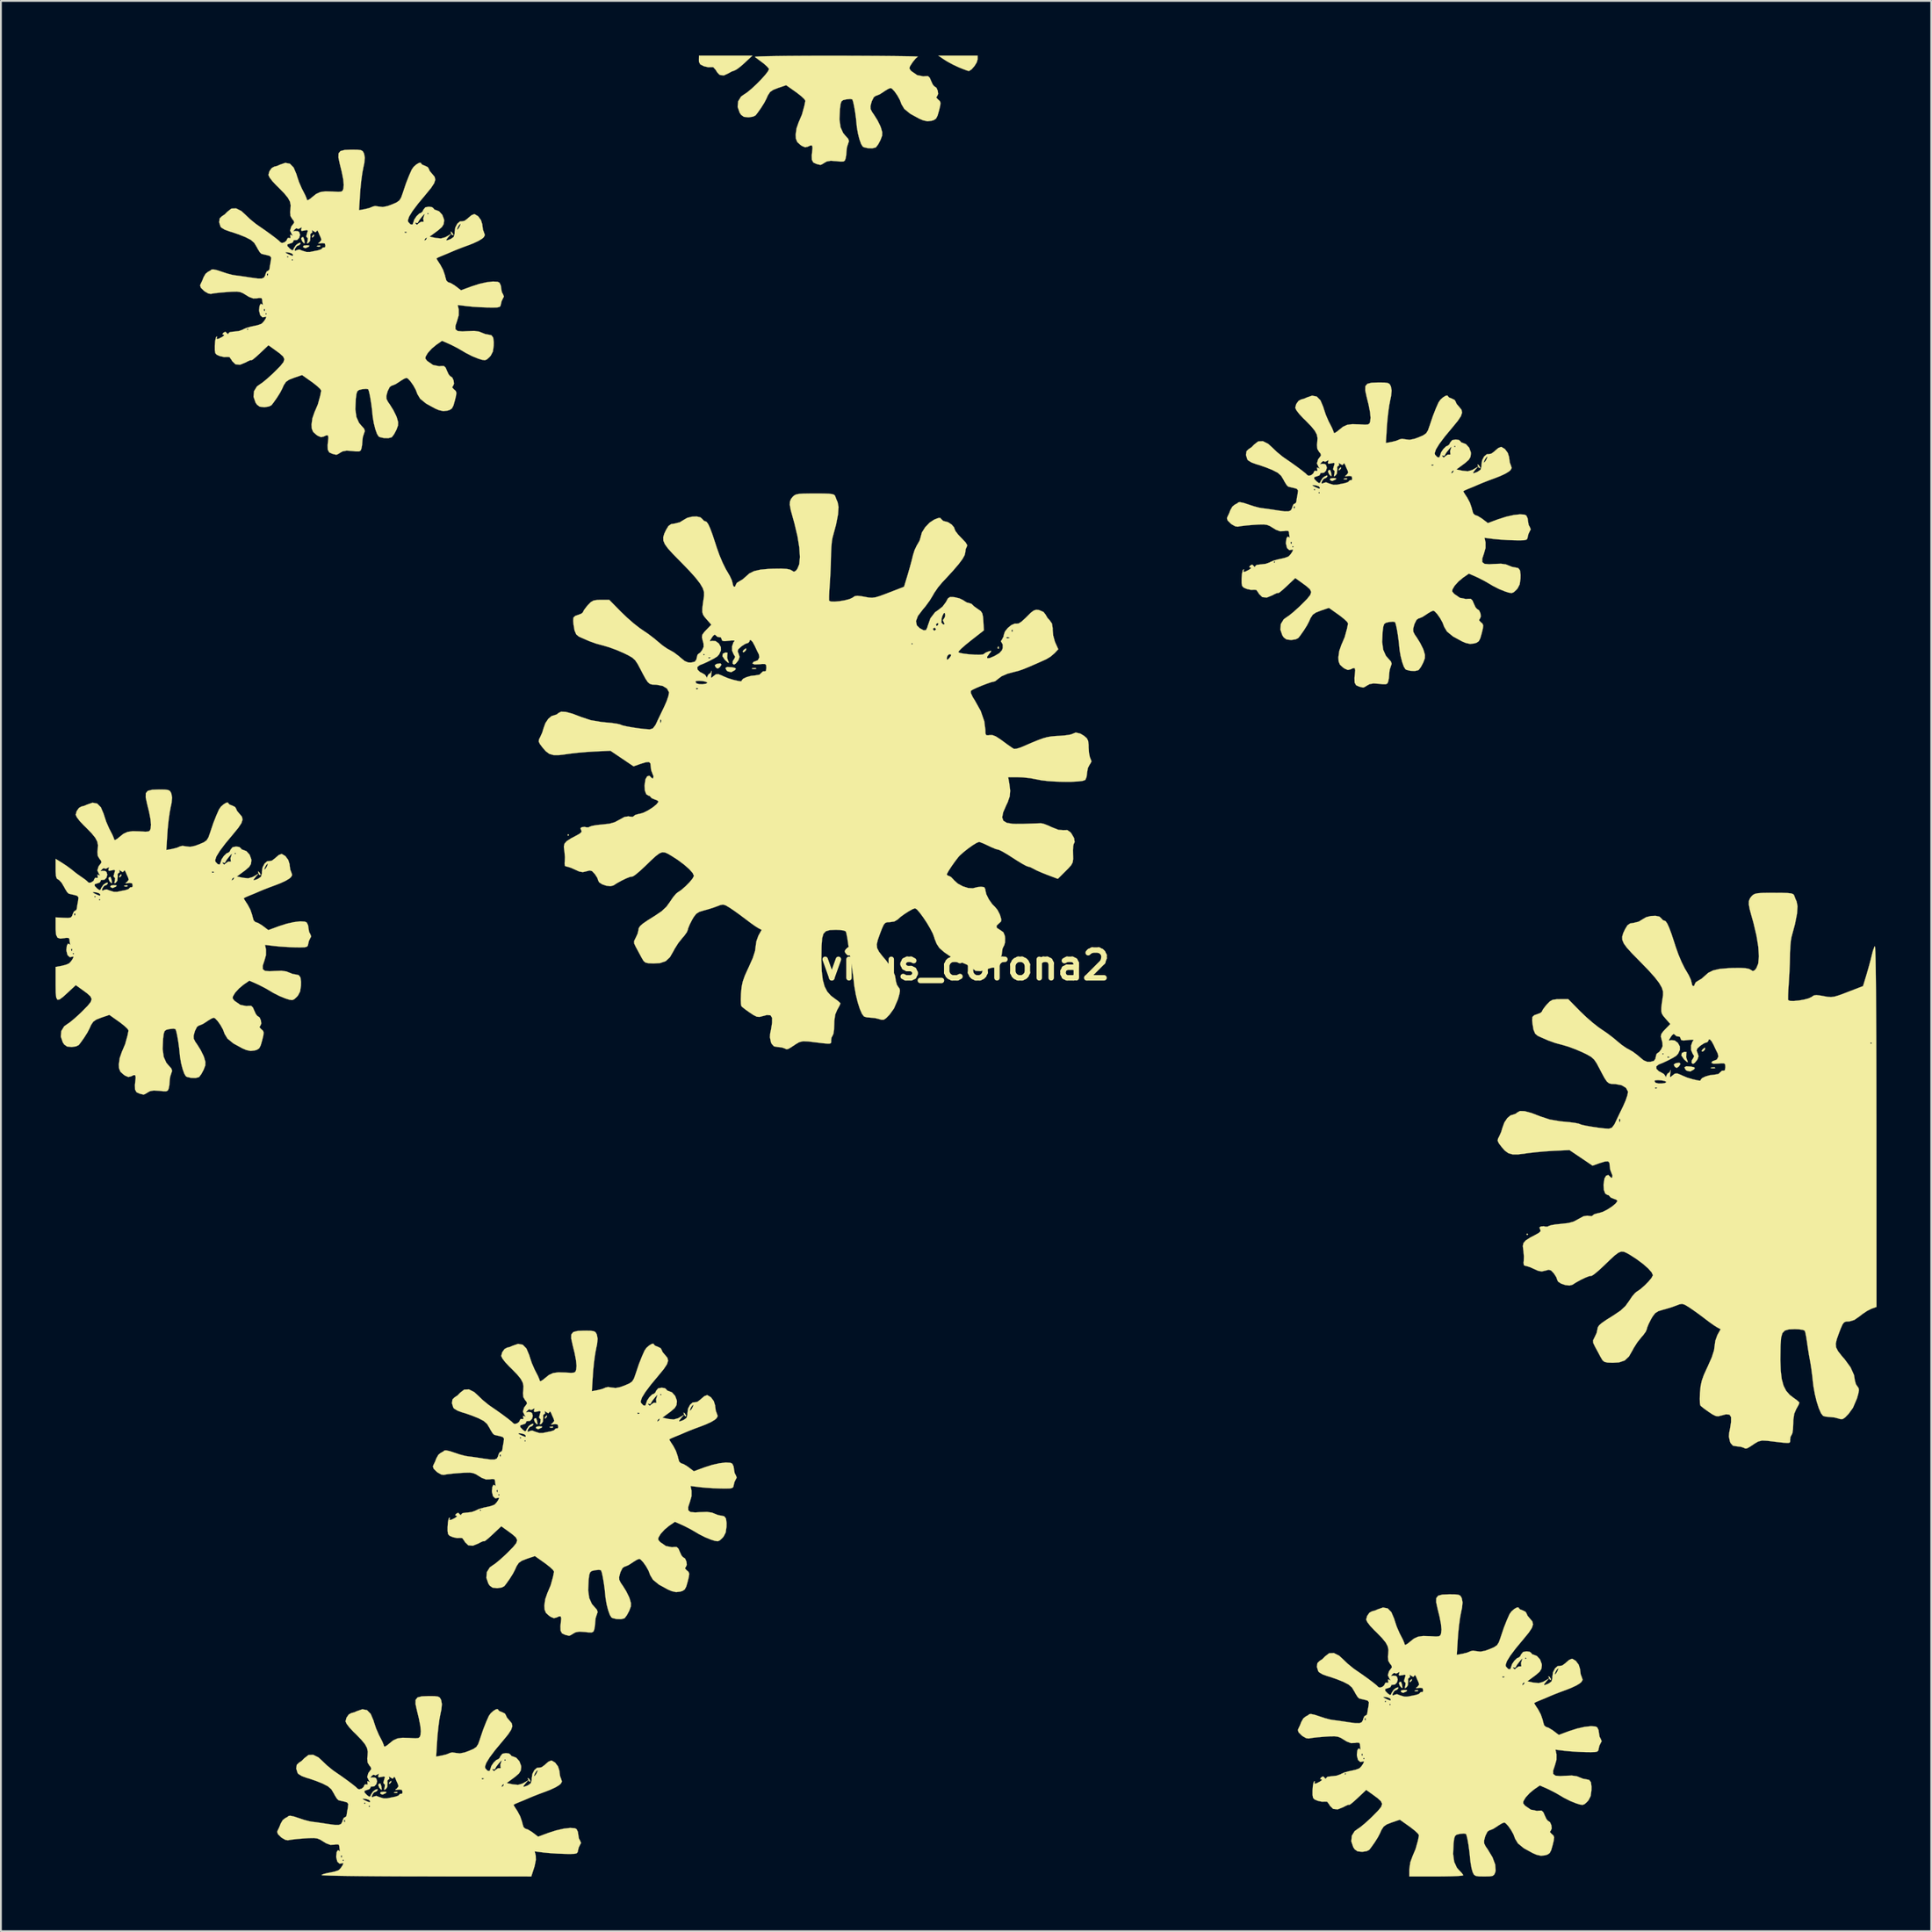
<source format=kicad_pcb>
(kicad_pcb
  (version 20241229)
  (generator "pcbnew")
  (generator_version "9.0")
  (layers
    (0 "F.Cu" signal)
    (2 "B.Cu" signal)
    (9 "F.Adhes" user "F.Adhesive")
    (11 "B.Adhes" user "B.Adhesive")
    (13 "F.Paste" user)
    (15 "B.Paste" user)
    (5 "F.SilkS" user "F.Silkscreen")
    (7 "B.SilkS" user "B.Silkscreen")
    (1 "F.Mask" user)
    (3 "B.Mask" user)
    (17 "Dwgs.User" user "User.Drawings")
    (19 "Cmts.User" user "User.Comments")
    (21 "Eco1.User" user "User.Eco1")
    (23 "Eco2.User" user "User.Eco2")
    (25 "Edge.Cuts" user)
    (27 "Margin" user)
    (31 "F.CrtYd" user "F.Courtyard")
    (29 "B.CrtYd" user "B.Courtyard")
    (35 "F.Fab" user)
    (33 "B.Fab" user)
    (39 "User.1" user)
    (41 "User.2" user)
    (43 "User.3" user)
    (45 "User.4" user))
  (footprint "virus_corona2"
    (layer "F.Cu")
    (at 49.958 49.958)
    (property "Reference" "virus_corona2" (at 0 0 0) (layer "F.SilkS") (effects (font (size 1.524 1.524) (thickness 0.3))))
    (attr through_hole)
    (fp_poly (pts (xy -21.759 -7.154) (xy -21.802 -7.112) (xy -21.844 -7.154) (xy -21.802 -7.197) (xy -21.759 -7.154)) (stroke (width 0.01) (type solid)) (fill yes) (layer "F.SilkS"))
    (fp_poly (pts (xy 30.903 14.774) (xy 30.861 14.817) (xy 30.819 14.774) (xy 30.861 14.732) (xy 30.903 14.774)) (stroke (width 0.01) (type solid)) (fill yes) (layer "F.SilkS"))
    (fp_poly (pts (xy -45.997 -4.369) (xy -46.022 -4.331) (xy -46.108 -4.325) (xy -46.198 -4.345) (xy -46.159 -4.376) (xy -46.027 -4.386) (xy -45.997 -4.369)) (stroke (width 0.01) (type solid)) (fill yes) (layer "F.SilkS"))
    (fp_poly (pts (xy -35.414 -39.506) (xy -35.439 -39.467) (xy -35.525 -39.461) (xy -35.615 -39.482) (xy -35.576 -39.513) (xy -35.444 -39.523) (xy -35.414 -39.506)) (stroke (width 0.01) (type solid)) (fill yes) (layer "F.SilkS"))
    (fp_poly (pts (xy -31.18 45.415) (xy -31.206 45.453) (xy -31.291 45.459) (xy -31.382 45.439) (xy -31.343 45.408) (xy -31.21 45.398) (xy -31.18 45.415)) (stroke (width 0.01) (type solid)) (fill yes) (layer "F.SilkS"))
    (fp_poly (pts (xy -22.629 25.349) (xy -22.654 25.387) (xy -22.74 25.393) (xy -22.83 25.373) (xy -22.791 25.342) (xy -22.659 25.332) (xy -22.629 25.349)) (stroke (width 0.01) (type solid)) (fill yes) (layer "F.SilkS"))
    (fp_poly (pts (xy -11.493 -16.312) (xy -11.483 -16.281) (xy -11.599 -16.269) (xy -11.72 -16.283) (xy -11.705 -16.312) (xy -11.532 -16.323) (xy -11.493 -16.312)) (stroke (width 0.01) (type solid)) (fill yes) (layer "F.SilkS"))
    (fp_poly (pts (xy 1.834 -17.498) (xy 1.845 -17.397) (xy 1.834 -17.385) (xy 1.784 -17.397) (xy 1.778 -17.441) (xy 1.809 -17.511) (xy 1.834 -17.498)) (stroke (width 0.01) (type solid)) (fill yes) (layer "F.SilkS"))
    (fp_poly (pts (xy 20.974 -26.721) (xy 20.949 -26.683) (xy 20.863 -26.677) (xy 20.773 -26.697) (xy 20.812 -26.728) (xy 20.944 -26.738) (xy 20.974 -26.721)) (stroke (width 0.01) (type solid)) (fill yes) (layer "F.SilkS"))
    (fp_poly (pts (xy 24.869 39.827) (xy 24.844 39.865) (xy 24.758 39.871) (xy 24.668 39.851) (xy 24.707 39.82) (xy 24.839 39.81) (xy 24.869 39.827)) (stroke (width 0.01) (type solid)) (fill yes) (layer "F.SilkS"))
    (fp_poly (pts (xy 41.169 5.617) (xy 41.18 5.647) (xy 41.063 5.659) (xy 40.943 5.646) (xy 40.958 5.617) (xy 41.131 5.605) (xy 41.169 5.617)) (stroke (width 0.01) (type solid)) (fill yes) (layer "F.SilkS"))
    (fp_poly (pts (xy -46.886 -4.705) (xy -46.86 -4.53) (xy -46.89 -4.507) (xy -46.993 -4.618) (xy -47.053 -4.766) (xy -47.014 -4.836) (xy -46.937 -4.847) (xy -46.886 -4.705)) (stroke (width 0.01) (type solid)) (fill yes) (layer "F.SilkS"))
    (fp_poly (pts (xy -38.778 -5.114) (xy -38.767 -5.103) (xy -38.7 -4.992) (xy -38.709 -4.951) (xy -38.772 -4.976) (xy -38.814 -5.055) (xy -38.84 -5.154) (xy -38.778 -5.114)) (stroke (width 0.01) (type solid)) (fill yes) (layer "F.SilkS"))
    (fp_poly (pts (xy -36.302 -39.842) (xy -36.276 -39.667) (xy -36.307 -39.643) (xy -36.41 -39.755) (xy -36.47 -39.902) (xy -36.431 -39.972) (xy -36.354 -39.984) (xy -36.302 -39.842)) (stroke (width 0.01) (type solid)) (fill yes) (layer "F.SilkS"))
    (fp_poly (pts (xy -32.069 45.079) (xy -32.043 45.254) (xy -32.074 45.277) (xy -32.176 45.166) (xy -32.236 45.018) (xy -32.198 44.948) (xy -32.12 44.937) (xy -32.069 45.079)) (stroke (width 0.01) (type solid)) (fill yes) (layer "F.SilkS"))
    (fp_poly (pts (xy -28.195 -40.25) (xy -28.183 -40.239) (xy -28.117 -40.128) (xy -28.126 -40.087) (xy -28.189 -40.113) (xy -28.231 -40.192) (xy -28.257 -40.291) (xy -28.195 -40.25)) (stroke (width 0.01) (type solid)) (fill yes) (layer "F.SilkS"))
    (fp_poly (pts (xy -23.961 44.67) (xy -23.95 44.681) (xy -23.883 44.792) (xy -23.892 44.833) (xy -23.955 44.808) (xy -23.998 44.729) (xy -24.023 44.63) (xy -23.961 44.67)) (stroke (width 0.01) (type solid)) (fill yes) (layer "F.SilkS"))
    (fp_poly (pts (xy -23.518 25.013) (xy -23.492 25.188) (xy -23.522 25.211) (xy -23.625 25.1) (xy -23.685 24.952) (xy -23.646 24.882) (xy -23.569 24.871) (xy -23.518 25.013)) (stroke (width 0.01) (type solid)) (fill yes) (layer "F.SilkS"))
    (fp_poly (pts (xy -15.41 24.604) (xy -15.399 24.615) (xy -15.332 24.726) (xy -15.341 24.767) (xy -15.404 24.742) (xy -15.446 24.663) (xy -15.472 24.564) (xy -15.41 24.604)) (stroke (width 0.01) (type solid)) (fill yes) (layer "F.SilkS"))
    (fp_poly (pts (xy -12.041 -17.312) (xy -12.125 -17.217) (xy -12.2 -17.187) (xy -12.222 -17.236) (xy -12.174 -17.306) (xy -12.071 -17.391) (xy -12.035 -17.396) (xy -12.041 -17.312)) (stroke (width 0.01) (type solid)) (fill yes) (layer "F.SilkS"))
    (fp_poly (pts (xy 20.086 -27.057) (xy 20.112 -26.882) (xy 20.081 -26.859) (xy 19.978 -26.97) (xy 19.918 -27.118) (xy 19.957 -27.188) (xy 20.034 -27.199) (xy 20.086 -27.057)) (stroke (width 0.01) (type solid)) (fill yes) (layer "F.SilkS"))
    (fp_poly (pts (xy 23.98 39.491) (xy 24.006 39.666) (xy 23.976 39.689) (xy 23.873 39.578) (xy 23.813 39.43) (xy 23.852 39.36) (xy 23.929 39.349) (xy 23.98 39.491)) (stroke (width 0.01) (type solid)) (fill yes) (layer "F.SilkS"))
    (fp_poly (pts (xy 28.193 -27.466) (xy 28.205 -27.455) (xy 28.271 -27.344) (xy 28.262 -27.303) (xy 28.199 -27.328) (xy 28.157 -27.407) (xy 28.131 -27.506) (xy 28.193 -27.466)) (stroke (width 0.01) (type solid)) (fill yes) (layer "F.SilkS"))
    (fp_poly (pts (xy 32.088 39.082) (xy 32.099 39.093) (xy 32.166 39.204) (xy 32.157 39.245) (xy 32.094 39.22) (xy 32.052 39.141) (xy 32.026 39.042) (xy 32.088 39.082)) (stroke (width 0.01) (type solid)) (fill yes) (layer "F.SilkS"))
    (fp_poly (pts (xy 40.622 4.617) (xy 40.537 4.712) (xy 40.462 4.741) (xy 40.44 4.693) (xy 40.488 4.623) (xy 40.592 4.537) (xy 40.627 4.533) (xy 40.622 4.617)) (stroke (width 0.01) (type solid)) (fill yes) (layer "F.SilkS"))
    (fp_poly (pts (xy -46.612 -4.389) (xy -46.613 -4.346) (xy -46.651 -4.318) (xy -46.821 -4.24) (xy -46.927 -4.288) (xy -46.948 -4.318) (xy -46.916 -4.379) (xy -46.762 -4.401) (xy -46.612 -4.389)) (stroke (width 0.01) (type solid)) (fill yes) (layer "F.SilkS"))
    (fp_poly (pts (xy -46.339 -4.941) (xy -46.355 -4.911) (xy -46.435 -4.83) (xy -46.45 -4.826) (xy -46.455 -4.881) (xy -46.44 -4.911) (xy -46.36 -4.992) (xy -46.345 -4.995) (xy -46.339 -4.941)) (stroke (width 0.01) (type solid)) (fill yes) (layer "F.SilkS"))
    (fp_poly (pts (xy -36.028 -39.525) (xy -36.03 -39.482) (xy -36.068 -39.455) (xy -36.238 -39.377) (xy -36.344 -39.425) (xy -36.364 -39.455) (xy -36.333 -39.516) (xy -36.179 -39.538) (xy -36.028 -39.525)) (stroke (width 0.01) (type solid)) (fill yes) (layer "F.SilkS"))
    (fp_poly (pts (xy -35.756 -40.077) (xy -35.772 -40.047) (xy -35.851 -39.966) (xy -35.866 -39.963) (xy -35.872 -40.017) (xy -35.856 -40.047) (xy -35.777 -40.128) (xy -35.762 -40.132) (xy -35.756 -40.077)) (stroke (width 0.01) (type solid)) (fill yes) (layer "F.SilkS"))
    (fp_poly (pts (xy -31.795 45.395) (xy -31.797 45.438) (xy -31.835 45.466) (xy -32.005 45.544) (xy -32.11 45.496) (xy -32.131 45.466) (xy -32.1 45.405) (xy -31.945 45.383) (xy -31.795 45.395)) (stroke (width 0.01) (type solid)) (fill yes) (layer "F.SilkS"))
    (fp_poly (pts (xy -31.523 44.843) (xy -31.538 44.873) (xy -31.618 44.954) (xy -31.633 44.958) (xy -31.639 44.903) (xy -31.623 44.873) (xy -31.543 44.792) (xy -31.528 44.789) (xy -31.523 44.843)) (stroke (width 0.01) (type solid)) (fill yes) (layer "F.SilkS"))
    (fp_poly (pts (xy -23.244 25.329) (xy -23.245 25.372) (xy -23.283 25.4) (xy -23.453 25.478) (xy -23.559 25.43) (xy -23.58 25.4) (xy -23.548 25.339) (xy -23.394 25.317) (xy -23.244 25.329)) (stroke (width 0.01) (type solid)) (fill yes) (layer "F.SilkS"))
    (fp_poly (pts (xy -22.971 24.777) (xy -22.987 24.807) (xy -23.067 24.888) (xy -23.082 24.892) (xy -23.087 24.837) (xy -23.072 24.807) (xy -22.992 24.726) (xy -22.977 24.723) (xy -22.971 24.777)) (stroke (width 0.01) (type solid)) (fill yes) (layer "F.SilkS"))
    (fp_poly (pts (xy 20.36 -26.741) (xy 20.358 -26.698) (xy 20.32 -26.67) (xy 20.15 -26.592) (xy 20.044 -26.64) (xy 20.024 -26.67) (xy 20.055 -26.731) (xy 20.209 -26.753) (xy 20.36 -26.741)) (stroke (width 0.01) (type solid)) (fill yes) (layer "F.SilkS"))
    (fp_poly (pts (xy 20.632 -27.293) (xy 20.616 -27.263) (xy 20.537 -27.182) (xy 20.522 -27.178) (xy 20.516 -27.233) (xy 20.532 -27.263) (xy 20.611 -27.344) (xy 20.626 -27.347) (xy 20.632 -27.293)) (stroke (width 0.01) (type solid)) (fill yes) (layer "F.SilkS"))
    (fp_poly (pts (xy 24.254 39.807) (xy 24.253 39.85) (xy 24.215 39.878) (xy 24.045 39.956) (xy 23.939 39.908) (xy 23.918 39.878) (xy 23.95 39.817) (xy 24.104 39.795) (xy 24.254 39.807)) (stroke (width 0.01) (type solid)) (fill yes) (layer "F.SilkS"))
    (fp_poly (pts (xy 24.527 39.255) (xy 24.511 39.285) (xy 24.431 39.366) (xy 24.416 39.37) (xy 24.411 39.315) (xy 24.426 39.285) (xy 24.506 39.204) (xy 24.521 39.201) (xy 24.527 39.255)) (stroke (width 0.01) (type solid)) (fill yes) (layer "F.SilkS"))
    (fp_poly (pts (xy -13.39 -16.51) (xy -13.474 -16.377) (xy -13.589 -16.292) (xy -13.68 -16.341) (xy -13.707 -16.372) (xy -13.757 -16.476) (xy -13.663 -16.542) (xy -13.629 -16.553) (xy -13.447 -16.577) (xy -13.39 -16.51)) (stroke (width 0.01) (type solid)) (fill yes) (layer "F.SilkS"))
    (fp_poly (pts (xy 39.273 5.419) (xy 39.188 5.552) (xy 39.074 5.637) (xy 38.983 5.588) (xy 38.956 5.557) (xy 38.906 5.453) (xy 39 5.387) (xy 39.033 5.376) (xy 39.216 5.352) (xy 39.273 5.419)) (stroke (width 0.01) (type solid)) (fill yes) (layer "F.SilkS"))
    (fp_poly (pts (xy -12.812 -16.364) (xy -12.809 -16.364) (xy -12.634 -16.325) (xy -12.602 -16.27) (xy -12.655 -16.205) (xy -12.855 -16.095) (xy -13.05 -16.143) (xy -13.117 -16.206) (xy -13.17 -16.328) (xy -13.068 -16.38) (xy -12.812 -16.364)) (stroke (width 0.01) (type solid)) (fill yes) (layer "F.SilkS"))
    (fp_poly (pts (xy 39.851 5.564) (xy 39.854 5.565) (xy 40.029 5.603) (xy 40.061 5.658) (xy 40.008 5.724) (xy 39.808 5.834) (xy 39.613 5.786) (xy 39.546 5.723) (xy 39.493 5.601) (xy 39.595 5.548) (xy 39.851 5.564)) (stroke (width 0.01) (type solid)) (fill yes) (layer "F.SilkS"))
    (fp_poly (pts (xy -13.058 -17.164) (xy -13.068 -17.063) (xy -13.075 -16.876) (xy -13.035 -16.758) (xy -12.98 -16.622) (xy -13.025 -16.615) (xy -13.162 -16.736) (xy -13.206 -16.781) (xy -13.336 -16.976) (xy -13.311 -17.111) (xy -13.167 -17.175) (xy -13.058 -17.164)) (stroke (width 0.01) (type solid)) (fill yes) (layer "F.SilkS"))
    (fp_poly (pts (xy 39.605 4.765) (xy 39.594 4.866) (xy 39.587 5.053) (xy 39.627 5.171) (xy 39.682 5.307) (xy 39.637 5.314) (xy 39.5 5.193) (xy 39.457 5.147) (xy 39.326 4.952) (xy 39.351 4.818) (xy 39.495 4.754) (xy 39.605 4.765)) (stroke (width 0.01) (type solid)) (fill yes) (layer "F.SilkS"))
    (fp_poly (pts (xy 0.677 -49.746) (xy 0.626 -49.576) (xy 0.501 -49.375) (xy 0.348 -49.201) (xy 0.21 -49.111) (xy 0.187 -49.109) (xy 0.082 -49.14) (xy -0.128 -49.218) (xy -0.339 -49.303) (xy -0.668 -49.455) (xy -0.994 -49.632) (xy -1.141 -49.724) (xy -1.479 -49.953) (xy 0.677 -49.953) (xy 0.677 -49.746)) (stroke (width 0.01) (type solid)) (fill yes) (layer "F.SilkS"))
    (fp_poly (pts (xy -12.117 -49.555) (xy -12.349 -49.351) (xy -12.548 -49.202) (xy -12.668 -49.139) (xy -12.829 -49.081) (xy -12.998 -48.987) (xy -13.254 -48.867) (xy -13.46 -48.888) (xy -13.513 -48.917) (xy -13.622 -49.036) (xy -13.71 -49.177) (xy -13.839 -49.32) (xy -13.945 -49.323) (xy -14.11 -49.316) (xy -14.336 -49.367) (xy -14.356 -49.374) (xy -14.551 -49.471) (xy -14.623 -49.606) (xy -14.628 -49.714) (xy -14.622 -49.953) (xy -11.691 -49.953) (xy -12.117 -49.555)) (stroke (width 0.01) (type solid)) (fill yes) (layer "F.SilkS"))
    (fp_poly (pts (xy -7.065 -49.947) (xy -6.208 -49.945) (xy -5.407 -49.941) (xy -4.677 -49.937) (xy -4.033 -49.931) (xy -3.491 -49.924) (xy -3.064 -49.917) (xy -2.769 -49.909) (xy -2.62 -49.901) (xy -2.606 -49.897) (xy -2.719 -49.803) (xy -2.868 -49.623) (xy -2.915 -49.557) (xy -3.038 -49.366) (xy -3.069 -49.254) (xy -3.014 -49.16) (xy -2.952 -49.095) (xy -2.641 -48.881) (xy -2.302 -48.813) (xy -2.195 -48.825) (xy -2.046 -48.827) (xy -1.949 -48.733) (xy -1.876 -48.563) (xy -1.787 -48.368) (xy -1.702 -48.265) (xy -1.686 -48.26) (xy -1.584 -48.188) (xy -1.512 -48.025) (xy -1.492 -47.848) (xy -1.542 -47.736) (xy -1.595 -47.658) (xy -1.506 -47.554) (xy -1.486 -47.538) (xy -1.396 -47.456) (xy -1.362 -47.358) (xy -1.38 -47.193) (xy -1.443 -46.93) (xy -1.523 -46.654) (xy -1.604 -46.498) (xy -1.721 -46.416) (xy -1.848 -46.377) (xy -2.077 -46.349) (xy -2.318 -46.402) (xy -2.526 -46.49) (xy -3.021 -46.761) (xy -3.348 -47.028) (xy -3.505 -47.289) (xy -3.509 -47.304) (xy -3.593 -47.523) (xy -3.729 -47.768) (xy -3.884 -47.989) (xy -4.026 -48.139) (xy -4.101 -48.175) (xy -4.227 -48.128) (xy -4.421 -48.011) (xy -4.487 -47.964) (xy -4.698 -47.83) (xy -4.872 -47.757) (xy -4.907 -47.752) (xy -5.021 -47.673) (xy -5.13 -47.457) (xy -5.149 -47.4) (xy -5.207 -47.183) (xy -5.203 -47.027) (xy -5.121 -46.862) (xy -5.004 -46.693) (xy -4.823 -46.403) (xy -4.67 -46.095) (xy -4.63 -45.992) (xy -4.561 -45.747) (xy -4.567 -45.559) (xy -4.652 -45.329) (xy -4.659 -45.312) (xy -4.778 -45.088) (xy -4.893 -44.933) (xy -4.923 -44.908) (xy -5.103 -44.864) (xy -5.349 -44.871) (xy -5.567 -44.923) (xy -5.631 -44.959) (xy -5.719 -45.102) (xy -5.812 -45.36) (xy -5.894 -45.684) (xy -5.952 -46.02) (xy -5.965 -46.148) (xy -5.998 -46.485) (xy -6.046 -46.838) (xy -6.101 -47.162) (xy -6.155 -47.412) (xy -6.2 -47.544) (xy -6.205 -47.55) (xy -6.316 -47.572) (xy -6.517 -47.554) (xy -6.546 -47.549) (xy -6.71 -47.509) (xy -6.802 -47.437) (xy -6.85 -47.289) (xy -6.884 -47.018) (xy -6.884 -47.012) (xy -6.909 -46.456) (xy -6.852 -46.027) (xy -6.706 -45.702) (xy -6.585 -45.558) (xy -6.429 -45.384) (xy -6.388 -45.256) (xy -6.427 -45.141) (xy -6.498 -44.923) (xy -6.52 -44.731) (xy -6.541 -44.474) (xy -6.574 -44.297) (xy -6.618 -44.185) (xy -6.701 -44.136) (xy -6.872 -44.135) (xy -7.075 -44.158) (xy -7.389 -44.179) (xy -7.601 -44.141) (xy -7.718 -44.078) (xy -7.873 -43.982) (xy -7.956 -43.952) (xy -8.066 -43.978) (xy -8.17 -44.004) (xy -8.34 -44.081) (xy -8.422 -44.228) (xy -8.429 -44.483) (xy -8.412 -44.641) (xy -8.388 -44.899) (xy -8.414 -45.017) (xy -8.509 -45.018) (xy -8.641 -44.955) (xy -8.791 -44.919) (xy -8.965 -44.991) (xy -9.059 -45.056) (xy -9.226 -45.209) (xy -9.299 -45.387) (xy -9.313 -45.612) (xy -9.266 -45.959) (xy -9.145 -46.308) (xy -9.13 -46.337) (xy -8.967 -46.721) (xy -8.839 -47.186) (xy -8.781 -47.472) (xy -8.837 -47.565) (xy -9.001 -47.721) (xy -9.241 -47.91) (xy -9.298 -47.951) (xy -9.834 -48.33) (xy -10.267 -48.183) (xy -10.547 -48.074) (xy -10.72 -47.954) (xy -10.841 -47.77) (xy -10.924 -47.583) (xy -11.039 -47.361) (xy -11.218 -47.077) (xy -11.417 -46.797) (xy -11.517 -46.672) (xy -11.655 -46.603) (xy -11.88 -46.568) (xy -11.923 -46.567) (xy -12.16 -46.594) (xy -12.311 -46.703) (xy -12.389 -46.819) (xy -12.499 -47.137) (xy -12.47 -47.447) (xy -12.315 -47.701) (xy -12.171 -47.805) (xy -11.977 -47.934) (xy -11.733 -48.136) (xy -11.469 -48.382) (xy -11.212 -48.642) (xy -10.992 -48.886) (xy -10.838 -49.086) (xy -10.778 -49.211) (xy -10.78 -49.225) (xy -10.872 -49.343) (xy -11.052 -49.505) (xy -11.149 -49.58) (xy -11.359 -49.736) (xy -11.515 -49.855) (xy -11.553 -49.885) (xy -11.486 -49.898) (xy -11.265 -49.91) (xy -10.905 -49.92) (xy -10.421 -49.929) (xy -9.828 -49.937) (xy -9.141 -49.942) (xy -8.374 -49.946) (xy -7.544 -49.947) (xy -7.065 -49.947)) (stroke (width 0.01) (type solid)) (fill yes) (layer "F.SilkS"))
    (fp_poly (pts (xy -29.142 40.136) (xy -28.958 40.159) (xy -28.858 40.214) (xy -28.798 40.316) (xy -28.781 40.358) (xy -28.742 40.575) (xy -28.771 40.873) (xy -28.819 41.099) (xy -28.878 41.409) (xy -28.935 41.824) (xy -28.981 42.277) (xy -29.001 42.535) (xy -29.058 43.456) (xy -28.732 43.395) (xy -28.498 43.337) (xy -28.333 43.272) (xy -28.314 43.259) (xy -28.17 43.226) (xy -27.971 43.256) (xy -27.754 43.281) (xy -27.49 43.228) (xy -27.258 43.143) (xy -27.001 43.032) (xy -26.847 42.924) (xy -26.746 42.765) (xy -26.653 42.504) (xy -26.638 42.455) (xy -26.476 41.975) (xy -26.308 41.548) (xy -26.162 41.221) (xy -26.059 41.076) (xy -25.913 40.946) (xy -25.768 40.86) (xy -25.671 40.85) (xy -25.654 40.887) (xy -25.582 40.96) (xy -25.442 41.013) (xy -25.284 41.091) (xy -25.231 41.177) (xy -25.173 41.308) (xy -25.035 41.471) (xy -25.028 41.478) (xy -24.906 41.627) (xy -24.873 41.785) (xy -24.936 41.979) (xy -25.104 42.235) (xy -25.387 42.581) (xy -25.393 42.587) (xy -25.82 43.1) (xy -26.124 43.505) (xy -26.308 43.807) (xy -26.377 44.012) (xy -26.36 44.097) (xy -26.232 44.234) (xy -26.124 44.25) (xy -26.077 44.137) (xy -26.077 44.135) (xy -25.978 44.135) (xy -25.95 44.196) (xy -25.876 44.259) (xy -25.789 44.18) (xy -25.656 44.092) (xy -25.579 44.094) (xy -25.504 44.086) (xy -25.519 44.039) (xy -25.53 43.898) (xy -25.484 43.753) (xy -25.449 43.66) (xy -25.501 43.695) (xy -25.607 43.815) (xy -25.745 43.993) (xy -25.819 44.12) (xy -25.823 44.137) (xy -25.878 44.165) (xy -25.921 44.146) (xy -25.978 44.135) (xy -26.077 44.135) (xy -26.077 44.134) (xy -26.024 43.969) (xy -25.898 43.784) (xy -25.754 43.646) (xy -25.315 43.646) (xy -25.273 43.688) (xy -25.231 43.646) (xy -25.273 43.603) (xy -25.315 43.646) (xy -25.754 43.646) (xy -25.751 43.642) (xy -25.656 43.603) (xy -25.573 43.534) (xy -25.527 43.434) (xy -25.416 43.299) (xy -25.225 43.265) (xy -25.049 43.29) (xy -24.977 43.349) (xy -24.91 43.43) (xy -24.871 43.437) (xy -24.66 43.518) (xy -24.486 43.711) (xy -24.393 43.962) (xy -24.387 44.04) (xy -24.412 44.224) (xy -24.506 44.378) (xy -24.701 44.551) (xy -24.788 44.616) (xy -25.186 44.909) (xy -24.848 44.98) (xy -24.562 45.009) (xy -24.326 44.943) (xy -24.257 44.906) (xy -24.003 44.76) (xy -24.164 44.944) (xy -24.269 45.08) (xy -24.249 45.12) (xy -24.095 45.068) (xy -24.01 45.03) (xy -23.858 44.921) (xy -23.808 44.743) (xy -23.808 44.65) (xy -23.785 44.496) (xy -23.677 44.496) (xy -23.67 44.535) (xy -23.602 44.47) (xy -23.537 44.365) (xy -23.483 44.234) (xy -23.489 44.196) (xy -23.557 44.261) (xy -23.622 44.365) (xy -23.677 44.496) (xy -23.785 44.496) (xy -23.771 44.406) (xy -23.663 44.199) (xy -23.517 44.073) (xy -23.39 44.065) (xy -23.262 44.038) (xy -23.093 43.914) (xy -23.058 43.878) (xy -22.884 43.732) (xy -22.732 43.672) (xy -22.711 43.674) (xy -22.521 43.787) (xy -22.364 43.999) (xy -22.288 44.241) (xy -22.286 44.284) (xy -22.252 44.53) (xy -22.195 44.68) (xy -22.148 44.826) (xy -22.213 44.945) (xy -22.307 45.025) (xy -22.497 45.14) (xy -22.781 45.273) (xy -23.047 45.377) (xy -23.388 45.503) (xy -23.721 45.633) (xy -23.918 45.715) (xy -24.207 45.84) (xy -24.487 45.954) (xy -24.532 45.972) (xy -24.715 46.051) (xy -24.805 46.103) (xy -24.807 46.108) (xy -24.764 46.188) (xy -24.655 46.358) (xy -24.595 46.449) (xy -24.445 46.729) (xy -24.342 47.028) (xy -24.33 47.088) (xy -24.263 47.319) (xy -24.166 47.413) (xy -24.156 47.413) (xy -24.016 47.462) (xy -23.815 47.583) (xy -23.746 47.633) (xy -23.457 47.853) (xy -22.883 47.641) (xy -22.454 47.504) (xy -22.048 47.413) (xy -21.701 47.373) (xy -21.449 47.388) (xy -21.348 47.436) (xy -21.274 47.589) (xy -21.251 47.752) (xy -21.216 47.957) (xy -21.153 48.07) (xy -21.102 48.2) (xy -21.145 48.278) (xy -21.227 48.445) (xy -21.264 48.599) (xy -21.287 48.704) (xy -21.342 48.766) (xy -21.466 48.795) (xy -21.695 48.802) (xy -21.971 48.799) (xy -22.38 48.784) (xy -22.802 48.757) (xy -23.146 48.724) (xy -23.147 48.724) (xy -23.646 48.66) (xy -23.589 48.889) (xy -23.583 49.134) (xy -23.649 49.467) (xy -23.683 49.578) (xy -23.834 50.039) (xy -29.616 50.036) (xy -30.593 50.035) (xy -31.516 50.031) (xy -32.372 50.026) (xy -33.146 50.019) (xy -33.825 50.011) (xy -34.397 50.002) (xy -34.847 49.991) (xy -35.162 49.98) (xy -35.329 49.968) (xy -35.353 49.961) (xy -35.249 49.907) (xy -35.037 49.851) (xy -34.905 49.828) (xy -34.642 49.774) (xy -34.442 49.707) (xy -34.391 49.677) (xy -34.288 49.566) (xy -34.199 49.433) (xy -34.153 49.329) (xy -34.175 49.301) (xy -34.189 49.308) (xy -34.356 49.34) (xy -34.481 49.227) (xy -34.502 49.149) (xy -34.205 49.149) (xy -34.163 49.191) (xy -34.121 49.149) (xy -34.163 49.107) (xy -34.205 49.149) (xy -34.502 49.149) (xy -34.542 48.995) (xy -34.544 48.937) (xy -34.29 48.937) (xy -34.259 49.007) (xy -34.234 48.994) (xy -34.223 48.893) (xy -34.234 48.881) (xy -34.284 48.893) (xy -34.29 48.937) (xy -34.544 48.937) (xy -34.544 48.928) (xy -34.52 48.706) (xy -34.458 48.597) (xy -34.377 48.627) (xy -34.353 48.662) (xy -34.337 48.659) (xy -34.346 48.613) (xy -34.373 48.424) (xy -34.375 48.369) (xy -34.413 48.284) (xy -34.553 48.277) (xy -34.644 48.293) (xy -34.868 48.302) (xy -35.097 48.217) (xy -35.253 48.122) (xy -35.428 48.014) (xy -35.583 47.952) (xy -35.768 47.927) (xy -36.034 47.932) (xy -36.326 47.95) (xy -36.675 47.979) (xy -36.967 48.012) (xy -37.155 48.042) (xy -37.188 48.051) (xy -37.329 48.031) (xy -37.523 47.921) (xy -37.578 47.878) (xy -37.745 47.713) (xy -37.786 47.587) (xy -37.759 47.514) (xy -37.669 47.327) (xy -37.593 47.136) (xy -37.484 46.946) (xy -37.36 46.846) (xy -37.208 46.763) (xy -37.161 46.717) (xy -37.062 46.705) (xy -36.855 46.749) (xy -36.631 46.823) (xy -36.319 46.928) (xy -36.025 47.005) (xy -35.876 47.032) (xy -35.654 47.059) (xy -35.334 47.105) (xy -34.984 47.159) (xy -34.979 47.16) (xy -34.626 47.208) (xy -34.402 47.209) (xy -34.275 47.153) (xy -34.208 47.03) (xy -34.198 46.99) (xy -34.121 46.99) (xy -34.09 47.06) (xy -34.064 47.046) (xy -34.054 46.946) (xy -34.064 46.934) (xy -34.115 46.945) (xy -34.121 46.99) (xy -34.198 46.99) (xy -34.187 46.948) (xy -34.126 46.817) (xy -34.07 46.793) (xy -33.993 46.738) (xy -33.973 46.666) (xy -33.946 46.484) (xy -33.903 46.253) (xy -33.896 46.186) (xy -32.766 46.186) (xy -32.724 46.228) (xy -32.681 46.186) (xy -32.724 46.143) (xy -32.766 46.186) (xy -33.896 46.186) (xy -33.881 46.063) (xy -33.914 46.016) (xy -33.02 46.016) (xy -32.978 46.059) (xy -32.935 46.016) (xy -32.978 45.974) (xy -33.02 46.016) (xy -33.914 46.016) (xy -33.944 45.973) (xy -34.09 45.928) (xy -34.296 45.881) (xy -34.42 45.85) (xy -34.493 45.777) (xy -33.105 45.777) (xy -33.038 45.825) (xy -32.891 45.897) (xy -32.738 45.958) (xy -32.703 45.969) (xy -32.682 45.91) (xy -32.681 45.899) (xy -32.754 45.829) (xy -32.893 45.784) (xy -33.051 45.765) (xy -33.105 45.777) (xy -34.493 45.777) (xy -34.507 45.764) (xy -34.624 45.577) (xy -34.674 45.479) (xy -34.707 45.424) (xy -32.994 45.424) (xy -32.855 45.57) (xy -32.73 45.662) (xy -32.669 45.632) (xy -32.638 45.546) (xy -32.523 45.374) (xy -32.412 45.288) (xy -32.285 45.238) (xy -32.27 45.29) (xy -32.271 45.295) (xy -32.35 45.379) (xy -32.378 45.38) (xy -32.48 45.432) (xy -32.571 45.567) (xy -32.595 45.667) (xy -32.546 45.688) (xy -32.491 45.653) (xy -32.342 45.615) (xy -32.173 45.68) (xy -31.938 45.752) (xy -31.75 45.75) (xy -31.495 45.697) (xy -31.305 45.66) (xy -31.137 45.603) (xy -31.073 45.536) (xy -31.02 45.494) (xy -30.988 45.508) (xy -30.92 45.484) (xy -30.903 45.398) (xy -30.938 45.284) (xy -31.071 45.263) (xy -31.136 45.271) (xy -31.285 45.287) (xy -31.284 45.256) (xy -31.222 45.214) (xy -31.147 45.122) (xy -25.464 45.122) (xy -25.452 45.127) (xy -25.375 45.068) (xy -25.358 45.043) (xy -25.336 44.964) (xy -25.348 44.958) (xy -25.425 45.018) (xy -25.442 45.043) (xy -25.464 45.122) (xy -31.147 45.122) (xy -31.123 45.092) (xy -31.153 44.976) (xy -31.247 44.768) (xy -31.288 44.662) (xy -31.296 44.648) (xy -26.557 44.648) (xy -26.545 44.698) (xy -26.501 44.704) (xy -26.431 44.673) (xy -26.444 44.648) (xy -26.545 44.637) (xy -26.557 44.648) (xy -31.296 44.648) (xy -31.347 44.561) (xy -31.387 44.602) (xy -31.444 44.669) (xy -31.555 44.608) (xy -31.563 44.602) (xy -31.654 44.539) (xy -31.637 44.593) (xy -31.634 44.598) (xy -31.628 44.691) (xy -31.67 44.704) (xy -31.735 44.775) (xy -31.729 44.915) (xy -31.747 45.133) (xy -31.816 45.232) (xy -31.904 45.288) (xy -31.904 45.216) (xy -31.884 45.148) (xy -31.867 44.997) (xy -31.912 44.958) (xy -31.958 44.897) (xy -31.916 44.737) (xy -31.869 44.582) (xy -31.922 44.544) (xy -32.056 44.572) (xy -32.21 44.596) (xy -32.242 44.541) (xy -32.224 44.485) (xy -32.203 44.39) (xy -32.277 44.431) (xy -32.29 44.442) (xy -32.403 44.49) (xy -32.44 44.462) (xy -32.51 44.45) (xy -32.594 44.517) (xy -32.673 44.613) (xy -32.626 44.616) (xy -32.579 44.598) (xy -32.413 44.609) (xy -32.343 44.661) (xy -32.299 44.811) (xy -32.346 44.974) (xy -32.452 45.086) (xy -32.56 45.095) (xy -32.653 45.105) (xy -32.659 45.15) (xy -32.714 45.238) (xy -32.83 45.279) (xy -32.989 45.331) (xy -32.994 45.424) (xy -34.707 45.424) (xy -34.811 45.252) (xy -34.997 45.088) (xy -35.288 44.938) (xy -35.306 44.93) (xy -35.648 44.793) (xy -36.006 44.669) (xy -36.177 44.619) (xy -36.431 44.526) (xy -36.617 44.413) (xy -36.664 44.359) (xy -36.74 44.115) (xy -36.711 43.908) (xy -36.597 43.796) (xy -36.436 43.689) (xy -36.295 43.544) (xy -36.07 43.37) (xy -35.808 43.357) (xy -35.519 43.502) (xy -35.315 43.689) (xy -35.046 43.946) (xy -34.738 44.198) (xy -34.623 44.28) (xy -34.269 44.523) (xy -33.939 44.76) (xy -33.66 44.969) (xy -33.463 45.128) (xy -33.377 45.215) (xy -33.376 45.217) (xy -33.288 45.258) (xy -33.151 45.218) (xy -33.041 45.127) (xy -33.02 45.066) (xy -32.964 44.979) (xy -32.897 44.987) (xy -32.813 44.985) (xy -32.827 44.897) (xy -32.839 44.805) (xy -32.759 44.83) (xy -32.684 44.863) (xy -32.736 44.794) (xy -32.745 44.784) (xy -32.844 44.576) (xy -32.777 44.351) (xy -32.711 44.266) (xy -32.619 44.14) (xy -32.645 44.036) (xy -32.722 43.944) (xy -32.82 43.782) (xy -32.839 43.562) (xy -32.823 43.405) (xy -32.811 43.184) (xy -32.851 42.985) (xy -32.962 42.778) (xy -33.163 42.532) (xy -33.469 42.218) (xy -33.592 42.1) (xy -33.81 41.868) (xy -33.968 41.662) (xy -34.033 41.522) (xy -34.033 41.515) (xy -33.979 41.317) (xy -33.855 41.143) (xy -33.712 41.064) (xy -33.704 41.063) (xy -33.554 41.025) (xy -33.417 40.963) (xy -33.107 40.856) (xy -32.853 40.905) (xy -32.651 41.112) (xy -32.495 41.48) (xy -32.473 41.56) (xy -32.356 41.909) (xy -32.199 42.271) (xy -32.139 42.385) (xy -32.014 42.628) (xy -31.935 42.821) (xy -31.919 42.89) (xy -31.866 42.908) (xy -31.728 42.821) (xy -31.644 42.749) (xy -31.414 42.565) (xy -31.185 42.46) (xy -30.903 42.421) (xy -30.514 42.432) (xy -30.475 42.435) (xy -30.191 42.45) (xy -30.033 42.436) (xy -29.956 42.379) (xy -29.918 42.275) (xy -29.897 42.065) (xy -29.925 41.768) (xy -30.005 41.359) (xy -30.113 40.917) (xy -30.189 40.566) (xy -30.184 40.338) (xy -30.077 40.207) (xy -29.846 40.147) (xy -29.468 40.132) (xy -29.452 40.132) (xy -29.142 40.136)) (stroke (width 0.01) (type solid)) (fill yes) (layer "F.SilkS"))
    (fp_poly (pts (xy -43.958 -9.648) (xy -43.775 -9.625) (xy -43.675 -9.57) (xy -43.615 -9.468) (xy -43.598 -9.426) (xy -43.558 -9.209) (xy -43.587 -8.911) (xy -43.636 -8.685) (xy -43.694 -8.375) (xy -43.751 -7.96) (xy -43.798 -7.507) (xy -43.817 -7.249) (xy -43.875 -6.328) (xy -43.549 -6.389) (xy -43.314 -6.447) (xy -43.15 -6.512) (xy -43.131 -6.525) (xy -42.986 -6.558) (xy -42.787 -6.528) (xy -42.57 -6.503) (xy -42.307 -6.556) (xy -42.074 -6.641) (xy -41.818 -6.752) (xy -41.663 -6.86) (xy -41.563 -7.019) (xy -41.47 -7.28) (xy -41.454 -7.329) (xy -41.293 -7.809) (xy -41.124 -8.236) (xy -40.978 -8.563) (xy -40.876 -8.708) (xy -40.729 -8.838) (xy -40.585 -8.924) (xy -40.487 -8.934) (xy -40.471 -8.897) (xy -40.399 -8.824) (xy -40.259 -8.771) (xy -40.1 -8.693) (xy -40.047 -8.607) (xy -39.99 -8.476) (xy -39.852 -8.313) (xy -39.845 -8.306) (xy -39.723 -8.157) (xy -39.689 -7.999) (xy -39.752 -7.805) (xy -39.921 -7.549) (xy -40.204 -7.203) (xy -40.209 -7.197) (xy -40.636 -6.684) (xy -40.94 -6.279) (xy -41.125 -5.977) (xy -41.193 -5.772) (xy -41.177 -5.687) (xy -41.048 -5.55) (xy -40.94 -5.534) (xy -40.894 -5.647) (xy -40.894 -5.649) (xy -40.795 -5.649) (xy -40.767 -5.588) (xy -40.692 -5.525) (xy -40.606 -5.604) (xy -40.472 -5.692) (xy -40.395 -5.69) (xy -40.32 -5.698) (xy -40.336 -5.745) (xy -40.347 -5.886) (xy -40.301 -6.031) (xy -40.266 -6.124) (xy -40.317 -6.089) (xy -40.423 -5.969) (xy -40.562 -5.791) (xy -40.636 -5.664) (xy -40.64 -5.647) (xy -40.695 -5.619) (xy -40.738 -5.638) (xy -40.795 -5.649) (xy -40.894 -5.649) (xy -40.894 -5.65) (xy -40.841 -5.815) (xy -40.715 -6) (xy -40.571 -6.138) (xy -40.132 -6.138) (xy -40.09 -6.096) (xy -40.047 -6.138) (xy -40.09 -6.181) (xy -40.132 -6.138) (xy -40.571 -6.138) (xy -40.567 -6.142) (xy -40.473 -6.181) (xy -40.39 -6.25) (xy -40.344 -6.35) (xy -40.232 -6.485) (xy -40.042 -6.519) (xy -39.866 -6.494) (xy -39.793 -6.435) (xy -39.726 -6.354) (xy -39.688 -6.347) (xy -39.477 -6.266) (xy -39.302 -6.073) (xy -39.209 -5.822) (xy -39.204 -5.744) (xy -39.229 -5.56) (xy -39.322 -5.406) (xy -39.518 -5.233) (xy -39.605 -5.168) (xy -40.002 -4.875) (xy -39.665 -4.804) (xy -39.379 -4.775) (xy -39.143 -4.841) (xy -39.074 -4.878) (xy -38.82 -5.024) (xy -38.981 -4.84) (xy -39.086 -4.704) (xy -39.066 -4.664) (xy -38.912 -4.716) (xy -38.827 -4.754) (xy -38.674 -4.863) (xy -38.625 -5.041) (xy -38.625 -5.134) (xy -38.601 -5.288) (xy -38.493 -5.288) (xy -38.487 -5.249) (xy -38.419 -5.314) (xy -38.354 -5.419) (xy -38.299 -5.55) (xy -38.306 -5.588) (xy -38.374 -5.523) (xy -38.439 -5.419) (xy -38.493 -5.288) (xy -38.601 -5.288) (xy -38.588 -5.378) (xy -38.479 -5.585) (xy -38.334 -5.711) (xy -38.206 -5.719) (xy -38.078 -5.746) (xy -37.91 -5.87) (xy -37.874 -5.906) (xy -37.701 -6.052) (xy -37.549 -6.112) (xy -37.528 -6.11) (xy -37.338 -5.997) (xy -37.18 -5.785) (xy -37.104 -5.543) (xy -37.103 -5.5) (xy -37.069 -5.254) (xy -37.012 -5.104) (xy -36.964 -4.958) (xy -37.03 -4.839) (xy -37.123 -4.759) (xy -37.313 -4.644) (xy -37.598 -4.511) (xy -37.864 -4.407) (xy -38.205 -4.281) (xy -38.538 -4.151) (xy -38.735 -4.069) (xy -39.024 -3.944) (xy -39.304 -3.83) (xy -39.349 -3.812) (xy -39.532 -3.733) (xy -39.622 -3.681) (xy -39.624 -3.676) (xy -39.581 -3.596) (xy -39.472 -3.426) (xy -39.411 -3.335) (xy -39.261 -3.055) (xy -39.158 -2.756) (xy -39.146 -2.696) (xy -39.08 -2.465) (xy -38.982 -2.371) (xy -38.973 -2.371) (xy -38.833 -2.322) (xy -38.632 -2.201) (xy -38.562 -2.151) (xy -38.274 -1.931) (xy -37.7 -2.143) (xy -37.271 -2.28) (xy -36.864 -2.371) (xy -36.517 -2.411) (xy -36.266 -2.396) (xy -36.164 -2.348) (xy -36.09 -2.195) (xy -36.068 -2.032) (xy -36.032 -1.827) (xy -35.97 -1.714) (xy -35.919 -1.584) (xy -35.962 -1.506) (xy -36.044 -1.339) (xy -36.081 -1.185) (xy -36.103 -1.08) (xy -36.158 -1.018) (xy -36.282 -0.989) (xy -36.511 -0.982) (xy -36.788 -0.985) (xy -37.196 -1) (xy -37.616 -1.027) (xy -37.959 -1.06) (xy -37.961 -1.06) (xy -38.457 -1.123) (xy -38.401 -0.87) (xy -38.402 -0.561) (xy -38.486 -0.266) (xy -38.583 0.028) (xy -38.58 0.212) (xy -38.459 0.307) (xy -38.202 0.33) (xy -37.95 0.315) (xy -37.551 0.301) (xy -37.278 0.34) (xy -37.169 0.385) (xy -36.943 0.475) (xy -36.771 0.505) (xy -36.603 0.542) (xy -36.51 0.666) (xy -36.477 0.908) (xy -36.481 1.116) (xy -36.526 1.433) (xy -36.642 1.658) (xy -36.715 1.74) (xy -36.85 1.865) (xy -36.964 1.912) (xy -37.121 1.889) (xy -37.334 1.822) (xy -37.659 1.69) (xy -38.003 1.515) (xy -38.119 1.445) (xy -38.44 1.258) (xy -38.792 1.077) (xy -38.908 1.023) (xy -39.314 0.844) (xy -39.637 1.067) (xy -39.877 1.266) (xy -40.079 1.486) (xy -40.12 1.545) (xy -40.222 1.719) (xy -40.231 1.825) (xy -40.147 1.932) (xy -40.118 1.961) (xy -39.809 2.174) (xy -39.47 2.241) (xy -39.364 2.229) (xy -39.215 2.227) (xy -39.118 2.321) (xy -39.045 2.491) (xy -38.955 2.686) (xy -38.87 2.789) (xy -38.854 2.794) (xy -38.752 2.866) (xy -38.681 3.029) (xy -38.661 3.206) (xy -38.711 3.318) (xy -38.763 3.396) (xy -38.675 3.5) (xy -38.654 3.516) (xy -38.564 3.598) (xy -38.53 3.696) (xy -38.549 3.861) (xy -38.612 4.124) (xy -38.691 4.4) (xy -38.773 4.556) (xy -38.89 4.638) (xy -39.017 4.677) (xy -39.246 4.705) (xy -39.487 4.652) (xy -39.694 4.564) (xy -40.19 4.293) (xy -40.516 4.026) (xy -40.674 3.765) (xy -40.678 3.75) (xy -40.761 3.531) (xy -40.897 3.286) (xy -41.053 3.065) (xy -41.195 2.915) (xy -41.27 2.879) (xy -41.396 2.926) (xy -41.589 3.043) (xy -41.656 3.09) (xy -41.867 3.224) (xy -42.04 3.297) (xy -42.075 3.302) (xy -42.19 3.381) (xy -42.298 3.597) (xy -42.317 3.654) (xy -42.376 3.871) (xy -42.371 4.027) (xy -42.29 4.192) (xy -42.173 4.361) (xy -41.992 4.651) (xy -41.839 4.959) (xy -41.799 5.062) (xy -41.73 5.307) (xy -41.735 5.495) (xy -41.82 5.725) (xy -41.828 5.742) (xy -41.947 5.966) (xy -42.062 6.121) (xy -42.092 6.146) (xy -42.272 6.19) (xy -42.517 6.183) (xy -42.735 6.131) (xy -42.8 6.095) (xy -42.888 5.952) (xy -42.98 5.694) (xy -43.063 5.37) (xy -43.12 5.034) (xy -43.133 4.906) (xy -43.167 4.569) (xy -43.215 4.216) (xy -43.27 3.892) (xy -43.323 3.642) (xy -43.369 3.51) (xy -43.374 3.504) (xy -43.484 3.482) (xy -43.686 3.5) (xy -43.715 3.505) (xy -43.879 3.545) (xy -43.97 3.617) (xy -44.019 3.765) (xy -44.053 4.036) (xy -44.053 4.042) (xy -44.078 4.598) (xy -44.02 5.027) (xy -43.875 5.352) (xy -43.753 5.496) (xy -43.598 5.67) (xy -43.556 5.798) (xy -43.596 5.913) (xy -43.667 6.131) (xy -43.689 6.323) (xy -43.709 6.58) (xy -43.743 6.757) (xy -43.786 6.869) (xy -43.87 6.918) (xy -44.04 6.919) (xy -44.243 6.896) (xy -44.557 6.875) (xy -44.77 6.913) (xy -44.886 6.976) (xy -45.042 7.072) (xy -45.125 7.102) (xy -45.235 7.076) (xy -45.339 7.05) (xy -45.509 6.973) (xy -45.59 6.826) (xy -45.598 6.571) (xy -45.581 6.413) (xy -45.556 6.155) (xy -45.583 6.037) (xy -45.678 6.036) (xy -45.81 6.099) (xy -45.96 6.135) (xy -46.134 6.063) (xy -46.228 5.998) (xy -46.395 5.845) (xy -46.468 5.667) (xy -46.482 5.442) (xy -46.434 5.095) (xy -46.313 4.746) (xy -46.299 4.717) (xy -46.136 4.333) (xy -46.007 3.868) (xy -45.95 3.582) (xy -46.006 3.489) (xy -46.17 3.333) (xy -46.41 3.144) (xy -46.467 3.103) (xy -47.002 2.724) (xy -47.435 2.871) (xy -47.716 2.98) (xy -47.888 3.1) (xy -48.01 3.284) (xy -48.093 3.471) (xy -48.208 3.693) (xy -48.387 3.977) (xy -48.586 4.257) (xy -48.685 4.381) (xy -48.824 4.451) (xy -49.048 4.486) (xy -49.092 4.487) (xy -49.328 4.46) (xy -49.48 4.351) (xy -49.558 4.235) (xy -49.667 3.917) (xy -49.639 3.607) (xy -49.484 3.353) (xy -49.34 3.249) (xy -49.169 3.132) (xy -48.921 2.928) (xy -48.638 2.671) (xy -48.487 2.525) (xy -48.196 2.229) (xy -48.025 2.017) (xy -47.974 1.854) (xy -48.043 1.706) (xy -48.229 1.537) (xy -48.457 1.37) (xy -48.847 1.089) (xy -49.279 1.493) (xy -49.551 1.74) (xy -49.738 1.876) (xy -49.855 1.89) (xy -49.92 1.77) (xy -49.947 1.505) (xy -49.953 1.083) (xy -49.953 1.012) (xy -49.953 0.092) (xy -49.636 0.035) (xy -49.398 -0.025) (xy -49.225 -0.098) (xy -49.208 -0.11) (xy -49.106 -0.218) (xy -49.017 -0.349) (xy -48.969 -0.454) (xy -48.99 -0.484) (xy -49.006 -0.476) (xy -49.173 -0.444) (xy -49.298 -0.557) (xy -49.318 -0.635) (xy -49.022 -0.635) (xy -48.98 -0.593) (xy -48.937 -0.635) (xy -48.98 -0.677) (xy -49.022 -0.635) (xy -49.318 -0.635) (xy -49.358 -0.789) (xy -49.36 -0.847) (xy -49.107 -0.847) (xy -49.076 -0.777) (xy -49.05 -0.79) (xy -49.04 -0.891) (xy -49.05 -0.903) (xy -49.101 -0.891) (xy -49.107 -0.847) (xy -49.36 -0.847) (xy -49.361 -0.856) (xy -49.336 -1.078) (xy -49.275 -1.187) (xy -49.193 -1.157) (xy -49.17 -1.122) (xy -49.154 -1.125) (xy -49.163 -1.171) (xy -49.189 -1.36) (xy -49.191 -1.415) (xy -49.232 -1.501) (xy -49.38 -1.506) (xy -49.444 -1.495) (xy -49.695 -1.464) (xy -49.847 -1.514) (xy -49.926 -1.67) (xy -49.952 -1.96) (xy -49.953 -2.086) (xy -49.953 -2.63) (xy -49.515 -2.606) (xy -49.255 -2.599) (xy -49.115 -2.627) (xy -49.047 -2.709) (xy -49.02 -2.794) (xy -48.937 -2.794) (xy -48.906 -2.724) (xy -48.881 -2.738) (xy -48.871 -2.838) (xy -48.881 -2.85) (xy -48.931 -2.839) (xy -48.937 -2.794) (xy -49.02 -2.794) (xy -48.952 -2.946) (xy -48.884 -2.991) (xy -48.809 -3.046) (xy -48.79 -3.118) (xy -48.763 -3.3) (xy -48.72 -3.531) (xy -48.712 -3.598) (xy -47.583 -3.598) (xy -47.54 -3.556) (xy -47.498 -3.598) (xy -47.54 -3.641) (xy -47.583 -3.598) (xy -48.712 -3.598) (xy -48.698 -3.721) (xy -48.73 -3.768) (xy -47.837 -3.768) (xy -47.794 -3.725) (xy -47.752 -3.768) (xy -47.794 -3.81) (xy -47.837 -3.768) (xy -48.73 -3.768) (xy -48.761 -3.811) (xy -48.907 -3.856) (xy -49.113 -3.903) (xy -49.236 -3.934) (xy -49.31 -4.007) (xy -47.921 -4.007) (xy -47.855 -3.959) (xy -47.707 -3.887) (xy -47.554 -3.826) (xy -47.519 -3.815) (xy -47.498 -3.874) (xy -47.498 -3.885) (xy -47.57 -3.955) (xy -47.71 -4) (xy -47.868 -4.019) (xy -47.921 -4.007) (xy -49.31 -4.007) (xy -49.323 -4.02) (xy -49.439 -4.208) (xy -49.49 -4.308) (xy -49.522 -4.36) (xy -47.811 -4.36) (xy -47.672 -4.214) (xy -47.547 -4.122) (xy -47.486 -4.152) (xy -47.454 -4.238) (xy -47.339 -4.41) (xy -47.228 -4.496) (xy -47.102 -4.546) (xy -47.087 -4.494) (xy -47.088 -4.489) (xy -47.167 -4.405) (xy -47.194 -4.404) (xy -47.297 -4.352) (xy -47.387 -4.217) (xy -47.412 -4.117) (xy -47.363 -4.096) (xy -47.307 -4.131) (xy -47.158 -4.169) (xy -46.99 -4.104) (xy -46.755 -4.032) (xy -46.567 -4.034) (xy -46.312 -4.087) (xy -46.122 -4.124) (xy -45.953 -4.181) (xy -45.889 -4.248) (xy -45.837 -4.29) (xy -45.805 -4.276) (xy -45.737 -4.3) (xy -45.72 -4.386) (xy -45.754 -4.5) (xy -45.888 -4.521) (xy -45.953 -4.513) (xy -46.101 -4.497) (xy -46.1 -4.528) (xy -46.039 -4.57) (xy -45.964 -4.662) (xy -40.281 -4.662) (xy -40.269 -4.657) (xy -40.192 -4.716) (xy -40.174 -4.741) (xy -40.153 -4.82) (xy -40.164 -4.826) (xy -40.242 -4.766) (xy -40.259 -4.741) (xy -40.281 -4.662) (xy -45.964 -4.662) (xy -45.94 -4.692) (xy -45.969 -4.808) (xy -46.064 -5.016) (xy -46.105 -5.122) (xy -46.113 -5.136) (xy -41.374 -5.136) (xy -41.362 -5.086) (xy -41.317 -5.08) (xy -41.248 -5.111) (xy -41.261 -5.136) (xy -41.361 -5.147) (xy -41.374 -5.136) (xy -46.113 -5.136) (xy -46.164 -5.223) (xy -46.204 -5.182) (xy -46.261 -5.115) (xy -46.371 -5.176) (xy -46.379 -5.182) (xy -46.471 -5.245) (xy -46.454 -5.191) (xy -46.451 -5.186) (xy -46.445 -5.093) (xy -46.487 -5.08) (xy -46.551 -5.009) (xy -46.546 -4.869) (xy -46.564 -4.651) (xy -46.633 -4.552) (xy -46.72 -4.496) (xy -46.72 -4.568) (xy -46.7 -4.636) (xy -46.684 -4.787) (xy -46.728 -4.826) (xy -46.774 -4.887) (xy -46.732 -5.047) (xy -46.685 -5.202) (xy -46.738 -5.24) (xy -46.872 -5.212) (xy -47.027 -5.188) (xy -47.059 -5.243) (xy -47.041 -5.299) (xy -47.019 -5.394) (xy -47.094 -5.353) (xy -47.107 -5.342) (xy -47.22 -5.294) (xy -47.257 -5.322) (xy -47.326 -5.334) (xy -47.411 -5.267) (xy -47.489 -5.171) (xy -47.443 -5.168) (xy -47.396 -5.186) (xy -47.229 -5.175) (xy -47.16 -5.123) (xy -47.116 -4.973) (xy -47.163 -4.81) (xy -47.269 -4.698) (xy -47.376 -4.689) (xy -47.47 -4.679) (xy -47.476 -4.634) (xy -47.531 -4.546) (xy -47.646 -4.505) (xy -47.805 -4.453) (xy -47.811 -4.36) (xy -49.522 -4.36) (xy -49.623 -4.53) (xy -49.759 -4.679) (xy -49.805 -4.704) (xy -49.888 -4.763) (xy -49.934 -4.895) (xy -49.952 -5.14) (xy -49.953 -5.298) (xy -49.953 -5.844) (xy -49.593 -5.621) (xy -49.33 -5.447) (xy -49.091 -5.27) (xy -49.022 -5.213) (xy -48.811 -5.045) (xy -48.553 -4.861) (xy -48.493 -4.821) (xy -48.302 -4.685) (xy -48.189 -4.583) (xy -48.176 -4.559) (xy -48.107 -4.532) (xy -48.006 -4.547) (xy -47.868 -4.636) (xy -47.837 -4.718) (xy -47.78 -4.805) (xy -47.714 -4.797) (xy -47.629 -4.799) (xy -47.644 -4.887) (xy -47.655 -4.979) (xy -47.576 -4.954) (xy -47.5 -4.921) (xy -47.552 -4.99) (xy -47.562 -5) (xy -47.661 -5.208) (xy -47.593 -5.433) (xy -47.527 -5.518) (xy -47.436 -5.644) (xy -47.462 -5.748) (xy -47.539 -5.84) (xy -47.636 -6.002) (xy -47.656 -6.222) (xy -47.64 -6.379) (xy -47.627 -6.6) (xy -47.668 -6.799) (xy -47.779 -7.006) (xy -47.979 -7.252) (xy -48.286 -7.566) (xy -48.408 -7.684) (xy -48.627 -7.916) (xy -48.784 -8.122) (xy -48.85 -8.262) (xy -48.85 -8.269) (xy -48.796 -8.467) (xy -48.672 -8.641) (xy -48.529 -8.72) (xy -48.52 -8.721) (xy -48.371 -8.759) (xy -48.233 -8.821) (xy -47.924 -8.928) (xy -47.67 -8.879) (xy -47.467 -8.672) (xy -47.312 -8.304) (xy -47.289 -8.224) (xy -47.173 -7.875) (xy -47.015 -7.513) (xy -46.956 -7.399) (xy -46.831 -7.156) (xy -46.751 -6.963) (xy -46.736 -6.894) (xy -46.683 -6.876) (xy -46.545 -6.963) (xy -46.461 -7.035) (xy -46.23 -7.219) (xy -46.001 -7.324) (xy -45.72 -7.363) (xy -45.331 -7.352) (xy -45.291 -7.349) (xy -45.008 -7.334) (xy -44.85 -7.348) (xy -44.773 -7.405) (xy -44.735 -7.509) (xy -44.714 -7.719) (xy -44.742 -8.016) (xy -44.821 -8.425) (xy -44.93 -8.867) (xy -45.006 -9.218) (xy -45.001 -9.446) (xy -44.894 -9.577) (xy -44.662 -9.637) (xy -44.285 -9.652) (xy -44.268 -9.652) (xy -43.958 -9.648)) (stroke (width 0.01) (type solid)) (fill yes) (layer "F.SilkS"))
    (fp_poly (pts (xy 44.858 -3.977) (xy 45.162 -3.967) (xy 45.353 -3.946) (xy 45.46 -3.909) (xy 45.51 -3.854) (xy 45.519 -3.831) (xy 45.594 -3.633) (xy 45.653 -3.501) (xy 45.703 -3.238) (xy 45.674 -2.829) (xy 45.567 -2.278) (xy 45.382 -1.588) (xy 45.374 -1.56) (xy 45.338 -1.357) (xy 45.308 -1.041) (xy 45.291 -0.671) (xy 45.289 -0.544) (xy 45.278 -0.086) (xy 45.255 0.44) (xy 45.226 0.933) (xy 45.22 1.016) (xy 45.196 1.374) (xy 45.184 1.671) (xy 45.183 1.864) (xy 45.189 1.911) (xy 45.283 1.955) (xy 45.492 1.961) (xy 45.765 1.936) (xy 46.052 1.887) (xy 46.304 1.82) (xy 46.472 1.743) (xy 46.487 1.732) (xy 46.596 1.659) (xy 46.738 1.637) (xy 46.967 1.664) (xy 47.13 1.694) (xy 47.358 1.735) (xy 47.542 1.747) (xy 47.728 1.723) (xy 47.961 1.655) (xy 48.286 1.535) (xy 48.463 1.467) (xy 49.301 1.143) (xy 49.506 0.466) (xy 49.614 0.092) (xy 49.713 -0.273) (xy 49.783 -0.558) (xy 49.79 -0.589) (xy 49.855 -0.835) (xy 49.926 -1.011) (xy 49.951 -1.047) (xy 49.964 -0.977) (xy 49.976 -0.741) (xy 49.987 -0.344) (xy 49.997 0.21) (xy 50.006 0.917) (xy 50.013 1.773) (xy 50.02 2.774) (xy 50.026 3.916) (xy 50.03 5.194) (xy 50.033 6.605) (xy 50.035 8.145) (xy 50.036 8.817) (xy 50.04 18.761) (xy 49.758 18.863) (xy 49.525 18.98) (xy 49.255 19.162) (xy 49.13 19.262) (xy 48.826 19.475) (xy 48.555 19.557) (xy 48.501 19.559) (xy 48.358 19.567) (xy 48.257 19.613) (xy 48.172 19.727) (xy 48.076 19.944) (xy 47.976 20.204) (xy 47.857 20.538) (xy 47.802 20.783) (xy 47.821 20.984) (xy 47.926 21.19) (xy 48.127 21.447) (xy 48.298 21.645) (xy 48.617 22.082) (xy 48.805 22.502) (xy 48.853 22.802) (xy 48.908 23.002) (xy 48.987 23.122) (xy 49.056 23.218) (xy 49.075 23.333) (xy 49.044 23.514) (xy 48.968 23.784) (xy 48.748 24.301) (xy 48.504 24.638) (xy 48.314 24.833) (xy 48.181 24.92) (xy 48.056 24.922) (xy 47.967 24.893) (xy 47.71 24.829) (xy 47.471 24.806) (xy 47.251 24.787) (xy 47.104 24.743) (xy 46.993 24.599) (xy 46.873 24.326) (xy 46.756 23.961) (xy 46.653 23.543) (xy 46.576 23.11) (xy 46.552 22.902) (xy 46.507 22.498) (xy 46.454 22.1) (xy 46.403 21.78) (xy 46.39 21.717) (xy 46.332 21.397) (xy 46.269 21.007) (xy 46.229 20.722) (xy 46.183 20.421) (xy 46.137 20.185) (xy 46.101 20.066) (xy 45.994 20.021) (xy 45.772 19.99) (xy 45.552 19.981) (xy 45.223 19.996) (xy 45.005 20.06) (xy 44.872 20.2) (xy 44.802 20.446) (xy 44.773 20.825) (xy 44.769 20.94) (xy 44.759 21.674) (xy 44.78 22.263) (xy 44.837 22.728) (xy 44.936 23.091) (xy 45.082 23.373) (xy 45.28 23.597) (xy 45.469 23.741) (xy 45.666 23.883) (xy 45.787 23.994) (xy 45.804 24.025) (xy 45.764 24.132) (xy 45.664 24.317) (xy 45.635 24.365) (xy 45.522 24.629) (xy 45.472 24.972) (xy 45.466 25.185) (xy 45.454 25.474) (xy 45.422 25.69) (xy 45.381 25.781) (xy 45.317 25.897) (xy 45.297 26.048) (xy 45.299 26.132) (xy 45.29 26.19) (xy 45.244 26.223) (xy 45.136 26.232) (xy 44.941 26.219) (xy 44.635 26.185) (xy 44.192 26.131) (xy 44.048 26.113) (xy 43.759 26.098) (xy 43.54 26.154) (xy 43.349 26.265) (xy 43.1 26.432) (xy 42.95 26.519) (xy 42.859 26.542) (xy 42.786 26.517) (xy 42.753 26.496) (xy 42.582 26.44) (xy 42.365 26.417) (xy 42.157 26.382) (xy 42.032 26.244) (xy 41.995 26.163) (xy 41.934 25.883) (xy 41.95 25.676) (xy 41.999 25.437) (xy 42.045 25.143) (xy 42.053 25.083) (xy 42.055 24.813) (xy 41.968 24.676) (xy 41.773 24.659) (xy 41.541 24.719) (xy 41.362 24.765) (xy 41.213 24.752) (xy 41.035 24.665) (xy 40.839 24.536) (xy 40.606 24.371) (xy 40.431 24.234) (xy 40.367 24.172) (xy 40.343 24.052) (xy 40.335 23.811) (xy 40.345 23.499) (xy 40.348 23.453) (xy 40.382 23.111) (xy 40.446 22.814) (xy 40.558 22.499) (xy 40.735 22.109) (xy 40.769 22.038) (xy 40.996 21.527) (xy 41.12 21.138) (xy 41.148 20.919) (xy 41.193 20.609) (xy 41.302 20.307) (xy 41.315 20.282) (xy 41.482 19.985) (xy 41.294 19.886) (xy 41.135 19.787) (xy 40.894 19.617) (xy 40.62 19.412) (xy 40.598 19.394) (xy 40.289 19.162) (xy 39.975 18.937) (xy 39.735 18.774) (xy 39.515 18.641) (xy 39.364 18.594) (xy 39.212 18.62) (xy 39.075 18.674) (xy 38.806 18.772) (xy 38.475 18.873) (xy 38.329 18.912) (xy 38.061 18.994) (xy 37.888 19.102) (xy 37.746 19.287) (xy 37.657 19.439) (xy 37.529 19.692) (xy 37.444 19.9) (xy 37.425 19.985) (xy 37.369 20.119) (xy 37.228 20.314) (xy 37.127 20.429) (xy 36.903 20.709) (xy 36.701 21.029) (xy 36.651 21.126) (xy 36.445 21.485) (xy 36.211 21.703) (xy 35.906 21.807) (xy 35.556 21.827) (xy 35.273 21.817) (xy 35.105 21.781) (xy 34.998 21.694) (xy 34.898 21.529) (xy 34.89 21.515) (xy 34.739 21.232) (xy 34.588 20.954) (xy 34.576 20.931) (xy 34.483 20.736) (xy 34.476 20.599) (xy 34.556 20.434) (xy 34.57 20.41) (xy 34.671 20.191) (xy 34.713 20.003) (xy 34.713 20.003) (xy 34.733 19.889) (xy 34.807 19.775) (xy 34.959 19.641) (xy 35.213 19.466) (xy 35.59 19.23) (xy 35.604 19.221) (xy 35.983 18.965) (xy 36.251 18.716) (xy 36.451 18.438) (xy 36.617 18.191) (xy 36.778 18.002) (xy 36.863 17.932) (xy 37.07 17.791) (xy 37.302 17.591) (xy 37.52 17.37) (xy 37.686 17.169) (xy 37.76 17.026) (xy 37.761 17.014) (xy 37.692 16.862) (xy 37.504 16.65) (xy 37.222 16.402) (xy 36.875 16.143) (xy 36.544 15.928) (xy 36.334 15.805) (xy 36.17 15.732) (xy 36.023 15.721) (xy 35.866 15.783) (xy 35.67 15.929) (xy 35.407 16.17) (xy 35.065 16.5) (xy 34.8 16.747) (xy 34.575 16.936) (xy 34.421 17.043) (xy 34.37 17.057) (xy 34.263 17.071) (xy 34.058 17.151) (xy 33.801 17.274) (xy 33.539 17.418) (xy 33.345 17.543) (xy 33.176 17.586) (xy 32.948 17.559) (xy 32.72 17.481) (xy 32.555 17.372) (xy 32.509 17.28) (xy 32.456 17.126) (xy 32.331 16.932) (xy 32.314 16.911) (xy 32.168 16.758) (xy 32.036 16.721) (xy 31.859 16.768) (xy 31.657 16.813) (xy 31.463 16.78) (xy 31.253 16.685) (xy 31.013 16.578) (xy 30.818 16.516) (xy 30.77 16.51) (xy 30.675 16.471) (xy 30.659 16.327) (xy 30.669 16.246) (xy 30.678 15.985) (xy 30.652 15.683) (xy 30.643 15.632) (xy 30.619 15.413) (xy 30.656 15.249) (xy 30.781 15.108) (xy 31.018 14.956) (xy 31.267 14.826) (xy 31.498 14.696) (xy 31.594 14.601) (xy 31.578 14.517) (xy 31.572 14.509) (xy 31.528 14.402) (xy 31.609 14.344) (xy 31.777 14.33) (xy 31.834 14.351) (xy 31.972 14.356) (xy 32.029 14.324) (xy 32.16 14.276) (xy 32.408 14.232) (xy 32.72 14.2) (xy 32.732 14.199) (xy 33.126 14.154) (xy 33.418 14.072) (xy 33.674 13.933) (xy 33.947 13.785) (xy 34.163 13.751) (xy 34.237 13.763) (xy 34.401 13.778) (xy 34.459 13.736) (xy 34.534 13.674) (xy 34.721 13.62) (xy 34.793 13.609) (xy 35.006 13.543) (xy 35.261 13.414) (xy 35.511 13.253) (xy 35.709 13.09) (xy 35.808 12.956) (xy 35.812 12.934) (xy 35.742 12.87) (xy 35.602 12.819) (xy 35.444 12.754) (xy 35.391 12.691) (xy 35.323 12.622) (xy 35.273 12.615) (xy 35.147 12.54) (xy 35.071 12.342) (xy 35.051 12.062) (xy 35.096 11.742) (xy 35.105 11.705) (xy 35.195 11.555) (xy 35.316 11.519) (xy 35.412 11.614) (xy 35.414 11.62) (xy 35.489 11.678) (xy 35.524 11.659) (xy 35.541 11.544) (xy 35.493 11.427) (xy 35.417 11.221) (xy 35.391 11.008) (xy 35.372 10.842) (xy 35.296 10.767) (xy 35.13 10.776) (xy 34.845 10.863) (xy 34.802 10.878) (xy 34.447 11.004) (xy 33.814 10.576) (xy 33.181 10.149) (xy 32.317 10.188) (xy 31.856 10.217) (xy 31.367 10.261) (xy 30.934 10.311) (xy 30.799 10.33) (xy 30.367 10.386) (xy 30.056 10.386) (xy 29.824 10.32) (xy 29.629 10.177) (xy 29.458 9.983) (xy 29.3 9.774) (xy 29.237 9.639) (xy 29.255 9.523) (xy 29.314 9.411) (xy 29.429 9.156) (xy 29.502 8.915) (xy 29.605 8.632) (xy 29.767 8.391) (xy 29.949 8.24) (xy 30.052 8.213) (xy 30.233 8.151) (xy 30.312 8.084) (xy 30.463 8.004) (xy 30.718 8.013) (xy 31.09 8.112) (xy 31.581 8.3) (xy 32.099 8.471) (xy 32.692 8.571) (xy 32.892 8.589) (xy 33.24 8.623) (xy 33.525 8.663) (xy 33.704 8.703) (xy 33.738 8.719) (xy 33.857 8.762) (xy 34.096 8.814) (xy 34.409 8.869) (xy 34.748 8.919) (xy 35.065 8.957) (xy 35.313 8.974) (xy 35.345 8.975) (xy 35.508 8.922) (xy 35.645 8.742) (xy 35.687 8.657) (xy 35.76 8.502) (xy 35.905 8.502) (xy 35.921 8.612) (xy 35.95 8.613) (xy 35.97 8.5) (xy 35.957 8.451) (xy 35.919 8.419) (xy 35.905 8.502) (xy 35.76 8.502) (xy 35.798 8.422) (xy 35.951 8.101) (xy 36.116 7.761) (xy 36.128 7.737) (xy 36.265 7.424) (xy 36.359 7.146) (xy 36.394 6.956) (xy 36.393 6.935) (xy 36.284 6.731) (xy 36.261 6.717) (xy 37.874 6.717) (xy 37.886 6.767) (xy 37.931 6.773) (xy 38 6.742) (xy 37.987 6.717) (xy 37.887 6.707) (xy 37.874 6.717) (xy 36.261 6.717) (xy 36.043 6.587) (xy 35.704 6.523) (xy 35.634 6.521) (xy 35.468 6.513) (xy 35.342 6.475) (xy 35.231 6.38) (xy 35.21 6.349) (xy 37.846 6.349) (xy 37.896 6.449) (xy 38.065 6.492) (xy 38.234 6.494) (xy 38.42 6.469) (xy 38.501 6.418) (xy 38.5 6.408) (xy 38.414 6.357) (xy 38.238 6.321) (xy 38.041 6.306) (xy 37.889 6.318) (xy 37.846 6.349) (xy 35.21 6.349) (xy 35.109 6.201) (xy 34.951 5.911) (xy 34.838 5.692) (xy 34.762 5.55) (xy 37.948 5.55) (xy 37.955 5.689) (xy 38.09 5.823) (xy 38.185 5.868) (xy 38.364 5.971) (xy 38.448 6.089) (xy 38.448 6.093) (xy 38.465 6.162) (xy 38.497 6.075) (xy 38.564 5.949) (xy 38.608 5.927) (xy 38.687 5.857) (xy 38.717 5.779) (xy 38.732 5.751) (xy 38.723 5.865) (xy 38.717 5.918) (xy 38.7 6.102) (xy 38.727 6.144) (xy 38.816 6.07) (xy 38.82 6.066) (xy 38.96 5.955) (xy 39.102 5.941) (xy 39.309 6.023) (xy 39.371 6.054) (xy 39.629 6.163) (xy 39.92 6.253) (xy 39.939 6.258) (xy 40.196 6.316) (xy 40.329 6.338) (xy 40.379 6.324) (xy 40.387 6.287) (xy 40.462 6.197) (xy 40.649 6.107) (xy 40.891 6.038) (xy 41.125 6.011) (xy 41.358 5.971) (xy 41.458 5.879) (xy 41.558 5.788) (xy 41.625 5.792) (xy 41.712 5.771) (xy 41.741 5.603) (xy 41.741 5.596) (xy 41.731 5.449) (xy 41.672 5.386) (xy 41.518 5.381) (xy 41.36 5.398) (xy 41.093 5.408) (xy 40.982 5.361) (xy 40.979 5.345) (xy 41.046 5.258) (xy 41.095 5.249) (xy 41.271 5.18) (xy 41.356 5.017) (xy 41.326 4.854) (xy 41.237 4.676) (xy 41.123 4.434) (xy 41.1 4.381) (xy 41.042 4.276) (xy 49.699 4.276) (xy 49.742 4.318) (xy 49.784 4.276) (xy 49.742 4.233) (xy 49.699 4.276) (xy 41.042 4.276) (xy 40.987 4.174) (xy 40.885 4.068) (xy 40.82 4.082) (xy 40.809 4.149) (xy 40.742 4.228) (xy 40.703 4.234) (xy 40.572 4.283) (xy 40.385 4.405) (xy 40.353 4.43) (xy 40.197 4.573) (xy 40.161 4.687) (xy 40.211 4.816) (xy 40.268 4.991) (xy 40.209 5.163) (xy 40.178 5.213) (xy 40.055 5.361) (xy 39.961 5.419) (xy 39.886 5.358) (xy 39.898 5.224) (xy 39.978 5.099) (xy 40.027 4.988) (xy 39.942 4.849) (xy 39.86 4.655) (xy 39.859 4.407) (xy 39.934 4.191) (xy 39.996 4.121) (xy 39.978 4.092) (xy 39.828 4.091) (xy 39.688 4.105) (xy 39.442 4.129) (xy 39.321 4.109) (xy 39.286 4.036) (xy 39.285 4.02) (xy 39.235 3.918) (xy 39.179 3.916) (xy 39.046 3.888) (xy 38.984 3.83) (xy 38.906 3.768) (xy 38.818 3.831) (xy 38.743 3.936) (xy 38.648 4.09) (xy 38.649 4.139) (xy 38.749 4.115) (xy 38.754 4.114) (xy 38.953 4.128) (xy 39.13 4.259) (xy 39.239 4.457) (xy 39.244 4.64) (xy 39.149 4.849) (xy 39.047 4.967) (xy 38.867 5.079) (xy 38.599 5.22) (xy 38.312 5.355) (xy 38.079 5.448) (xy 37.948 5.55) (xy 34.762 5.55) (xy 34.673 5.383) (xy 34.535 5.18) (xy 34.376 5.035) (xy 34.148 4.903) (xy 33.898 4.781) (xy 33.522 4.619) (xy 33.126 4.472) (xy 32.792 4.373) (xy 32.781 4.37) (xy 32.396 4.267) (xy 32.014 4.13) (xy 31.57 3.936) (xy 31.434 3.872) (xy 31.297 3.755) (xy 31.205 3.538) (xy 31.148 3.193) (xy 31.132 3.013) (xy 31.145 2.836) (xy 31.247 2.741) (xy 31.39 2.693) (xy 31.576 2.623) (xy 31.664 2.548) (xy 31.665 2.541) (xy 31.717 2.435) (xy 31.848 2.257) (xy 31.928 2.162) (xy 32.1 1.986) (xy 32.258 1.897) (xy 32.474 1.866) (xy 32.652 1.863) (xy 33.113 1.863) (xy 33.765 2.526) (xy 34.096 2.843) (xy 34.45 3.151) (xy 34.774 3.406) (xy 34.925 3.51) (xy 35.253 3.734) (xy 35.585 3.986) (xy 35.798 4.166) (xy 36.052 4.375) (xy 36.306 4.549) (xy 36.433 4.617) (xy 36.659 4.746) (xy 36.918 4.939) (xy 37.024 5.032) (xy 37.254 5.221) (xy 37.444 5.3) (xy 37.617 5.303) (xy 37.814 5.254) (xy 37.899 5.135) (xy 37.915 5.05) (xy 37.922 5.024) (xy 38.552 5.024) (xy 38.563 5.074) (xy 38.608 5.08) (xy 38.678 5.049) (xy 38.664 5.024) (xy 38.564 5.013) (xy 38.552 5.024) (xy 37.922 5.024) (xy 37.957 4.885) (xy 37.973 4.868) (xy 38.269 4.868) (xy 38.312 4.911) (xy 38.354 4.868) (xy 38.312 4.826) (xy 38.269 4.868) (xy 37.973 4.868) (xy 38.011 4.826) (xy 38.103 4.763) (xy 38.212 4.625) (xy 38.294 4.448) (xy 38.287 4.253) (xy 38.25 4.115) (xy 38.201 3.918) (xy 38.222 3.777) (xy 38.333 3.625) (xy 38.436 3.516) (xy 38.718 3.226) (xy 38.451 2.922) (xy 38.333 2.783) (xy 38.258 2.663) (xy 38.223 2.524) (xy 38.225 2.329) (xy 38.259 2.041) (xy 38.319 1.633) (xy 38.318 1.438) (xy 38.249 1.222) (xy 38.101 0.966) (xy 37.861 0.655) (xy 37.517 0.271) (xy 37.057 -0.203) (xy 36.992 -0.269) (xy 36.609 -0.659) (xy 36.337 -0.959) (xy 36.165 -1.195) (xy 36.082 -1.393) (xy 36.076 -1.578) (xy 36.136 -1.776) (xy 36.234 -1.983) (xy 36.365 -2.197) (xy 36.509 -2.296) (xy 36.701 -2.326) (xy 36.983 -2.396) (xy 37.197 -2.527) (xy 37.393 -2.641) (xy 37.65 -2.705) (xy 37.911 -2.715) (xy 38.12 -2.67) (xy 38.215 -2.582) (xy 38.321 -2.47) (xy 38.381 -2.455) (xy 38.459 -2.418) (xy 38.547 -2.295) (xy 38.652 -2.067) (xy 38.782 -1.718) (xy 38.944 -1.229) (xy 39.015 -1.007) (xy 39.162 -0.592) (xy 39.337 -0.177) (xy 39.51 0.171) (xy 39.575 0.28) (xy 39.732 0.549) (xy 39.841 0.784) (xy 39.878 0.922) (xy 39.916 1.086) (xy 39.963 1.143) (xy 40.035 1.123) (xy 40.047 1.061) (xy 40.118 0.93) (xy 40.238 0.854) (xy 40.44 0.735) (xy 40.593 0.598) (xy 40.804 0.413) (xy 41.067 0.284) (xy 41.415 0.203) (xy 41.883 0.161) (xy 42.131 0.151) (xy 42.565 0.147) (xy 42.86 0.163) (xy 43.046 0.202) (xy 43.134 0.251) (xy 43.25 0.32) (xy 43.348 0.275) (xy 43.44 0.165) (xy 43.547 -0.095) (xy 43.583 -0.491) (xy 43.55 -1.009) (xy 43.449 -1.631) (xy 43.281 -2.342) (xy 43.189 -2.667) (xy 43.08 -3.066) (xy 43.028 -3.344) (xy 43.035 -3.539) (xy 43.099 -3.689) (xy 43.183 -3.794) (xy 43.268 -3.872) (xy 43.372 -3.924) (xy 43.527 -3.956) (xy 43.768 -3.973) (xy 44.125 -3.979) (xy 44.414 -3.979) (xy 44.858 -3.977)) (stroke (width 0.01) (type solid)) (fill yes) (layer "F.SilkS"))
    (fp_poly (pts (xy 26.908 34.548) (xy 27.091 34.571) (xy 27.191 34.626) (xy 27.251 34.728) (xy 27.268 34.77) (xy 27.308 34.987) (xy 27.279 35.285) (xy 27.23 35.511) (xy 27.172 35.821) (xy 27.115 36.236) (xy 27.068 36.689) (xy 27.049 36.947) (xy 26.991 37.868) (xy 27.317 37.807) (xy 27.552 37.749) (xy 27.716 37.684) (xy 27.735 37.671) (xy 27.88 37.638) (xy 28.079 37.668) (xy 28.296 37.693) (xy 28.559 37.64) (xy 28.792 37.555) (xy 29.048 37.444) (xy 29.203 37.336) (xy 29.303 37.177) (xy 29.396 36.916) (xy 29.412 36.867) (xy 29.573 36.387) (xy 29.742 35.96) (xy 29.888 35.633) (xy 29.99 35.488) (xy 30.137 35.358) (xy 30.281 35.272) (xy 30.379 35.262) (xy 30.395 35.299) (xy 30.467 35.372) (xy 30.607 35.425) (xy 30.766 35.503) (xy 30.819 35.589) (xy 30.876 35.72) (xy 31.014 35.883) (xy 31.021 35.89) (xy 31.143 36.039) (xy 31.177 36.197) (xy 31.114 36.391) (xy 30.945 36.647) (xy 30.662 36.993) (xy 30.657 36.999) (xy 30.23 37.512) (xy 29.926 37.917) (xy 29.741 38.219) (xy 29.673 38.424) (xy 29.689 38.509) (xy 29.818 38.646) (xy 29.926 38.662) (xy 29.972 38.549) (xy 29.972 38.547) (xy 30.071 38.547) (xy 30.099 38.608) (xy 30.174 38.671) (xy 30.26 38.592) (xy 30.394 38.504) (xy 30.471 38.506) (xy 30.546 38.498) (xy 30.53 38.451) (xy 30.519 38.31) (xy 30.565 38.165) (xy 30.6 38.072) (xy 30.549 38.107) (xy 30.443 38.227) (xy 30.304 38.405) (xy 30.23 38.532) (xy 30.226 38.549) (xy 30.171 38.577) (xy 30.128 38.558) (xy 30.071 38.547) (xy 29.972 38.547) (xy 29.972 38.546) (xy 30.025 38.381) (xy 30.151 38.196) (xy 30.295 38.058) (xy 30.734 38.058) (xy 30.776 38.1) (xy 30.819 38.058) (xy 30.776 38.015) (xy 30.734 38.058) (xy 30.295 38.058) (xy 30.299 38.054) (xy 30.393 38.015) (xy 30.476 37.946) (xy 30.522 37.846) (xy 30.634 37.711) (xy 30.824 37.677) (xy 31 37.702) (xy 31.073 37.761) (xy 31.14 37.842) (xy 31.178 37.849) (xy 31.389 37.93) (xy 31.564 38.123) (xy 31.657 38.374) (xy 31.662 38.452) (xy 31.637 38.636) (xy 31.544 38.79) (xy 31.348 38.963) (xy 31.261 39.028) (xy 30.864 39.321) (xy 31.201 39.392) (xy 31.487 39.421) (xy 31.723 39.355) (xy 31.792 39.318) (xy 32.046 39.172) (xy 31.885 39.356) (xy 31.78 39.492) (xy 31.8 39.532) (xy 31.954 39.48) (xy 32.039 39.442) (xy 32.192 39.333) (xy 32.241 39.155) (xy 32.241 39.062) (xy 32.265 38.908) (xy 32.373 38.908) (xy 32.379 38.947) (xy 32.447 38.882) (xy 32.512 38.777) (xy 32.567 38.646) (xy 32.56 38.608) (xy 32.492 38.673) (xy 32.427 38.777) (xy 32.373 38.908) (xy 32.265 38.908) (xy 32.278 38.818) (xy 32.387 38.611) (xy 32.532 38.485) (xy 32.66 38.477) (xy 32.788 38.45) (xy 32.956 38.326) (xy 32.992 38.29) (xy 33.165 38.144) (xy 33.317 38.084) (xy 33.338 38.086) (xy 33.528 38.199) (xy 33.686 38.411) (xy 33.762 38.653) (xy 33.763 38.696) (xy 33.797 38.942) (xy 33.854 39.092) (xy 33.902 39.238) (xy 33.836 39.357) (xy 33.743 39.437) (xy 33.553 39.552) (xy 33.268 39.685) (xy 33.002 39.789) (xy 32.661 39.915) (xy 32.328 40.045) (xy 32.131 40.127) (xy 31.842 40.252) (xy 31.562 40.366) (xy 31.517 40.384) (xy 31.334 40.463) (xy 31.244 40.515) (xy 31.242 40.52) (xy 31.285 40.6) (xy 31.394 40.77) (xy 31.455 40.861) (xy 31.605 41.141) (xy 31.708 41.44) (xy 31.72 41.5) (xy 31.786 41.731) (xy 31.884 41.825) (xy 31.893 41.825) (xy 32.033 41.874) (xy 32.234 41.995) (xy 32.304 42.045) (xy 32.592 42.265) (xy 33.166 42.053) (xy 33.595 41.916) (xy 34.002 41.825) (xy 34.349 41.785) (xy 34.6 41.8) (xy 34.702 41.848) (xy 34.776 42.001) (xy 34.798 42.164) (xy 34.834 42.369) (xy 34.896 42.482) (xy 34.947 42.612) (xy 34.904 42.69) (xy 34.822 42.857) (xy 34.785 43.011) (xy 34.763 43.116) (xy 34.708 43.178) (xy 34.584 43.207) (xy 34.355 43.214) (xy 34.078 43.211) (xy 33.67 43.196) (xy 33.25 43.169) (xy 32.907 43.136) (xy 32.905 43.136) (xy 32.409 43.073) (xy 32.465 43.326) (xy 32.464 43.635) (xy 32.38 43.93) (xy 32.283 44.224) (xy 32.286 44.408) (xy 32.407 44.503) (xy 32.664 44.526) (xy 32.916 44.511) (xy 33.315 44.497) (xy 33.588 44.536) (xy 33.697 44.581) (xy 33.923 44.671) (xy 34.095 44.701) (xy 34.263 44.738) (xy 34.356 44.862) (xy 34.389 45.104) (xy 34.385 45.312) (xy 34.34 45.629) (xy 34.224 45.854) (xy 34.151 45.936) (xy 34.016 46.061) (xy 33.902 46.108) (xy 33.745 46.085) (xy 33.532 46.018) (xy 33.207 45.886) (xy 32.863 45.711) (xy 32.747 45.641) (xy 32.426 45.454) (xy 32.074 45.273) (xy 31.958 45.219) (xy 31.552 45.04) (xy 31.229 45.263) (xy 30.989 45.462) (xy 30.787 45.682) (xy 30.746 45.741) (xy 30.644 45.915) (xy 30.635 46.021) (xy 30.719 46.128) (xy 30.748 46.157) (xy 31.057 46.37) (xy 31.396 46.437) (xy 31.502 46.425) (xy 31.651 46.423) (xy 31.748 46.517) (xy 31.821 46.687) (xy 31.911 46.882) (xy 31.996 46.985) (xy 32.012 46.99) (xy 32.114 47.062) (xy 32.185 47.225) (xy 32.205 47.402) (xy 32.155 47.514) (xy 32.103 47.592) (xy 32.191 47.696) (xy 32.212 47.712) (xy 32.302 47.794) (xy 32.336 47.892) (xy 32.317 48.057) (xy 32.254 48.32) (xy 32.175 48.596) (xy 32.093 48.752) (xy 31.976 48.834) (xy 31.849 48.873) (xy 31.62 48.901) (xy 31.379 48.848) (xy 31.172 48.76) (xy 30.676 48.489) (xy 30.35 48.222) (xy 30.192 47.961) (xy 30.188 47.946) (xy 30.105 47.727) (xy 29.969 47.482) (xy 29.813 47.261) (xy 29.671 47.111) (xy 29.596 47.075) (xy 29.47 47.122) (xy 29.277 47.239) (xy 29.21 47.286) (xy 28.999 47.42) (xy 28.826 47.493) (xy 28.791 47.498) (xy 28.676 47.577) (xy 28.568 47.793) (xy 28.549 47.85) (xy 28.49 48.067) (xy 28.495 48.223) (xy 28.576 48.388) (xy 28.693 48.557) (xy 28.952 48.985) (xy 29.099 49.38) (xy 29.125 49.713) (xy 29.103 49.81) (xy 29.049 49.934) (xy 28.965 50.003) (xy 28.804 50.032) (xy 28.523 50.038) (xy 28.494 50.038) (xy 28.2 50.033) (xy 28.029 50.005) (xy 27.934 49.938) (xy 27.87 49.815) (xy 27.865 49.805) (xy 27.803 49.586) (xy 27.75 49.283) (xy 27.73 49.107) (xy 27.687 48.692) (xy 27.634 48.305) (xy 27.578 47.985) (xy 27.526 47.77) (xy 27.494 47.701) (xy 27.382 47.679) (xy 27.18 47.696) (xy 27.151 47.701) (xy 26.987 47.741) (xy 26.896 47.813) (xy 26.847 47.961) (xy 26.813 48.232) (xy 26.813 48.238) (xy 26.788 48.802) (xy 26.848 49.235) (xy 26.996 49.557) (xy 27.105 49.682) (xy 27.26 49.843) (xy 27.343 49.958) (xy 27.347 49.974) (xy 27.267 49.995) (xy 27.045 50.013) (xy 26.707 50.027) (xy 26.282 50.035) (xy 25.866 50.038) (xy 24.384 50.038) (xy 24.384 49.654) (xy 24.439 49.262) (xy 24.567 48.913) (xy 24.73 48.529) (xy 24.859 48.064) (xy 24.916 47.778) (xy 24.86 47.685) (xy 24.696 47.529) (xy 24.456 47.34) (xy 24.399 47.299) (xy 23.864 46.92) (xy 23.431 47.067) (xy 23.15 47.176) (xy 22.978 47.296) (xy 22.856 47.48) (xy 22.773 47.667) (xy 22.658 47.889) (xy 22.479 48.173) (xy 22.28 48.453) (xy 22.181 48.578) (xy 22.042 48.647) (xy 21.818 48.682) (xy 21.774 48.683) (xy 21.538 48.656) (xy 21.386 48.547) (xy 21.308 48.431) (xy 21.199 48.113) (xy 21.227 47.803) (xy 21.382 47.549) (xy 21.526 47.445) (xy 21.697 47.328) (xy 21.945 47.124) (xy 22.228 46.867) (xy 22.379 46.721) (xy 22.67 46.425) (xy 22.841 46.213) (xy 22.892 46.05) (xy 22.823 45.901) (xy 22.637 45.733) (xy 22.409 45.565) (xy 22.017 45.284) (xy 21.55 45.726) (xy 21.329 45.927) (xy 21.164 46.063) (xy 21.085 46.109) (xy 21.082 46.105) (xy 21.018 46.104) (xy 20.857 46.177) (xy 20.771 46.225) (xy 20.454 46.354) (xy 20.204 46.329) (xy 20.022 46.151) (xy 19.994 46.095) (xy 19.876 45.934) (xy 19.757 45.925) (xy 19.588 45.933) (xy 19.361 45.883) (xy 19.342 45.876) (xy 19.181 45.808) (xy 19.099 45.719) (xy 19.071 45.559) (xy 19.071 45.321) (xy 19.09 45.057) (xy 19.129 44.869) (xy 19.162 44.814) (xy 19.204 44.819) (xy 19.185 44.86) (xy 19.168 44.945) (xy 19.277 44.929) (xy 19.473 44.831) (xy 19.586 44.746) (xy 19.568 44.707) (xy 19.562 44.707) (xy 19.485 44.682) (xy 19.545 44.599) (xy 19.65 44.541) (xy 19.73 44.62) (xy 19.796 44.688) (xy 19.811 44.641) (xy 19.89 44.565) (xy 20.106 44.535) (xy 20.132 44.535) (xy 20.391 44.504) (xy 20.601 44.43) (xy 20.619 44.418) (xy 20.642 44.408) (xy 20.828 44.408) (xy 20.87 44.45) (xy 20.913 44.408) (xy 20.87 44.365) (xy 20.828 44.408) (xy 20.642 44.408) (xy 20.805 44.332) (xy 21.072 44.258) (xy 21.167 44.239) (xy 21.423 44.182) (xy 21.616 44.113) (xy 21.658 44.088) (xy 21.761 43.978) (xy 21.85 43.846) (xy 21.897 43.741) (xy 21.875 43.712) (xy 21.86 43.72) (xy 21.693 43.752) (xy 21.568 43.639) (xy 21.548 43.561) (xy 21.844 43.561) (xy 21.886 43.603) (xy 21.929 43.561) (xy 21.886 43.519) (xy 21.844 43.561) (xy 21.548 43.561) (xy 21.508 43.407) (xy 21.506 43.349) (xy 21.759 43.349) (xy 21.79 43.419) (xy 21.816 43.406) (xy 21.826 43.305) (xy 21.816 43.293) (xy 21.765 43.305) (xy 21.759 43.349) (xy 21.506 43.349) (xy 21.505 43.34) (xy 21.53 43.118) (xy 21.591 43.009) (xy 21.673 43.039) (xy 21.696 43.074) (xy 21.712 43.071) (xy 21.703 43.025) (xy 21.677 42.836) (xy 21.675 42.781) (xy 21.637 42.696) (xy 21.496 42.689) (xy 21.405 42.705) (xy 21.181 42.714) (xy 20.953 42.629) (xy 20.797 42.534) (xy 20.622 42.426) (xy 20.466 42.364) (xy 20.281 42.339) (xy 20.015 42.344) (xy 19.723 42.362) (xy 19.375 42.391) (xy 19.082 42.424) (xy 18.895 42.454) (xy 18.862 42.463) (xy 18.72 42.443) (xy 18.526 42.333) (xy 18.472 42.29) (xy 18.305 42.125) (xy 18.264 41.999) (xy 18.291 41.926) (xy 18.381 41.739) (xy 18.456 41.548) (xy 18.565 41.358) (xy 18.689 41.258) (xy 18.841 41.175) (xy 18.888 41.129) (xy 18.987 41.117) (xy 19.194 41.161) (xy 19.418 41.235) (xy 19.731 41.34) (xy 20.024 41.417) (xy 20.173 41.444) (xy 20.395 41.471) (xy 20.715 41.517) (xy 21.065 41.571) (xy 21.07 41.572) (xy 21.424 41.62) (xy 21.647 41.621) (xy 21.775 41.565) (xy 21.842 41.442) (xy 21.852 41.402) (xy 21.929 41.402) (xy 21.96 41.472) (xy 21.985 41.458) (xy 21.995 41.358) (xy 21.985 41.346) (xy 21.935 41.357) (xy 21.929 41.402) (xy 21.852 41.402) (xy 21.862 41.36) (xy 21.924 41.229) (xy 21.979 41.205) (xy 22.057 41.15) (xy 22.076 41.078) (xy 22.103 40.896) (xy 22.146 40.665) (xy 22.154 40.598) (xy 23.283 40.598) (xy 23.326 40.64) (xy 23.368 40.598) (xy 23.326 40.555) (xy 23.283 40.598) (xy 22.154 40.598) (xy 22.168 40.475) (xy 22.136 40.428) (xy 23.029 40.428) (xy 23.072 40.471) (xy 23.114 40.428) (xy 23.072 40.386) (xy 23.029 40.428) (xy 22.136 40.428) (xy 22.105 40.385) (xy 21.959 40.34) (xy 21.753 40.293) (xy 21.63 40.262) (xy 21.556 40.189) (xy 22.945 40.189) (xy 23.011 40.237) (xy 23.159 40.309) (xy 23.312 40.37) (xy 23.347 40.381) (xy 23.368 40.322) (xy 23.368 40.311) (xy 23.296 40.241) (xy 23.156 40.196) (xy 22.998 40.177) (xy 22.945 40.189) (xy 21.556 40.189) (xy 21.543 40.176) (xy 21.426 39.989) (xy 21.376 39.891) (xy 21.342 39.836) (xy 23.055 39.836) (xy 23.194 39.982) (xy 23.319 40.074) (xy 23.38 40.044) (xy 23.412 39.958) (xy 23.527 39.786) (xy 23.638 39.7) (xy 23.764 39.65) (xy 23.779 39.702) (xy 23.778 39.707) (xy 23.699 39.791) (xy 23.672 39.792) (xy 23.569 39.844) (xy 23.479 39.979) (xy 23.454 40.079) (xy 23.503 40.1) (xy 23.559 40.065) (xy 23.708 40.027) (xy 23.876 40.092) (xy 24.111 40.164) (xy 24.299 40.162) (xy 24.554 40.109) (xy 24.744 40.072) (xy 24.913 40.015) (xy 24.977 39.948) (xy 25.029 39.906) (xy 25.061 39.92) (xy 25.129 39.896) (xy 25.146 39.81) (xy 25.112 39.696) (xy 24.978 39.675) (xy 24.913 39.683) (xy 24.765 39.699) (xy 24.766 39.668) (xy 24.827 39.626) (xy 24.902 39.534) (xy 30.585 39.534) (xy 30.597 39.539) (xy 30.674 39.48) (xy 30.692 39.455) (xy 30.713 39.376) (xy 30.702 39.37) (xy 30.624 39.43) (xy 30.607 39.455) (xy 30.585 39.534) (xy 24.902 39.534) (xy 24.926 39.504) (xy 24.897 39.388) (xy 24.802 39.18) (xy 24.761 39.074) (xy 24.753 39.06) (xy 29.492 39.06) (xy 29.504 39.11) (xy 29.549 39.116) (xy 29.618 39.085) (xy 29.605 39.06) (xy 29.505 39.049) (xy 29.492 39.06) (xy 24.753 39.06) (xy 24.702 38.973) (xy 24.662 39.014) (xy 24.605 39.081) (xy 24.495 39.02) (xy 24.487 39.014) (xy 24.395 38.951) (xy 24.412 39.005) (xy 24.415 39.01) (xy 24.421 39.103) (xy 24.379 39.116) (xy 24.315 39.187) (xy 24.32 39.327) (xy 24.302 39.545) (xy 24.233 39.644) (xy 24.146 39.7) (xy 24.146 39.628) (xy 24.166 39.56) (xy 24.182 39.409) (xy 24.138 39.37) (xy 24.092 39.309) (xy 24.134 39.149) (xy 24.181 38.994) (xy 24.128 38.956) (xy 23.994 38.984) (xy 23.839 39.008) (xy 23.807 38.953) (xy 23.825 38.897) (xy 23.847 38.802) (xy 23.772 38.843) (xy 23.759 38.854) (xy 23.646 38.902) (xy 23.609 38.874) (xy 23.54 38.862) (xy 23.455 38.929) (xy 23.377 39.025) (xy 23.423 39.028) (xy 23.47 39.01) (xy 23.637 39.021) (xy 23.706 39.073) (xy 23.75 39.223) (xy 23.703 39.386) (xy 23.597 39.498) (xy 23.49 39.507) (xy 23.396 39.517) (xy 23.39 39.562) (xy 23.335 39.65) (xy 23.22 39.691) (xy 23.061 39.743) (xy 23.055 39.836) (xy 21.342 39.836) (xy 21.238 39.664) (xy 21.052 39.5) (xy 20.761 39.35) (xy 20.743 39.342) (xy 20.401 39.205) (xy 20.044 39.081) (xy 19.872 39.031) (xy 19.618 38.938) (xy 19.432 38.825) (xy 19.385 38.771) (xy 19.309 38.527) (xy 19.338 38.32) (xy 19.452 38.208) (xy 19.614 38.101) (xy 19.755 37.956) (xy 19.979 37.782) (xy 20.241 37.769) (xy 20.53 37.914) (xy 20.734 38.101) (xy 21.003 38.358) (xy 21.311 38.61) (xy 21.426 38.692) (xy 21.78 38.935) (xy 22.111 39.172) (xy 22.389 39.381) (xy 22.586 39.54) (xy 22.673 39.627) (xy 22.674 39.629) (xy 22.761 39.67) (xy 22.898 39.63) (xy 23.008 39.539) (xy 23.029 39.478) (xy 23.086 39.391) (xy 23.152 39.399) (xy 23.237 39.397) (xy 23.222 39.309) (xy 23.211 39.217) (xy 23.29 39.242) (xy 23.366 39.275) (xy 23.314 39.206) (xy 23.305 39.196) (xy 23.205 38.988) (xy 23.273 38.763) (xy 23.339 38.678) (xy 23.43 38.552) (xy 23.404 38.448) (xy 23.327 38.356) (xy 23.23 38.194) (xy 23.21 37.974) (xy 23.226 37.817) (xy 23.239 37.596) (xy 23.198 37.397) (xy 23.087 37.19) (xy 22.887 36.944) (xy 22.58 36.63) (xy 22.458 36.512) (xy 22.239 36.28) (xy 22.082 36.074) (xy 22.016 35.934) (xy 22.016 35.927) (xy 22.07 35.729) (xy 22.194 35.555) (xy 22.337 35.476) (xy 22.346 35.475) (xy 22.495 35.437) (xy 22.633 35.375) (xy 22.942 35.268) (xy 23.196 35.317) (xy 23.399 35.524) (xy 23.554 35.892) (xy 23.577 35.972) (xy 23.693 36.321) (xy 23.851 36.683) (xy 23.91 36.797) (xy 24.035 37.04) (xy 24.115 37.233) (xy 24.13 37.302) (xy 24.183 37.32) (xy 24.321 37.233) (xy 24.405 37.161) (xy 24.636 36.977) (xy 24.865 36.872) (xy 25.146 36.833) (xy 25.535 36.844) (xy 25.575 36.847) (xy 25.858 36.862) (xy 26.016 36.848) (xy 26.093 36.791) (xy 26.131 36.687) (xy 26.152 36.477) (xy 26.124 36.18) (xy 26.045 35.771) (xy 25.936 35.329) (xy 25.86 34.978) (xy 25.865 34.75) (xy 25.972 34.619) (xy 26.204 34.559) (xy 26.581 34.544) (xy 26.598 34.544) (xy 26.908 34.548)) (stroke (width 0.01) (type solid)) (fill yes) (layer "F.SilkS"))
    (fp_poly (pts (xy -33.375 -44.784) (xy -33.191 -44.762) (xy -33.091 -44.707) (xy -33.031 -44.605) (xy -33.014 -44.562) (xy -32.975 -44.346) (xy -33.004 -44.048) (xy -33.052 -43.822) (xy -33.111 -43.511) (xy -33.168 -43.097) (xy -33.215 -42.644) (xy -33.234 -42.386) (xy -33.292 -41.464) (xy -32.965 -41.525) (xy -32.731 -41.583) (xy -32.567 -41.649) (xy -32.548 -41.662) (xy -32.403 -41.695) (xy -32.204 -41.665) (xy -31.987 -41.64) (xy -31.723 -41.693) (xy -31.491 -41.777) (xy -31.235 -41.888) (xy -31.08 -41.997) (xy -30.98 -42.155) (xy -30.887 -42.417) (xy -30.871 -42.465) (xy -30.709 -42.946) (xy -30.541 -43.372) (xy -30.395 -43.7) (xy -30.292 -43.845) (xy -30.146 -43.975) (xy -30.001 -44.06) (xy -29.904 -44.071) (xy -29.887 -44.034) (xy -29.816 -43.961) (xy -29.676 -43.907) (xy -29.517 -43.83) (xy -29.464 -43.743) (xy -29.407 -43.613) (xy -29.268 -43.449) (xy -29.262 -43.443) (xy -29.14 -43.294) (xy -29.106 -43.136) (xy -29.169 -42.942) (xy -29.338 -42.685) (xy -29.621 -42.34) (xy -29.626 -42.333) (xy -30.053 -41.821) (xy -30.357 -41.416) (xy -30.542 -41.114) (xy -30.61 -40.909) (xy -30.593 -40.824) (xy -30.465 -40.686) (xy -30.357 -40.671) (xy -30.311 -40.784) (xy -30.311 -40.786) (xy -30.212 -40.786) (xy -30.184 -40.725) (xy -30.109 -40.661) (xy -30.023 -40.74) (xy -29.889 -40.829) (xy -29.812 -40.827) (xy -29.737 -40.835) (xy -29.752 -40.881) (xy -29.763 -41.022) (xy -29.717 -41.167) (xy -29.683 -41.26) (xy -29.734 -41.225) (xy -29.84 -41.106) (xy -29.978 -40.927) (xy -30.052 -40.801) (xy -30.056 -40.783) (xy -30.111 -40.756) (xy -30.154 -40.775) (xy -30.212 -40.786) (xy -30.311 -40.786) (xy -30.311 -40.786) (xy -30.257 -40.951) (xy -30.132 -41.137) (xy -29.987 -41.275) (xy -29.549 -41.275) (xy -29.506 -41.233) (xy -29.464 -41.275) (xy -29.506 -41.317) (xy -29.549 -41.275) (xy -29.987 -41.275) (xy -29.984 -41.278) (xy -29.89 -41.317) (xy -29.806 -41.387) (xy -29.76 -41.487) (xy -29.649 -41.622) (xy -29.458 -41.656) (xy -29.282 -41.631) (xy -29.21 -41.571) (xy -29.143 -41.491) (xy -29.104 -41.484) (xy -28.894 -41.403) (xy -28.719 -41.209) (xy -28.626 -40.959) (xy -28.621 -40.88) (xy -28.646 -40.697) (xy -28.739 -40.543) (xy -28.935 -40.37) (xy -29.021 -40.305) (xy -29.419 -40.012) (xy -29.082 -39.941) (xy -28.795 -39.912) (xy -28.559 -39.978) (xy -28.49 -40.015) (xy -28.236 -40.16) (xy -28.398 -39.977) (xy -28.502 -39.84) (xy -28.482 -39.801) (xy -28.328 -39.853) (xy -28.243 -39.89) (xy -28.091 -40) (xy -28.041 -40.177) (xy -28.041 -40.271) (xy -28.018 -40.424) (xy -27.91 -40.424) (xy -27.904 -40.386) (xy -27.836 -40.451) (xy -27.771 -40.555) (xy -27.716 -40.686) (xy -27.722 -40.725) (xy -27.79 -40.66) (xy -27.855 -40.555) (xy -27.91 -40.424) (xy -28.018 -40.424) (xy -28.004 -40.514) (xy -27.896 -40.722) (xy -27.751 -40.848) (xy -27.623 -40.855) (xy -27.495 -40.883) (xy -27.326 -41.007) (xy -27.291 -41.043) (xy -27.117 -41.188) (xy -26.966 -41.249) (xy -26.944 -41.247) (xy -26.754 -41.134) (xy -26.597 -40.922) (xy -26.521 -40.68) (xy -26.52 -40.636) (xy -26.485 -40.391) (xy -26.429 -40.24) (xy -26.381 -40.095) (xy -26.447 -39.976) (xy -26.54 -39.896) (xy -26.73 -39.781) (xy -27.015 -39.647) (xy -27.281 -39.543) (xy -27.622 -39.418) (xy -27.954 -39.288) (xy -28.152 -39.205) (xy -28.441 -39.081) (xy -28.72 -38.966) (xy -28.765 -38.948) (xy -28.948 -38.87) (xy -29.039 -38.817) (xy -29.041 -38.813) (xy -28.998 -38.733) (xy -28.889 -38.562) (xy -28.828 -38.471) (xy -28.678 -38.191) (xy -28.575 -37.893) (xy -28.563 -37.832) (xy -28.496 -37.601) (xy -28.399 -37.508) (xy -28.389 -37.507) (xy -28.25 -37.459) (xy -28.048 -37.338) (xy -27.979 -37.287) (xy -27.691 -37.067) (xy -27.117 -37.279) (xy -26.687 -37.417) (xy -26.281 -37.508) (xy -25.934 -37.548) (xy -25.682 -37.533) (xy -25.581 -37.485) (xy -25.507 -37.331) (xy -25.485 -37.169) (xy -25.449 -36.964) (xy -25.387 -36.851) (xy -25.335 -36.721) (xy -25.379 -36.643) (xy -25.46 -36.476) (xy -25.498 -36.322) (xy -25.52 -36.217) (xy -25.575 -36.155) (xy -25.699 -36.126) (xy -25.928 -36.119) (xy -26.204 -36.122) (xy -26.612 -36.137) (xy -27.033 -36.163) (xy -27.376 -36.197) (xy -27.378 -36.197) (xy -27.874 -36.26) (xy -27.818 -36.007) (xy -27.819 -35.697) (xy -27.903 -35.403) (xy -28 -35.109) (xy -27.997 -34.925) (xy -27.875 -34.83) (xy -27.618 -34.807) (xy -27.367 -34.821) (xy -26.967 -34.836) (xy -26.695 -34.797) (xy -26.585 -34.752) (xy -26.359 -34.662) (xy -26.188 -34.632) (xy -26.02 -34.595) (xy -25.926 -34.47) (xy -25.894 -34.229) (xy -25.898 -34.02) (xy -25.942 -33.704) (xy -26.058 -33.478) (xy -26.132 -33.396) (xy -26.267 -33.272) (xy -26.381 -33.225) (xy -26.538 -33.248) (xy -26.75 -33.315) (xy -27.076 -33.447) (xy -27.419 -33.622) (xy -27.536 -33.691) (xy -27.857 -33.878) (xy -28.208 -34.06) (xy -28.324 -34.113) (xy -28.731 -34.293) (xy -29.053 -34.07) (xy -29.293 -33.871) (xy -29.496 -33.65) (xy -29.537 -33.592) (xy -29.638 -33.417) (xy -29.647 -33.312) (xy -29.564 -33.204) (xy -29.535 -33.176) (xy -29.225 -32.963) (xy -28.887 -32.896) (xy -28.78 -32.908) (xy -28.632 -32.909) (xy -28.535 -32.816) (xy -28.462 -32.645) (xy -28.372 -32.45) (xy -28.287 -32.347) (xy -28.271 -32.343) (xy -28.169 -32.271) (xy -28.097 -32.108) (xy -28.078 -31.931) (xy -28.127 -31.819) (xy -28.18 -31.741) (xy -28.092 -31.637) (xy -28.071 -31.621) (xy -27.981 -31.538) (xy -27.947 -31.44) (xy -27.966 -31.276) (xy -28.029 -31.013) (xy -28.108 -30.737) (xy -28.19 -30.581) (xy -28.307 -30.499) (xy -28.434 -30.459) (xy -28.663 -30.432) (xy -28.904 -30.485) (xy -29.111 -30.573) (xy -29.606 -30.844) (xy -29.933 -31.11) (xy -30.09 -31.372) (xy -30.094 -31.387) (xy -30.178 -31.606) (xy -30.314 -31.851) (xy -30.47 -32.072) (xy -30.612 -32.222) (xy -30.687 -32.258) (xy -30.812 -32.211) (xy -31.006 -32.094) (xy -31.073 -32.046) (xy -31.283 -31.913) (xy -31.457 -31.84) (xy -31.492 -31.835) (xy -31.606 -31.756) (xy -31.715 -31.54) (xy -31.734 -31.482) (xy -31.792 -31.265) (xy -31.788 -31.11) (xy -31.706 -30.944) (xy -31.589 -30.776) (xy -31.409 -30.486) (xy -31.255 -30.177) (xy -31.215 -30.074) (xy -31.146 -29.83) (xy -31.152 -29.642) (xy -31.237 -29.411) (xy -31.245 -29.394) (xy -31.363 -29.171) (xy -31.478 -29.015) (xy -31.508 -28.991) (xy -31.688 -28.947) (xy -31.934 -28.954) (xy -32.152 -29.006) (xy -32.216 -29.042) (xy -32.305 -29.184) (xy -32.397 -29.443) (xy -32.479 -29.766) (xy -32.537 -30.103) (xy -32.55 -30.231) (xy -32.584 -30.568) (xy -32.632 -30.921) (xy -32.686 -31.244) (xy -32.74 -31.494) (xy -32.785 -31.627) (xy -32.79 -31.633) (xy -32.901 -31.654) (xy -33.102 -31.637) (xy -33.131 -31.632) (xy -33.295 -31.592) (xy -33.387 -31.52) (xy -33.435 -31.372) (xy -33.469 -31.101) (xy -33.47 -31.095) (xy -33.495 -30.538) (xy -33.437 -30.109) (xy -33.292 -29.785) (xy -33.17 -29.64) (xy -33.014 -29.467) (xy -32.973 -29.339) (xy -33.013 -29.224) (xy -33.084 -29.006) (xy -33.106 -28.813) (xy -33.126 -28.556) (xy -33.159 -28.38) (xy -33.203 -28.268) (xy -33.287 -28.219) (xy -33.457 -28.218) (xy -33.66 -28.241) (xy -33.974 -28.262) (xy -34.186 -28.224) (xy -34.303 -28.161) (xy -34.459 -28.065) (xy -34.542 -28.034) (xy -34.652 -28.061) (xy -34.756 -28.087) (xy -34.925 -28.164) (xy -35.007 -28.311) (xy -35.014 -28.565) (xy -34.998 -28.723) (xy -34.973 -28.982) (xy -34.999 -29.099) (xy -35.094 -29.101) (xy -35.227 -29.038) (xy -35.377 -29.002) (xy -35.551 -29.074) (xy -35.644 -29.138) (xy -35.812 -29.292) (xy -35.885 -29.469) (xy -35.899 -29.695) (xy -35.851 -30.042) (xy -35.73 -30.39) (xy -35.715 -30.42) (xy -35.552 -30.803) (xy -35.424 -31.269) (xy -35.367 -31.554) (xy -35.422 -31.647) (xy -35.587 -31.804) (xy -35.826 -31.993) (xy -35.884 -32.034) (xy -36.419 -32.413) (xy -36.852 -32.266) (xy -37.132 -32.157) (xy -37.305 -32.037) (xy -37.427 -31.853) (xy -37.51 -31.665) (xy -37.625 -31.444) (xy -37.804 -31.16) (xy -38.002 -30.88) (xy -38.102 -30.755) (xy -38.24 -30.685) (xy -38.465 -30.65) (xy -38.508 -30.649) (xy -38.745 -30.676) (xy -38.896 -30.786) (xy -38.975 -30.902) (xy -39.084 -31.22) (xy -39.056 -31.529) (xy -38.9 -31.784) (xy -38.757 -31.888) (xy -38.586 -32.005) (xy -38.338 -32.209) (xy -38.054 -32.466) (xy -37.904 -32.612) (xy -37.612 -32.907) (xy -37.442 -33.119) (xy -37.391 -33.283) (xy -37.459 -33.431) (xy -37.646 -33.6) (xy -37.874 -33.767) (xy -38.266 -34.049) (xy -38.733 -33.607) (xy -38.954 -33.406) (xy -39.118 -33.27) (xy -39.198 -33.223) (xy -39.201 -33.228) (xy -39.264 -33.228) (xy -39.425 -33.156) (xy -39.511 -33.107) (xy -39.828 -32.979) (xy -40.079 -33.004) (xy -40.26 -33.182) (xy -40.289 -33.238) (xy -40.406 -33.399) (xy -40.526 -33.408) (xy -40.695 -33.4) (xy -40.922 -33.45) (xy -40.94 -33.456) (xy -41.101 -33.525) (xy -41.183 -33.613) (xy -41.211 -33.774) (xy -41.212 -34.012) (xy -41.193 -34.275) (xy -41.153 -34.463) (xy -41.121 -34.519) (xy -41.078 -34.514) (xy -41.098 -34.472) (xy -41.115 -34.388) (xy -41.006 -34.404) (xy -40.809 -34.502) (xy -40.697 -34.586) (xy -40.714 -34.625) (xy -40.72 -34.626) (xy -40.797 -34.651) (xy -40.738 -34.734) (xy -40.633 -34.791) (xy -40.553 -34.713) (xy -40.486 -34.644) (xy -40.472 -34.692) (xy -40.393 -34.767) (xy -40.177 -34.798) (xy -40.151 -34.798) (xy -39.892 -34.828) (xy -39.682 -34.903) (xy -39.664 -34.914) (xy -39.641 -34.925) (xy -39.455 -34.925) (xy -39.412 -34.883) (xy -39.37 -34.925) (xy -39.412 -34.967) (xy -39.455 -34.925) (xy -39.641 -34.925) (xy -39.477 -35) (xy -39.211 -35.075) (xy -39.116 -35.093) (xy -38.86 -35.15) (xy -38.667 -35.22) (xy -38.625 -35.245) (xy -38.522 -35.354) (xy -38.433 -35.486) (xy -38.386 -35.591) (xy -38.407 -35.62) (xy -38.423 -35.612) (xy -38.59 -35.581) (xy -38.715 -35.693) (xy -38.735 -35.772) (xy -38.439 -35.772) (xy -38.396 -35.729) (xy -38.354 -35.772) (xy -38.396 -35.814) (xy -38.439 -35.772) (xy -38.735 -35.772) (xy -38.775 -35.925) (xy -38.777 -35.983) (xy -38.523 -35.983) (xy -38.492 -35.914) (xy -38.467 -35.927) (xy -38.457 -36.027) (xy -38.467 -36.04) (xy -38.517 -36.028) (xy -38.523 -35.983) (xy -38.777 -35.983) (xy -38.777 -35.992) (xy -38.753 -36.215) (xy -38.691 -36.324) (xy -38.61 -36.294) (xy -38.587 -36.258) (xy -38.57 -36.262) (xy -38.58 -36.308) (xy -38.606 -36.497) (xy -38.608 -36.551) (xy -38.646 -36.636) (xy -38.786 -36.644) (xy -38.878 -36.628) (xy -39.101 -36.619) (xy -39.33 -36.703) (xy -39.486 -36.798) (xy -39.661 -36.906) (xy -39.816 -36.969) (xy -40.002 -36.994) (xy -40.267 -36.989) (xy -40.56 -36.97) (xy -40.908 -36.941) (xy -41.2 -36.909) (xy -41.388 -36.879) (xy -41.421 -36.87) (xy -41.562 -36.889) (xy -41.757 -37) (xy -41.811 -37.042) (xy -41.978 -37.208) (xy -42.019 -37.333) (xy -41.992 -37.407) (xy -41.902 -37.594) (xy -41.827 -37.785) (xy -41.718 -37.974) (xy -41.594 -38.075) (xy -41.441 -38.158) (xy -41.395 -38.204) (xy -41.296 -38.215) (xy -41.089 -38.171) (xy -40.864 -38.097) (xy -40.552 -37.993) (xy -40.259 -37.915) (xy -40.11 -37.889) (xy -39.888 -37.861) (xy -39.567 -37.815) (xy -39.218 -37.761) (xy -39.213 -37.761) (xy -38.859 -37.712) (xy -38.636 -37.712) (xy -38.508 -37.768) (xy -38.441 -37.89) (xy -38.431 -37.931) (xy -38.354 -37.931) (xy -38.323 -37.861) (xy -38.298 -37.874) (xy -38.287 -37.975) (xy -38.298 -37.987) (xy -38.348 -37.975) (xy -38.354 -37.931) (xy -38.431 -37.931) (xy -38.421 -37.973) (xy -38.359 -38.104) (xy -38.304 -38.127) (xy -38.226 -38.183) (xy -38.206 -38.254) (xy -38.179 -38.437) (xy -38.137 -38.668) (xy -38.129 -38.735) (xy -36.999 -38.735) (xy -36.957 -38.693) (xy -36.915 -38.735) (xy -36.957 -38.777) (xy -36.999 -38.735) (xy -38.129 -38.735) (xy -38.115 -38.858) (xy -38.147 -38.904) (xy -37.253 -38.904) (xy -37.211 -38.862) (xy -37.169 -38.904) (xy -37.211 -38.947) (xy -37.253 -38.904) (xy -38.147 -38.904) (xy -38.178 -38.948) (xy -38.324 -38.992) (xy -38.529 -39.039) (xy -38.653 -39.071) (xy -38.727 -39.144) (xy -37.338 -39.144) (xy -37.272 -39.096) (xy -37.124 -39.023) (xy -36.971 -38.962) (xy -36.936 -38.952) (xy -36.915 -39.01) (xy -36.915 -39.021) (xy -36.987 -39.091) (xy -37.126 -39.137) (xy -37.284 -39.156) (xy -37.338 -39.144) (xy -38.727 -39.144) (xy -38.74 -39.157) (xy -38.857 -39.344) (xy -38.907 -39.442) (xy -38.94 -39.497) (xy -37.227 -39.497) (xy -37.088 -39.351) (xy -36.963 -39.259) (xy -36.903 -39.289) (xy -36.871 -39.375) (xy -36.756 -39.547) (xy -36.645 -39.632) (xy -36.519 -39.683) (xy -36.503 -39.631) (xy -36.505 -39.626) (xy -36.583 -39.542) (xy -36.611 -39.54) (xy -36.713 -39.489) (xy -36.804 -39.354) (xy -36.829 -39.254) (xy -36.78 -39.233) (xy -36.724 -39.268) (xy -36.575 -39.306) (xy -36.406 -39.24) (xy -36.172 -39.169) (xy -35.983 -39.171) (xy -35.729 -39.224) (xy -35.539 -39.261) (xy -35.37 -39.318) (xy -35.306 -39.385) (xy -35.254 -39.426) (xy -35.221 -39.412) (xy -35.153 -39.437) (xy -35.137 -39.523) (xy -35.171 -39.637) (xy -35.305 -39.658) (xy -35.37 -39.649) (xy -35.518 -39.634) (xy -35.517 -39.665) (xy -35.456 -39.707) (xy -35.381 -39.799) (xy -29.697 -39.799) (xy -29.686 -39.793) (xy -29.608 -39.853) (xy -29.591 -39.878) (xy -29.569 -39.957) (xy -29.581 -39.963) (xy -29.658 -39.903) (xy -29.676 -39.878) (xy -29.697 -39.799) (xy -35.381 -39.799) (xy -35.357 -39.828) (xy -35.386 -39.945) (xy -35.481 -40.152) (xy -35.521 -40.259) (xy -35.53 -40.273) (xy -30.79 -40.273) (xy -30.779 -40.223) (xy -30.734 -40.217) (xy -30.664 -40.248) (xy -30.678 -40.273) (xy -30.778 -40.283) (xy -30.79 -40.273) (xy -35.53 -40.273) (xy -35.58 -40.36) (xy -35.62 -40.319) (xy -35.677 -40.252) (xy -35.788 -40.312) (xy -35.796 -40.319) (xy -35.887 -40.382) (xy -35.871 -40.327) (xy -35.868 -40.322) (xy -35.862 -40.23) (xy -35.904 -40.217) (xy -35.968 -40.146) (xy -35.963 -40.006) (xy -35.98 -39.787) (xy -36.05 -39.689) (xy -36.137 -39.633) (xy -36.137 -39.705) (xy -36.117 -39.773) (xy -36.1 -39.924) (xy -36.145 -39.963) (xy -36.191 -40.024) (xy -36.149 -40.184) (xy -36.102 -40.338) (xy -36.155 -40.376) (xy -36.289 -40.349) (xy -36.444 -40.325) (xy -36.475 -40.38) (xy -36.458 -40.436) (xy -36.436 -40.531) (xy -36.511 -40.49) (xy -36.523 -40.479) (xy -36.637 -40.43) (xy -36.674 -40.459) (xy -36.743 -40.471) (xy -36.827 -40.404) (xy -36.906 -40.307) (xy -36.86 -40.305) (xy -36.812 -40.323) (xy -36.646 -40.312) (xy -36.576 -40.259) (xy -36.532 -40.11) (xy -36.58 -39.947) (xy -36.686 -39.834) (xy -36.793 -39.826) (xy -36.886 -39.816) (xy -36.892 -39.771) (xy -36.947 -39.682) (xy -37.063 -39.641) (xy -37.222 -39.59) (xy -37.227 -39.497) (xy -38.94 -39.497) (xy -39.045 -39.669) (xy -39.23 -39.833) (xy -39.521 -39.983) (xy -39.539 -39.991) (xy -39.881 -40.128) (xy -40.239 -40.251) (xy -40.411 -40.302) (xy -40.665 -40.395) (xy -40.85 -40.508) (xy -40.897 -40.562) (xy -40.973 -40.806) (xy -40.944 -41.013) (xy -40.831 -41.125) (xy -40.669 -41.232) (xy -40.528 -41.376) (xy -40.304 -41.551) (xy -40.042 -41.564) (xy -39.753 -41.418) (xy -39.548 -41.232) (xy -39.279 -40.974) (xy -38.972 -40.723) (xy -38.857 -40.641) (xy -38.503 -40.397) (xy -38.172 -40.16) (xy -37.894 -39.952) (xy -37.696 -39.793) (xy -37.61 -39.706) (xy -37.609 -39.704) (xy -37.521 -39.663) (xy -37.385 -39.703) (xy -37.275 -39.793) (xy -37.253 -39.855) (xy -37.197 -39.942) (xy -37.131 -39.934) (xy -37.046 -39.936) (xy -37.06 -40.023) (xy -37.072 -40.116) (xy -36.993 -40.091) (xy -36.917 -40.058) (xy -36.969 -40.127) (xy -36.978 -40.137) (xy -37.078 -40.345) (xy -37.01 -40.57) (xy -36.944 -40.654) (xy -36.852 -40.78) (xy -36.878 -40.885) (xy -36.956 -40.977) (xy -37.053 -41.139) (xy -37.073 -41.359) (xy -37.057 -41.515) (xy -37.044 -41.737) (xy -37.084 -41.936) (xy -37.196 -42.143) (xy -37.396 -42.388) (xy -37.702 -42.702) (xy -37.825 -42.821) (xy -38.043 -43.052) (xy -38.201 -43.259) (xy -38.266 -43.398) (xy -38.267 -43.405) (xy -38.212 -43.604) (xy -38.089 -43.777) (xy -37.945 -43.857) (xy -37.937 -43.857) (xy -37.787 -43.895) (xy -37.65 -43.958) (xy -37.341 -44.065) (xy -37.087 -44.016) (xy -36.884 -43.809) (xy -36.728 -43.441) (xy -36.706 -43.361) (xy -36.589 -43.012) (xy -36.432 -42.65) (xy -36.372 -42.536) (xy -36.248 -42.293) (xy -36.168 -42.1) (xy -36.153 -42.031) (xy -36.1 -42.012) (xy -35.962 -42.1) (xy -35.877 -42.172) (xy -35.647 -42.356) (xy -35.418 -42.46) (xy -35.136 -42.5) (xy -34.747 -42.489) (xy -34.708 -42.486) (xy -34.425 -42.471) (xy -34.266 -42.485) (xy -34.189 -42.541) (xy -34.151 -42.646) (xy -34.131 -42.856) (xy -34.158 -43.153) (xy -34.238 -43.562) (xy -34.347 -44.004) (xy -34.423 -44.354) (xy -34.418 -44.582) (xy -34.31 -44.714) (xy -34.079 -44.774) (xy -33.702 -44.789) (xy -33.685 -44.789) (xy -33.375 -44.784)) (stroke (width 0.01) (type solid)) (fill yes) (layer "F.SilkS"))
    (fp_poly (pts (xy -20.59 20.07) (xy -20.407 20.093) (xy -20.307 20.148) (xy -20.247 20.25) (xy -20.23 20.292) (xy -20.19 20.509) (xy -20.219 20.807) (xy -20.268 21.033) (xy -20.326 21.343) (xy -20.383 21.758) (xy -20.43 22.211) (xy -20.449 22.469) (xy -20.507 23.39) (xy -20.181 23.329) (xy -19.946 23.271) (xy -19.782 23.206) (xy -19.763 23.193) (xy -19.618 23.16) (xy -19.419 23.19) (xy -19.202 23.215) (xy -18.939 23.162) (xy -18.706 23.077) (xy -18.45 22.966) (xy -18.295 22.858) (xy -18.195 22.699) (xy -18.102 22.438) (xy -18.086 22.389) (xy -17.925 21.909) (xy -17.756 21.482) (xy -17.61 21.155) (xy -17.508 21.01) (xy -17.361 20.88) (xy -17.217 20.794) (xy -17.119 20.784) (xy -17.103 20.821) (xy -17.031 20.894) (xy -16.891 20.947) (xy -16.732 21.025) (xy -16.679 21.111) (xy -16.622 21.242) (xy -16.484 21.405) (xy -16.477 21.412) (xy -16.355 21.561) (xy -16.321 21.719) (xy -16.384 21.913) (xy -16.553 22.169) (xy -16.836 22.515) (xy -16.841 22.521) (xy -17.268 23.034) (xy -17.572 23.439) (xy -17.757 23.741) (xy -17.825 23.946) (xy -17.809 24.031) (xy -17.68 24.168) (xy -17.572 24.184) (xy -17.526 24.071) (xy -17.526 24.069) (xy -17.427 24.069) (xy -17.399 24.13) (xy -17.324 24.193) (xy -17.238 24.114) (xy -17.104 24.026) (xy -17.027 24.028) (xy -16.952 24.02) (xy -16.968 23.973) (xy -16.979 23.832) (xy -16.933 23.687) (xy -16.898 23.594) (xy -16.949 23.629) (xy -17.055 23.749) (xy -17.194 23.927) (xy -17.268 24.054) (xy -17.272 24.071) (xy -17.327 24.099) (xy -17.37 24.08) (xy -17.427 24.069) (xy -17.526 24.069) (xy -17.526 24.068) (xy -17.473 23.903) (xy -17.347 23.718) (xy -17.203 23.58) (xy -16.764 23.58) (xy -16.722 23.622) (xy -16.679 23.58) (xy -16.722 23.537) (xy -16.764 23.58) (xy -17.203 23.58) (xy -17.199 23.576) (xy -17.105 23.537) (xy -17.022 23.468) (xy -16.976 23.368) (xy -16.864 23.233) (xy -16.674 23.199) (xy -16.498 23.224) (xy -16.425 23.283) (xy -16.358 23.364) (xy -16.32 23.371) (xy -16.109 23.452) (xy -15.934 23.645) (xy -15.841 23.896) (xy -15.836 23.974) (xy -15.861 24.158) (xy -15.954 24.312) (xy -16.15 24.485) (xy -16.237 24.55) (xy -16.634 24.843) (xy -16.297 24.914) (xy -16.011 24.943) (xy -15.775 24.877) (xy -15.706 24.84) (xy -15.452 24.694) (xy -15.613 24.878) (xy -15.718 25.014) (xy -15.698 25.054) (xy -15.544 25.002) (xy -15.459 24.964) (xy -15.306 24.855) (xy -15.257 24.677) (xy -15.257 24.584) (xy -15.233 24.43) (xy -15.125 24.43) (xy -15.119 24.469) (xy -15.051 24.404) (xy -14.986 24.299) (xy -14.931 24.168) (xy -14.938 24.13) (xy -15.006 24.195) (xy -15.071 24.299) (xy -15.125 24.43) (xy -15.233 24.43) (xy -15.22 24.34) (xy -15.111 24.133) (xy -14.966 24.007) (xy -14.838 23.999) (xy -14.71 23.972) (xy -14.542 23.848) (xy -14.506 23.812) (xy -14.333 23.666) (xy -14.181 23.606) (xy -14.16 23.608) (xy -13.97 23.721) (xy -13.812 23.933) (xy -13.736 24.175) (xy -13.735 24.218) (xy -13.701 24.464) (xy -13.644 24.614) (xy -13.596 24.76) (xy -13.662 24.879) (xy -13.755 24.959) (xy -13.945 25.074) (xy -14.23 25.207) (xy -14.496 25.311) (xy -14.837 25.437) (xy -15.17 25.567) (xy -15.367 25.649) (xy -15.656 25.774) (xy -15.936 25.888) (xy -15.981 25.906) (xy -16.164 25.985) (xy -16.254 26.037) (xy -16.256 26.042) (xy -16.213 26.122) (xy -16.104 26.292) (xy -16.043 26.383) (xy -15.893 26.663) (xy -15.79 26.962) (xy -15.778 27.022) (xy -15.712 27.253) (xy -15.614 27.347) (xy -15.605 27.347) (xy -15.465 27.396) (xy -15.264 27.517) (xy -15.194 27.567) (xy -14.906 27.787) (xy -14.332 27.575) (xy -13.903 27.438) (xy -13.496 27.347) (xy -13.149 27.307) (xy -12.898 27.322) (xy -12.796 27.37) (xy -12.722 27.523) (xy -12.7 27.686) (xy -12.664 27.891) (xy -12.602 28.004) (xy -12.551 28.134) (xy -12.594 28.212) (xy -12.676 28.379) (xy -12.713 28.533) (xy -12.735 28.638) (xy -12.79 28.7) (xy -12.914 28.729) (xy -13.143 28.736) (xy -13.42 28.733) (xy -13.828 28.718) (xy -14.248 28.691) (xy -14.591 28.658) (xy -14.593 28.658) (xy -15.089 28.595) (xy -15.033 28.848) (xy -15.034 29.157) (xy -15.118 29.452) (xy -15.215 29.746) (xy -15.212 29.93) (xy -15.091 30.025) (xy -14.834 30.048) (xy -14.582 30.033) (xy -14.183 30.019) (xy -13.91 30.058) (xy -13.801 30.103) (xy -13.575 30.193) (xy -13.403 30.223) (xy -13.235 30.26) (xy -13.142 30.384) (xy -13.109 30.626) (xy -13.113 30.834) (xy -13.158 31.151) (xy -13.274 31.376) (xy -13.347 31.458) (xy -13.482 31.583) (xy -13.596 31.63) (xy -13.753 31.607) (xy -13.966 31.54) (xy -14.291 31.408) (xy -14.635 31.233) (xy -14.751 31.163) (xy -15.072 30.976) (xy -15.424 30.795) (xy -15.54 30.741) (xy -15.946 30.562) (xy -16.269 30.785) (xy -16.509 30.984) (xy -16.711 31.204) (xy -16.752 31.263) (xy -16.854 31.437) (xy -16.863 31.543) (xy -16.779 31.65) (xy -16.75 31.679) (xy -16.441 31.892) (xy -16.102 31.959) (xy -15.996 31.947) (xy -15.847 31.945) (xy -15.75 32.039) (xy -15.677 32.209) (xy -15.587 32.404) (xy -15.502 32.507) (xy -15.486 32.512) (xy -15.384 32.584) (xy -15.313 32.747) (xy -15.293 32.924) (xy -15.343 33.036) (xy -15.395 33.114) (xy -15.307 33.218) (xy -15.286 33.234) (xy -15.196 33.316) (xy -15.162 33.414) (xy -15.181 33.579) (xy -15.244 33.842) (xy -15.323 34.118) (xy -15.405 34.274) (xy -15.522 34.356) (xy -15.649 34.395) (xy -15.878 34.423) (xy -16.119 34.37) (xy -16.326 34.282) (xy -16.822 34.011) (xy -17.148 33.744) (xy -17.306 33.483) (xy -17.31 33.468) (xy -17.393 33.249) (xy -17.529 33.004) (xy -17.685 32.783) (xy -17.827 32.633) (xy -17.902 32.597) (xy -18.028 32.644) (xy -18.221 32.761) (xy -18.288 32.808) (xy -18.499 32.942) (xy -18.672 33.015) (xy -18.707 33.02) (xy -18.822 33.099) (xy -18.93 33.315) (xy -18.949 33.372) (xy -19.008 33.589) (xy -19.003 33.745) (xy -18.922 33.91) (xy -18.805 34.079) (xy -18.624 34.369) (xy -18.471 34.677) (xy -18.431 34.78) (xy -18.362 35.025) (xy -18.367 35.213) (xy -18.452 35.443) (xy -18.46 35.46) (xy -18.579 35.684) (xy -18.694 35.839) (xy -18.724 35.864) (xy -18.904 35.908) (xy -19.149 35.901) (xy -19.367 35.849) (xy -19.432 35.813) (xy -19.52 35.67) (xy -19.612 35.412) (xy -19.695 35.088) (xy -19.752 34.752) (xy -19.765 34.624) (xy -19.799 34.287) (xy -19.847 33.934) (xy -19.902 33.61) (xy -19.955 33.36) (xy -20.001 33.228) (xy -20.006 33.222) (xy -20.116 33.2) (xy -20.318 33.218) (xy -20.347 33.223) (xy -20.511 33.263) (xy -20.602 33.335) (xy -20.651 33.483) (xy -20.685 33.754) (xy -20.685 33.76) (xy -20.71 34.316) (xy -20.652 34.745) (xy -20.507 35.07) (xy -20.385 35.214) (xy -20.23 35.388) (xy -20.188 35.516) (xy -20.228 35.631) (xy -20.299 35.849) (xy -20.321 36.041) (xy -20.341 36.298) (xy -20.375 36.475) (xy -20.418 36.587) (xy -20.502 36.636) (xy -20.672 36.637) (xy -20.875 36.614) (xy -21.189 36.593) (xy -21.402 36.631) (xy -21.518 36.694) (xy -21.674 36.79) (xy -21.757 36.82) (xy -21.867 36.794) (xy -21.971 36.768) (xy -22.141 36.691) (xy -22.222 36.544) (xy -22.23 36.289) (xy -22.213 36.132) (xy -22.188 35.873) (xy -22.215 35.755) (xy -22.31 35.754) (xy -22.442 35.817) (xy -22.592 35.853) (xy -22.766 35.781) (xy -22.86 35.716) (xy -23.027 35.563) (xy -23.1 35.385) (xy -23.114 35.16) (xy -23.066 34.813) (xy -22.945 34.464) (xy -22.931 34.435) (xy -22.768 34.051) (xy -22.639 33.586) (xy -22.582 33.3) (xy -22.638 33.207) (xy -22.802 33.051) (xy -23.042 32.862) (xy -23.099 32.821) (xy -23.634 32.442) (xy -24.067 32.589) (xy -24.348 32.698) (xy -24.52 32.818) (xy -24.642 33.002) (xy -24.725 33.189) (xy -24.84 33.411) (xy -25.019 33.695) (xy -25.218 33.975) (xy -25.317 34.099) (xy -25.456 34.169) (xy -25.68 34.204) (xy -25.724 34.205) (xy -25.96 34.178) (xy -26.112 34.069) (xy -26.19 33.953) (xy -26.299 33.635) (xy -26.271 33.325) (xy -26.116 33.071) (xy -25.972 32.967) (xy -25.801 32.85) (xy -25.553 32.646) (xy -25.27 32.389) (xy -25.119 32.243) (xy -24.828 31.947) (xy -24.657 31.735) (xy -24.606 31.572) (xy -24.675 31.423) (xy -24.861 31.255) (xy -25.089 31.087) (xy -25.481 30.806) (xy -25.948 31.248) (xy -26.169 31.449) (xy -26.334 31.585) (xy -26.413 31.631) (xy -26.416 31.627) (xy -26.48 31.626) (xy -26.641 31.699) (xy -26.727 31.747) (xy -27.044 31.876) (xy -27.294 31.851) (xy -27.476 31.673) (xy -27.504 31.617) (xy -27.622 31.456) (xy -27.741 31.447) (xy -27.91 31.455) (xy -28.137 31.405) (xy -28.156 31.398) (xy -28.317 31.33) (xy -28.399 31.241) (xy -28.427 31.081) (xy -28.427 30.843) (xy -28.408 30.579) (xy -28.369 30.391) (xy -28.336 30.336) (xy -28.294 30.341) (xy -28.313 30.382) (xy -28.33 30.467) (xy -28.221 30.451) (xy -28.025 30.353) (xy -27.912 30.268) (xy -27.93 30.229) (xy -27.936 30.229) (xy -28.013 30.204) (xy -27.953 30.121) (xy -27.848 30.063) (xy -27.768 30.142) (xy -27.702 30.21) (xy -27.687 30.163) (xy -27.608 30.087) (xy -27.392 30.057) (xy -27.366 30.057) (xy -27.107 30.026) (xy -26.897 29.952) (xy -26.879 29.94) (xy -26.856 29.93) (xy -26.67 29.93) (xy -26.628 29.972) (xy -26.585 29.93) (xy -26.628 29.887) (xy -26.67 29.93) (xy -26.856 29.93) (xy -26.693 29.854) (xy -26.426 29.78) (xy -26.331 29.761) (xy -26.075 29.704) (xy -25.882 29.635) (xy -25.84 29.61) (xy -25.737 29.5) (xy -25.648 29.368) (xy -25.601 29.263) (xy -25.623 29.234) (xy -25.638 29.242) (xy -25.805 29.274) (xy -25.93 29.161) (xy -25.95 29.083) (xy -25.654 29.083) (xy -25.612 29.125) (xy -25.569 29.083) (xy -25.612 29.041) (xy -25.654 29.083) (xy -25.95 29.083) (xy -25.99 28.929) (xy -25.992 28.871) (xy -25.739 28.871) (xy -25.708 28.941) (xy -25.682 28.928) (xy -25.672 28.827) (xy -25.682 28.815) (xy -25.733 28.827) (xy -25.739 28.871) (xy -25.992 28.871) (xy -25.993 28.862) (xy -25.968 28.64) (xy -25.907 28.531) (xy -25.825 28.561) (xy -25.802 28.596) (xy -25.786 28.593) (xy -25.795 28.547) (xy -25.821 28.358) (xy -25.823 28.303) (xy -25.861 28.218) (xy -26.002 28.211) (xy -26.093 28.227) (xy -26.317 28.236) (xy -26.545 28.151) (xy -26.701 28.056) (xy -26.876 27.948) (xy -27.032 27.886) (xy -27.217 27.861) (xy -27.483 27.866) (xy -27.775 27.884) (xy -28.123 27.913) (xy -28.416 27.946) (xy -28.603 27.976) (xy -28.636 27.985) (xy -28.778 27.965) (xy -28.972 27.855) (xy -29.026 27.812) (xy -29.193 27.647) (xy -29.234 27.521) (xy -29.207 27.448) (xy -29.117 27.261) (xy -29.042 27.07) (xy -28.933 26.88) (xy -28.809 26.78) (xy -28.657 26.697) (xy -28.61 26.651) (xy -28.511 26.639) (xy -28.304 26.683) (xy -28.08 26.757) (xy -27.767 26.862) (xy -27.474 26.939) (xy -27.325 26.966) (xy -27.103 26.993) (xy -26.783 27.039) (xy -26.433 27.093) (xy -26.428 27.094) (xy -26.074 27.142) (xy -25.851 27.143) (xy -25.723 27.087) (xy -25.656 26.964) (xy -25.646 26.924) (xy -25.569 26.924) (xy -25.538 26.994) (xy -25.513 26.98) (xy -25.503 26.88) (xy -25.513 26.868) (xy -25.563 26.879) (xy -25.569 26.924) (xy -25.646 26.924) (xy -25.636 26.882) (xy -25.574 26.751) (xy -25.519 26.727) (xy -25.441 26.672) (xy -25.422 26.6) (xy -25.395 26.418) (xy -25.352 26.187) (xy -25.344 26.12) (xy -24.215 26.12) (xy -24.172 26.162) (xy -24.13 26.12) (xy -24.172 26.077) (xy -24.215 26.12) (xy -25.344 26.12) (xy -25.33 25.997) (xy -25.362 25.95) (xy -24.469 25.95) (xy -24.426 25.993) (xy -24.384 25.95) (xy -24.426 25.908) (xy -24.469 25.95) (xy -25.362 25.95) (xy -25.393 25.907) (xy -25.539 25.862) (xy -25.745 25.815) (xy -25.868 25.784) (xy -25.942 25.711) (xy -24.553 25.711) (xy -24.487 25.759) (xy -24.339 25.831) (xy -24.186 25.892) (xy -24.151 25.903) (xy -24.13 25.844) (xy -24.13 25.833) (xy -24.202 25.763) (xy -24.342 25.718) (xy -24.5 25.699) (xy -24.553 25.711) (xy -25.942 25.711) (xy -25.955 25.698) (xy -26.072 25.511) (xy -26.122 25.413) (xy -26.156 25.358) (xy -24.443 25.358) (xy -24.304 25.504) (xy -24.179 25.596) (xy -24.118 25.566) (xy -24.086 25.48) (xy -23.971 25.308) (xy -23.86 25.222) (xy -23.734 25.172) (xy -23.719 25.224) (xy -23.72 25.229) (xy -23.799 25.313) (xy -23.826 25.314) (xy -23.929 25.366) (xy -24.019 25.501) (xy -24.044 25.601) (xy -23.995 25.622) (xy -23.939 25.587) (xy -23.79 25.549) (xy -23.622 25.614) (xy -23.387 25.686) (xy -23.199 25.684) (xy -22.944 25.631) (xy -22.754 25.594) (xy -22.585 25.537) (xy -22.521 25.47) (xy -22.469 25.428) (xy -22.437 25.442) (xy -22.369 25.418) (xy -22.352 25.332) (xy -22.386 25.218) (xy -22.52 25.197) (xy -22.585 25.205) (xy -22.733 25.221) (xy -22.732 25.19) (xy -22.671 25.148) (xy -22.596 25.056) (xy -16.913 25.056) (xy -16.901 25.061) (xy -16.824 25.002) (xy -16.806 24.977) (xy -16.785 24.898) (xy -16.796 24.892) (xy -16.874 24.952) (xy -16.891 24.977) (xy -16.913 25.056) (xy -22.596 25.056) (xy -22.572 25.026) (xy -22.601 24.91) (xy -22.696 24.702) (xy -22.737 24.596) (xy -22.745 24.582) (xy -18.006 24.582) (xy -17.994 24.632) (xy -17.949 24.638) (xy -17.88 24.607) (xy -17.893 24.582) (xy -17.993 24.571) (xy -18.006 24.582) (xy -22.745 24.582) (xy -22.796 24.495) (xy -22.836 24.536) (xy -22.893 24.603) (xy -23.003 24.542) (xy -23.011 24.536) (xy -23.103 24.473) (xy -23.086 24.527) (xy -23.083 24.532) (xy -23.077 24.625) (xy -23.119 24.638) (xy -23.183 24.709) (xy -23.178 24.849) (xy -23.196 25.067) (xy -23.265 25.166) (xy -23.352 25.222) (xy -23.352 25.15) (xy -23.332 25.082) (xy -23.316 24.931) (xy -23.36 24.892) (xy -23.406 24.831) (xy -23.364 24.671) (xy -23.317 24.516) (xy -23.37 24.478) (xy -23.504 24.506) (xy -23.659 24.53) (xy -23.691 24.475) (xy -23.673 24.419) (xy -23.651 24.324) (xy -23.726 24.365) (xy -23.739 24.376) (xy -23.852 24.424) (xy -23.889 24.396) (xy -23.958 24.384) (xy -24.043 24.451) (xy -24.121 24.547) (xy -24.075 24.55) (xy -24.028 24.532) (xy -23.861 24.543) (xy -23.792 24.595) (xy -23.748 24.745) (xy -23.795 24.908) (xy -23.901 25.02) (xy -24.008 25.029) (xy -24.102 25.039) (xy -24.108 25.084) (xy -24.163 25.172) (xy -24.278 25.213) (xy -24.437 25.265) (xy -24.443 25.358) (xy -26.156 25.358) (xy -26.26 25.186) (xy -26.446 25.022) (xy -26.737 24.872) (xy -26.755 24.864) (xy -27.097 24.727) (xy -27.454 24.603) (xy -27.626 24.553) (xy -27.88 24.46) (xy -28.066 24.347) (xy -28.113 24.293) (xy -28.189 24.049) (xy -28.16 23.842) (xy -28.046 23.73) (xy -27.884 23.623) (xy -27.743 23.478) (xy -27.519 23.304) (xy -27.257 23.291) (xy -26.968 23.436) (xy -26.764 23.623) (xy -26.495 23.88) (xy -26.187 24.132) (xy -26.072 24.214) (xy -25.718 24.457) (xy -25.387 24.694) (xy -25.109 24.903) (xy -24.912 25.062) (xy -24.825 25.149) (xy -24.824 25.151) (xy -24.737 25.192) (xy -24.6 25.152) (xy -24.49 25.061) (xy -24.469 25) (xy -24.412 24.913) (xy -24.346 24.921) (xy -24.261 24.919) (xy -24.276 24.831) (xy -24.287 24.739) (xy -24.208 24.764) (xy -24.132 24.797) (xy -24.184 24.728) (xy -24.194 24.718) (xy -24.293 24.51) (xy -24.225 24.285) (xy -24.159 24.2) (xy -24.068 24.074) (xy -24.094 23.97) (xy -24.171 23.878) (xy -24.268 23.716) (xy -24.288 23.496) (xy -24.272 23.339) (xy -24.259 23.118) (xy -24.3 22.919) (xy -24.411 22.712) (xy -24.611 22.466) (xy -24.918 22.152) (xy -25.04 22.034) (xy -25.259 21.802) (xy -25.416 21.596) (xy -25.482 21.456) (xy -25.482 21.449) (xy -25.428 21.251) (xy -25.304 21.077) (xy -25.161 20.998) (xy -25.152 20.997) (xy -25.003 20.959) (xy -24.865 20.897) (xy -24.556 20.79) (xy -24.302 20.839) (xy -24.099 21.046) (xy -23.944 21.414) (xy -23.921 21.494) (xy -23.805 21.843) (xy -23.647 22.205) (xy -23.588 22.319) (xy -23.463 22.562) (xy -23.383 22.755) (xy -23.368 22.824) (xy -23.315 22.842) (xy -23.177 22.755) (xy -23.093 22.683) (xy -22.862 22.499) (xy -22.633 22.394) (xy -22.352 22.355) (xy -21.963 22.366) (xy -21.923 22.369) (xy -21.64 22.384) (xy -21.482 22.37) (xy -21.405 22.313) (xy -21.367 22.209) (xy -21.346 21.999) (xy -21.374 21.702) (xy -21.453 21.293) (xy -21.562 20.851) (xy -21.638 20.5) (xy -21.633 20.272) (xy -21.526 20.141) (xy -21.294 20.081) (xy -20.917 20.066) (xy -20.9 20.066) (xy -20.59 20.07)) (stroke (width 0.01) (type solid)) (fill yes) (layer "F.SilkS"))
    (fp_poly (pts (xy 23.013 -32) (xy 23.197 -31.977) (xy 23.297 -31.922) (xy 23.357 -31.82) (xy 23.374 -31.778) (xy 23.413 -31.561) (xy 23.384 -31.263) (xy 23.336 -31.037) (xy 23.277 -30.727) (xy 23.22 -30.312) (xy 23.173 -29.859) (xy 23.154 -29.601) (xy 23.096 -28.68) (xy 23.423 -28.741) (xy 23.657 -28.799) (xy 23.821 -28.864) (xy 23.84 -28.877) (xy 23.985 -28.91) (xy 24.184 -28.88) (xy 24.401 -28.855) (xy 24.665 -28.908) (xy 24.897 -28.993) (xy 25.153 -29.104) (xy 25.308 -29.212) (xy 25.408 -29.371) (xy 25.501 -29.632) (xy 25.517 -29.681) (xy 25.679 -30.161) (xy 25.847 -30.588) (xy 25.993 -30.915) (xy 26.096 -31.06) (xy 26.242 -31.19) (xy 26.387 -31.276) (xy 26.484 -31.286) (xy 26.501 -31.249) (xy 26.572 -31.176) (xy 26.712 -31.123) (xy 26.871 -31.045) (xy 26.924 -30.959) (xy 26.981 -30.828) (xy 27.12 -30.665) (xy 27.126 -30.658) (xy 27.248 -30.509) (xy 27.282 -30.351) (xy 27.219 -30.157) (xy 27.05 -29.901) (xy 26.767 -29.555) (xy 26.762 -29.549) (xy 26.335 -29.036) (xy 26.031 -28.631) (xy 25.846 -28.329) (xy 25.778 -28.124) (xy 25.795 -28.039) (xy 25.923 -27.902) (xy 26.031 -27.886) (xy 26.077 -27.999) (xy 26.077 -28.001) (xy 26.176 -28.001) (xy 26.204 -27.94) (xy 26.279 -27.877) (xy 26.365 -27.956) (xy 26.499 -28.044) (xy 26.576 -28.042) (xy 26.651 -28.05) (xy 26.636 -28.097) (xy 26.625 -28.238) (xy 26.671 -28.383) (xy 26.705 -28.476) (xy 26.654 -28.441) (xy 26.548 -28.321) (xy 26.41 -28.143) (xy 26.336 -28.016) (xy 26.332 -27.999) (xy 26.277 -27.971) (xy 26.234 -27.99) (xy 26.176 -28.001) (xy 26.077 -28.001) (xy 26.077 -28.002) (xy 26.131 -28.167) (xy 26.256 -28.352) (xy 26.401 -28.49) (xy 26.839 -28.49) (xy 26.882 -28.448) (xy 26.924 -28.49) (xy 26.882 -28.533) (xy 26.839 -28.49) (xy 26.401 -28.49) (xy 26.404 -28.494) (xy 26.498 -28.533) (xy 26.582 -28.602) (xy 26.628 -28.702) (xy 26.739 -28.837) (xy 26.93 -28.871) (xy 27.106 -28.846) (xy 27.178 -28.787) (xy 27.245 -28.706) (xy 27.284 -28.699) (xy 27.494 -28.618) (xy 27.669 -28.425) (xy 27.762 -28.174) (xy 27.767 -28.096) (xy 27.742 -27.912) (xy 27.649 -27.758) (xy 27.453 -27.585) (xy 27.367 -27.52) (xy 26.969 -27.227) (xy 27.306 -27.156) (xy 27.593 -27.127) (xy 27.829 -27.193) (xy 27.898 -27.23) (xy 28.152 -27.376) (xy 27.99 -27.192) (xy 27.886 -27.056) (xy 27.906 -27.016) (xy 28.06 -27.068) (xy 28.145 -27.106) (xy 28.297 -27.215) (xy 28.347 -27.393) (xy 28.347 -27.486) (xy 28.37 -27.64) (xy 28.478 -27.64) (xy 28.484 -27.601) (xy 28.552 -27.666) (xy 28.617 -27.771) (xy 28.672 -27.902) (xy 28.666 -27.94) (xy 28.598 -27.875) (xy 28.533 -27.771) (xy 28.478 -27.64) (xy 28.37 -27.64) (xy 28.384 -27.73) (xy 28.492 -27.937) (xy 28.637 -28.063) (xy 28.765 -28.071) (xy 28.893 -28.098) (xy 29.062 -28.222) (xy 29.097 -28.258) (xy 29.271 -28.404) (xy 29.422 -28.464) (xy 29.444 -28.462) (xy 29.634 -28.349) (xy 29.791 -28.137) (xy 29.867 -27.895) (xy 29.868 -27.852) (xy 29.903 -27.606) (xy 29.959 -27.456) (xy 30.007 -27.31) (xy 29.941 -27.191) (xy 29.848 -27.111) (xy 29.658 -26.996) (xy 29.373 -26.863) (xy 29.107 -26.759) (xy 28.766 -26.633) (xy 28.434 -26.503) (xy 28.236 -26.421) (xy 27.947 -26.296) (xy 27.668 -26.182) (xy 27.622 -26.164) (xy 27.44 -26.085) (xy 27.349 -26.033) (xy 27.347 -26.028) (xy 27.39 -25.948) (xy 27.499 -25.778) (xy 27.56 -25.687) (xy 27.71 -25.407) (xy 27.813 -25.108) (xy 27.825 -25.048) (xy 27.892 -24.817) (xy 27.989 -24.723) (xy 27.999 -24.723) (xy 28.138 -24.674) (xy 28.34 -24.553) (xy 28.409 -24.503) (xy 28.697 -24.283) (xy 29.271 -24.495) (xy 29.701 -24.632) (xy 30.107 -24.723) (xy 30.454 -24.763) (xy 30.706 -24.748) (xy 30.807 -24.7) (xy 30.881 -24.547) (xy 30.903 -24.384) (xy 30.939 -24.179) (xy 31.001 -24.066) (xy 31.053 -23.936) (xy 31.009 -23.858) (xy 30.928 -23.691) (xy 30.89 -23.537) (xy 30.868 -23.432) (xy 30.813 -23.37) (xy 30.689 -23.341) (xy 30.46 -23.334) (xy 30.184 -23.337) (xy 29.776 -23.352) (xy 29.355 -23.379) (xy 29.012 -23.412) (xy 29.01 -23.412) (xy 28.514 -23.475) (xy 28.57 -23.222) (xy 28.569 -22.913) (xy 28.485 -22.618) (xy 28.388 -22.324) (xy 28.391 -22.14) (xy 28.513 -22.045) (xy 28.77 -22.022) (xy 29.021 -22.037) (xy 29.421 -22.051) (xy 29.693 -22.012) (xy 29.803 -21.967) (xy 30.029 -21.877) (xy 30.2 -21.847) (xy 30.368 -21.81) (xy 30.462 -21.686) (xy 30.494 -21.444) (xy 30.49 -21.236) (xy 30.446 -20.919) (xy 30.33 -20.694) (xy 30.256 -20.612) (xy 30.121 -20.487) (xy 30.007 -20.44) (xy 29.85 -20.463) (xy 29.638 -20.53) (xy 29.312 -20.662) (xy 28.969 -20.837) (xy 28.852 -20.907) (xy 28.531 -21.094) (xy 28.18 -21.275) (xy 28.064 -21.329) (xy 27.657 -21.508) (xy 27.335 -21.285) (xy 27.095 -21.086) (xy 26.892 -20.866) (xy 26.851 -20.807) (xy 26.75 -20.633) (xy 26.741 -20.527) (xy 26.824 -20.42) (xy 26.853 -20.391) (xy 27.163 -20.178) (xy 27.501 -20.111) (xy 27.608 -20.123) (xy 27.756 -20.125) (xy 27.853 -20.031) (xy 27.926 -19.861) (xy 28.016 -19.666) (xy 28.101 -19.563) (xy 28.117 -19.558) (xy 28.219 -19.486) (xy 28.291 -19.323) (xy 28.31 -19.146) (xy 28.261 -19.034) (xy 28.208 -18.956) (xy 28.296 -18.852) (xy 28.317 -18.836) (xy 28.407 -18.754) (xy 28.441 -18.656) (xy 28.422 -18.491) (xy 28.359 -18.228) (xy 28.28 -17.952) (xy 28.198 -17.796) (xy 28.081 -17.714) (xy 27.954 -17.675) (xy 27.725 -17.647) (xy 27.484 -17.7) (xy 27.277 -17.788) (xy 26.782 -18.059) (xy 26.455 -18.326) (xy 26.298 -18.587) (xy 26.294 -18.602) (xy 26.21 -18.821) (xy 26.074 -19.066) (xy 25.918 -19.287) (xy 25.776 -19.437) (xy 25.701 -19.473) (xy 25.576 -19.426) (xy 25.382 -19.309) (xy 25.315 -19.262) (xy 25.105 -19.128) (xy 24.931 -19.055) (xy 24.896 -19.05) (xy 24.782 -18.971) (xy 24.673 -18.755) (xy 24.654 -18.698) (xy 24.596 -18.481) (xy 24.6 -18.325) (xy 24.682 -18.16) (xy 24.799 -17.991) (xy 24.979 -17.701) (xy 25.133 -17.393) (xy 25.173 -17.29) (xy 25.242 -17.045) (xy 25.236 -16.857) (xy 25.151 -16.627) (xy 25.143 -16.61) (xy 25.025 -16.386) (xy 24.91 -16.231) (xy 24.88 -16.206) (xy 24.7 -16.162) (xy 24.454 -16.169) (xy 24.236 -16.221) (xy 24.172 -16.257) (xy 24.083 -16.399) (xy 23.991 -16.658) (xy 23.909 -16.982) (xy 23.851 -17.318) (xy 23.838 -17.446) (xy 23.804 -17.783) (xy 23.756 -18.136) (xy 23.702 -18.46) (xy 23.648 -18.71) (xy 23.603 -18.842) (xy 23.598 -18.848) (xy 23.487 -18.87) (xy 23.286 -18.852) (xy 23.257 -18.847) (xy 23.093 -18.807) (xy 23.001 -18.735) (xy 22.953 -18.587) (xy 22.919 -18.316) (xy 22.918 -18.31) (xy 22.893 -17.754) (xy 22.951 -17.325) (xy 23.096 -17) (xy 23.218 -16.856) (xy 23.374 -16.682) (xy 23.415 -16.554) (xy 23.375 -16.439) (xy 23.304 -16.221) (xy 23.282 -16.029) (xy 23.262 -15.772) (xy 23.229 -15.595) (xy 23.185 -15.483) (xy 23.101 -15.434) (xy 22.931 -15.433) (xy 22.728 -15.456) (xy 22.414 -15.477) (xy 22.202 -15.439) (xy 22.085 -15.376) (xy 21.929 -15.28) (xy 21.846 -15.25) (xy 21.736 -15.276) (xy 21.632 -15.302) (xy 21.463 -15.379) (xy 21.381 -15.526) (xy 21.374 -15.781) (xy 21.39 -15.938) (xy 21.415 -16.197) (xy 21.389 -16.315) (xy 21.294 -16.316) (xy 21.161 -16.253) (xy 21.011 -16.217) (xy 20.837 -16.289) (xy 20.744 -16.354) (xy 20.576 -16.507) (xy 20.503 -16.685) (xy 20.489 -16.91) (xy 20.537 -17.257) (xy 20.658 -17.606) (xy 20.673 -17.635) (xy 20.836 -18.019) (xy 20.964 -18.484) (xy 21.021 -18.77) (xy 20.966 -18.863) (xy 20.801 -19.019) (xy 20.562 -19.208) (xy 20.504 -19.249) (xy 19.969 -19.628) (xy 19.536 -19.481) (xy 19.256 -19.372) (xy 19.083 -19.252) (xy 18.961 -19.068) (xy 18.878 -18.881) (xy 18.763 -18.659) (xy 18.584 -18.375) (xy 18.386 -18.095) (xy 18.286 -17.971) (xy 18.148 -17.901) (xy 17.923 -17.866) (xy 17.88 -17.865) (xy 17.643 -17.892) (xy 17.492 -18.001) (xy 17.413 -18.117) (xy 17.304 -18.435) (xy 17.332 -18.745) (xy 17.488 -18.999) (xy 17.631 -19.103) (xy 17.802 -19.22) (xy 18.05 -19.424) (xy 18.334 -19.681) (xy 18.484 -19.827) (xy 18.776 -20.123) (xy 18.946 -20.335) (xy 18.997 -20.498) (xy 18.929 -20.647) (xy 18.742 -20.815) (xy 18.514 -20.983) (xy 18.122 -21.264) (xy 17.655 -20.822) (xy 17.434 -20.621) (xy 17.27 -20.485) (xy 17.19 -20.439) (xy 17.187 -20.443) (xy 17.124 -20.444) (xy 16.963 -20.371) (xy 16.877 -20.323) (xy 16.56 -20.194) (xy 16.309 -20.219) (xy 16.128 -20.397) (xy 16.099 -20.453) (xy 15.982 -20.614) (xy 15.862 -20.623) (xy 15.693 -20.615) (xy 15.466 -20.665) (xy 15.448 -20.672) (xy 15.287 -20.74) (xy 15.205 -20.829) (xy 15.177 -20.989) (xy 15.176 -21.227) (xy 15.195 -21.491) (xy 15.235 -21.679) (xy 15.267 -21.734) (xy 15.31 -21.729) (xy 15.29 -21.688) (xy 15.273 -21.603) (xy 15.382 -21.619) (xy 15.579 -21.717) (xy 15.691 -21.802) (xy 15.674 -21.841) (xy 15.668 -21.841) (xy 15.591 -21.866) (xy 15.65 -21.949) (xy 15.755 -22.007) (xy 15.835 -21.928) (xy 15.902 -21.86) (xy 15.916 -21.907) (xy 15.995 -21.983) (xy 16.211 -22.013) (xy 16.237 -22.013) (xy 16.496 -22.044) (xy 16.706 -22.118) (xy 16.724 -22.13) (xy 16.747 -22.14) (xy 16.933 -22.14) (xy 16.976 -22.098) (xy 17.018 -22.14) (xy 16.976 -22.183) (xy 16.933 -22.14) (xy 16.747 -22.14) (xy 16.911 -22.216) (xy 17.177 -22.29) (xy 17.272 -22.309) (xy 17.528 -22.366) (xy 17.721 -22.435) (xy 17.763 -22.46) (xy 17.866 -22.57) (xy 17.955 -22.702) (xy 18.002 -22.807) (xy 17.981 -22.836) (xy 17.965 -22.828) (xy 17.798 -22.796) (xy 17.673 -22.909) (xy 17.653 -22.987) (xy 17.949 -22.987) (xy 17.992 -22.945) (xy 18.034 -22.987) (xy 17.992 -23.029) (xy 17.949 -22.987) (xy 17.653 -22.987) (xy 17.613 -23.141) (xy 17.611 -23.199) (xy 17.865 -23.199) (xy 17.896 -23.129) (xy 17.921 -23.142) (xy 17.931 -23.243) (xy 17.921 -23.255) (xy 17.871 -23.243) (xy 17.865 -23.199) (xy 17.611 -23.199) (xy 17.611 -23.208) (xy 17.635 -23.43) (xy 17.697 -23.539) (xy 17.778 -23.509) (xy 17.801 -23.474) (xy 17.818 -23.477) (xy 17.808 -23.523) (xy 17.782 -23.712) (xy 17.78 -23.767) (xy 17.742 -23.852) (xy 17.602 -23.859) (xy 17.51 -23.843) (xy 17.287 -23.834) (xy 17.058 -23.919) (xy 16.902 -24.014) (xy 16.727 -24.122) (xy 16.572 -24.184) (xy 16.386 -24.209) (xy 16.121 -24.204) (xy 15.828 -24.186) (xy 15.48 -24.157) (xy 15.188 -24.124) (xy 15 -24.094) (xy 14.967 -24.085) (xy 14.826 -24.105) (xy 14.631 -24.215) (xy 14.577 -24.258) (xy 14.41 -24.423) (xy 14.369 -24.549) (xy 14.396 -24.622) (xy 14.486 -24.809) (xy 14.561 -25) (xy 14.67 -25.19) (xy 14.794 -25.29) (xy 14.947 -25.373) (xy 14.993 -25.419) (xy 15.092 -25.431) (xy 15.299 -25.387) (xy 15.524 -25.313) (xy 15.836 -25.208) (xy 16.129 -25.131) (xy 16.278 -25.104) (xy 16.5 -25.077) (xy 16.821 -25.031) (xy 17.17 -24.977) (xy 17.175 -24.976) (xy 17.529 -24.928) (xy 17.752 -24.927) (xy 17.88 -24.983) (xy 17.947 -25.106) (xy 17.957 -25.146) (xy 18.034 -25.146) (xy 18.065 -25.076) (xy 18.09 -25.09) (xy 18.101 -25.19) (xy 18.09 -25.202) (xy 18.04 -25.191) (xy 18.034 -25.146) (xy 17.957 -25.146) (xy 17.967 -25.188) (xy 18.029 -25.319) (xy 18.084 -25.343) (xy 18.162 -25.398) (xy 18.182 -25.47) (xy 18.209 -25.652) (xy 18.251 -25.883) (xy 18.259 -25.95) (xy 19.389 -25.95) (xy 19.431 -25.908) (xy 19.473 -25.95) (xy 19.431 -25.993) (xy 19.389 -25.95) (xy 18.259 -25.95) (xy 18.273 -26.073) (xy 18.241 -26.12) (xy 19.135 -26.12) (xy 19.177 -26.077) (xy 19.219 -26.12) (xy 19.177 -26.162) (xy 19.135 -26.12) (xy 18.241 -26.12) (xy 18.21 -26.163) (xy 18.064 -26.208) (xy 17.859 -26.255) (xy 17.735 -26.286) (xy 17.661 -26.359) (xy 19.05 -26.359) (xy 19.116 -26.311) (xy 19.264 -26.239) (xy 19.417 -26.178) (xy 19.452 -26.167) (xy 19.473 -26.226) (xy 19.473 -26.237) (xy 19.401 -26.307) (xy 19.262 -26.352) (xy 19.104 -26.371) (xy 19.05 -26.359) (xy 17.661 -26.359) (xy 17.648 -26.372) (xy 17.531 -26.559) (xy 17.481 -26.657) (xy 17.448 -26.712) (xy 19.161 -26.712) (xy 19.3 -26.566) (xy 19.425 -26.474) (xy 19.485 -26.504) (xy 19.517 -26.59) (xy 19.632 -26.762) (xy 19.743 -26.848) (xy 19.869 -26.898) (xy 19.885 -26.846) (xy 19.883 -26.841) (xy 19.805 -26.757) (xy 19.777 -26.756) (xy 19.675 -26.704) (xy 19.584 -26.569) (xy 19.559 -26.469) (xy 19.608 -26.448) (xy 19.664 -26.483) (xy 19.813 -26.521) (xy 19.982 -26.456) (xy 20.216 -26.384) (xy 20.405 -26.386) (xy 20.659 -26.439) (xy 20.849 -26.476) (xy 21.018 -26.533) (xy 21.082 -26.6) (xy 21.134 -26.642) (xy 21.167 -26.628) (xy 21.235 -26.652) (xy 21.251 -26.738) (xy 21.217 -26.852) (xy 21.083 -26.873) (xy 21.018 -26.865) (xy 20.87 -26.849) (xy 20.871 -26.88) (xy 20.932 -26.922) (xy 21.007 -27.014) (xy 26.691 -27.014) (xy 26.702 -27.009) (xy 26.78 -27.068) (xy 26.797 -27.093) (xy 26.819 -27.172) (xy 26.807 -27.178) (xy 26.73 -27.118) (xy 26.712 -27.093) (xy 26.691 -27.014) (xy 21.007 -27.014) (xy 21.031 -27.044) (xy 21.002 -27.16) (xy 20.907 -27.368) (xy 20.867 -27.474) (xy 20.858 -27.488) (xy 25.598 -27.488) (xy 25.609 -27.438) (xy 25.654 -27.432) (xy 25.724 -27.463) (xy 25.71 -27.488) (xy 25.61 -27.499) (xy 25.598 -27.488) (xy 20.858 -27.488) (xy 20.808 -27.575) (xy 20.768 -27.534) (xy 20.711 -27.467) (xy 20.6 -27.528) (xy 20.592 -27.534) (xy 20.501 -27.597) (xy 20.517 -27.543) (xy 20.52 -27.538) (xy 20.526 -27.445) (xy 20.484 -27.432) (xy 20.42 -27.361) (xy 20.425 -27.221) (xy 20.408 -27.003) (xy 20.338 -26.904) (xy 20.251 -26.848) (xy 20.251 -26.92) (xy 20.271 -26.988) (xy 20.288 -27.139) (xy 20.243 -27.178) (xy 20.197 -27.239) (xy 20.239 -27.399) (xy 20.286 -27.554) (xy 20.233 -27.592) (xy 20.099 -27.564) (xy 19.944 -27.54) (xy 19.913 -27.595) (xy 19.93 -27.651) (xy 19.952 -27.746) (xy 19.877 -27.705) (xy 19.865 -27.694) (xy 19.751 -27.646) (xy 19.714 -27.674) (xy 19.645 -27.686) (xy 19.561 -27.619) (xy 19.482 -27.523) (xy 19.528 -27.52) (xy 19.576 -27.538) (xy 19.742 -27.527) (xy 19.812 -27.475) (xy 19.856 -27.325) (xy 19.808 -27.162) (xy 19.702 -27.05) (xy 19.595 -27.041) (xy 19.502 -27.031) (xy 19.496 -26.986) (xy 19.441 -26.898) (xy 19.325 -26.857) (xy 19.166 -26.805) (xy 19.161 -26.712) (xy 17.448 -26.712) (xy 17.343 -26.884) (xy 17.158 -27.048) (xy 16.867 -27.198) (xy 16.849 -27.206) (xy 16.507 -27.343) (xy 16.149 -27.467) (xy 15.977 -27.517) (xy 15.723 -27.61) (xy 15.538 -27.723) (xy 15.491 -27.777) (xy 15.415 -28.021) (xy 15.444 -28.228) (xy 15.557 -28.34) (xy 15.719 -28.447) (xy 15.86 -28.592) (xy 16.084 -28.766) (xy 16.346 -28.779) (xy 16.635 -28.634) (xy 16.84 -28.447) (xy 17.109 -28.19) (xy 17.416 -27.938) (xy 17.531 -27.856) (xy 17.885 -27.613) (xy 18.216 -27.376) (xy 18.494 -27.167) (xy 18.692 -27.008) (xy 18.778 -26.921) (xy 18.779 -26.919) (xy 18.867 -26.878) (xy 19.003 -26.918) (xy 19.113 -27.009) (xy 19.135 -27.07) (xy 19.191 -27.157) (xy 19.257 -27.149) (xy 19.342 -27.151) (xy 19.328 -27.239) (xy 19.316 -27.331) (xy 19.395 -27.306) (xy 19.471 -27.273) (xy 19.419 -27.342) (xy 19.41 -27.352) (xy 19.31 -27.56) (xy 19.378 -27.785) (xy 19.444 -27.87) (xy 19.536 -27.996) (xy 19.51 -28.1) (xy 19.432 -28.192) (xy 19.335 -28.354) (xy 19.315 -28.574) (xy 19.331 -28.731) (xy 19.344 -28.952) (xy 19.304 -29.151) (xy 19.192 -29.358) (xy 18.992 -29.604) (xy 18.686 -29.918) (xy 18.563 -30.036) (xy 18.345 -30.268) (xy 18.187 -30.474) (xy 18.122 -30.614) (xy 18.121 -30.621) (xy 18.176 -30.819) (xy 18.299 -30.993) (xy 18.443 -31.072) (xy 18.451 -31.073) (xy 18.601 -31.111) (xy 18.738 -31.173) (xy 19.047 -31.28) (xy 19.301 -31.231) (xy 19.504 -31.024) (xy 19.66 -30.656) (xy 19.682 -30.576) (xy 19.799 -30.227) (xy 19.956 -29.865) (xy 20.016 -29.751) (xy 20.14 -29.508) (xy 20.22 -29.315) (xy 20.235 -29.246) (xy 20.288 -29.228) (xy 20.426 -29.315) (xy 20.511 -29.387) (xy 20.741 -29.571) (xy 20.97 -29.676) (xy 21.252 -29.715) (xy 21.641 -29.704) (xy 21.68 -29.701) (xy 21.963 -29.686) (xy 22.122 -29.7) (xy 22.199 -29.757) (xy 22.237 -29.861) (xy 22.257 -30.071) (xy 22.23 -30.368) (xy 22.15 -30.777) (xy 22.041 -31.219) (xy 21.965 -31.57) (xy 21.97 -31.798) (xy 22.078 -31.929) (xy 22.309 -31.989) (xy 22.686 -32.004) (xy 22.703 -32.004) (xy 23.013 -32)) (stroke (width 0.01) (type solid)) (fill yes) (layer "F.SilkS"))
    (fp_poly (pts (xy -7.804 -25.906) (xy -7.5 -25.896) (xy -7.309 -25.874) (xy -7.203 -25.838) (xy -7.153 -25.783) (xy -7.144 -25.76) (xy -7.068 -25.561) (xy -7.01 -25.43) (xy -6.96 -25.167) (xy -6.988 -24.758) (xy -7.095 -24.206) (xy -7.281 -23.517) (xy -7.289 -23.489) (xy -7.325 -23.285) (xy -7.354 -22.97) (xy -7.372 -22.6) (xy -7.374 -22.473) (xy -7.385 -22.015) (xy -7.408 -21.489) (xy -7.437 -20.995) (xy -7.443 -20.913) (xy -7.466 -20.555) (xy -7.479 -20.258) (xy -7.479 -20.065) (xy -7.474 -20.018) (xy -7.379 -19.974) (xy -7.171 -19.968) (xy -6.898 -19.993) (xy -6.611 -20.042) (xy -6.358 -20.108) (xy -6.191 -20.185) (xy -6.176 -20.197) (xy -6.067 -20.27) (xy -5.924 -20.291) (xy -5.696 -20.265) (xy -5.533 -20.235) (xy -5.304 -20.194) (xy -5.12 -20.182) (xy -4.934 -20.206) (xy -4.702 -20.274) (xy -4.376 -20.394) (xy -4.2 -20.462) (xy -3.362 -20.786) (xy -3.157 -21.463) (xy -3.049 -21.835) (xy -2.951 -22.195) (xy -2.881 -22.474) (xy -2.875 -22.506) (xy -2.784 -22.799) (xy -2.657 -23.065) (xy -2.626 -23.112) (xy -2.508 -23.321) (xy -2.453 -23.5) (xy -2.453 -23.508) (xy -2.381 -23.768) (xy -2.202 -24.053) (xy -1.958 -24.308) (xy -1.707 -24.472) (xy -1.489 -24.559) (xy -1.375 -24.569) (xy -1.322 -24.505) (xy -1.321 -24.504) (xy -1.207 -24.397) (xy -1.143 -24.384) (xy -0.946 -24.331) (xy -0.749 -24.202) (xy -0.616 -24.047) (xy -0.593 -23.968) (xy -0.535 -23.837) (xy -0.384 -23.642) (xy -0.207 -23.457) (xy 0.015 -23.224) (xy 0.106 -23.072) (xy 0.089 -23) (xy 0.023 -22.854) (xy 0 -22.673) (xy -0.037 -22.519) (xy -0.155 -22.308) (xy -0.364 -22.028) (xy -0.675 -21.665) (xy -1.097 -21.206) (xy -1.262 -21.032) (xy -1.494 -20.755) (xy -1.706 -20.446) (xy -1.781 -20.312) (xy -1.947 -20.039) (xy -2.173 -19.728) (xy -2.34 -19.528) (xy -2.602 -19.182) (xy -2.708 -18.897) (xy -2.661 -18.666) (xy -2.501 -18.509) (xy -2.285 -18.394) (xy -2.157 -18.405) (xy -2.131 -18.457) (xy -1.778 -18.457) (xy -1.714 -18.375) (xy -1.693 -18.373) (xy -1.611 -18.437) (xy -1.609 -18.457) (xy -1.673 -18.54) (xy -1.693 -18.542) (xy -1.776 -18.478) (xy -1.778 -18.457) (xy -2.131 -18.457) (xy -2.084 -18.551) (xy -2.072 -18.605) (xy -2.034 -18.711) (xy -1.609 -18.711) (xy -1.58 -18.629) (xy -1.571 -18.627) (xy -1.499 -18.686) (xy -1.482 -18.711) (xy -1.488 -18.789) (xy -1.519 -18.796) (xy -1.605 -18.735) (xy -1.609 -18.711) (xy -2.034 -18.711) (xy -1.997 -18.817) (xy -1.313 -18.817) (xy -1.216 -18.717) (xy -1.161 -18.711) (xy -1.137 -18.762) (xy -1.179 -18.831) (xy -1.23 -18.957) (xy -1.189 -19.005) (xy -1.117 -19.126) (xy -1.101 -19.241) (xy -1.126 -19.352) (xy -1.185 -19.327) (xy -1.257 -19.187) (xy -1.3 -19.041) (xy -1.313 -18.817) (xy -1.997 -18.817) (xy -1.914 -19.053) (xy -1.66 -19.385) (xy -1.482 -19.51) (xy -1.247 -19.696) (xy -1.064 -19.941) (xy -1.054 -19.96) (xy -0.95 -20.148) (xy -0.837 -20.223) (xy -0.645 -20.219) (xy -0.577 -20.21) (xy -0.321 -20.148) (xy -0.118 -20.051) (xy -0.093 -20.031) (xy 0.081 -19.924) (xy 0.192 -19.897) (xy 0.345 -19.846) (xy 0.385 -19.805) (xy 0.492 -19.702) (xy 0.677 -19.571) (xy 0.703 -19.555) (xy 0.852 -19.448) (xy 0.934 -19.323) (xy 0.975 -19.125) (xy 0.992 -18.893) (xy 1.02 -18.39) (xy 0.297 -17.825) (xy 0.008 -17.591) (xy -0.219 -17.391) (xy -0.356 -17.249) (xy -0.385 -17.193) (xy -0.282 -17.149) (xy -0.062 -17.108) (xy 0.223 -17.076) (xy 0.523 -17.055) (xy 0.787 -17.051) (xy 0.964 -17.066) (xy 1.008 -17.087) (xy 1.121 -17.169) (xy 1.27 -17.23) (xy 1.416 -17.268) (xy 1.418 -17.227) (xy 1.333 -17.128) (xy 1.201 -16.947) (xy 1.206 -16.86) (xy 1.342 -16.87) (xy 1.599 -16.979) (xy 1.871 -17.14) (xy 2.014 -17.298) (xy 2.057 -17.419) (xy 2.058 -17.613) (xy 2.004 -17.713) (xy 1.953 -17.796) (xy 2.012 -17.878) (xy 2.06 -17.97) (xy 2.238 -17.97) (xy 2.321 -17.956) (xy 2.431 -17.972) (xy 2.432 -18) (xy 2.319 -18.021) (xy 2.27 -18.007) (xy 2.238 -17.97) (xy 2.06 -17.97) (xy 2.103 -18.05) (xy 2.117 -18.142) (xy 2.179 -18.326) (xy 2.216 -18.373) (xy 2.54 -18.373) (xy 2.571 -18.303) (xy 2.596 -18.316) (xy 2.607 -18.417) (xy 2.596 -18.429) (xy 2.546 -18.417) (xy 2.54 -18.373) (xy 2.216 -18.373) (xy 2.333 -18.52) (xy 2.528 -18.68) (xy 2.715 -18.76) (xy 2.787 -18.756) (xy 2.917 -18.763) (xy 3.089 -18.87) (xy 3.331 -19.094) (xy 3.368 -19.131) (xy 3.596 -19.357) (xy 3.756 -19.478) (xy 3.891 -19.521) (xy 4.044 -19.507) (xy 4.058 -19.504) (xy 4.294 -19.403) (xy 4.4 -19.271) (xy 4.516 -19.075) (xy 4.64 -18.937) (xy 4.763 -18.761) (xy 4.8 -18.501) (xy 4.799 -18.425) (xy 4.828 -18.109) (xy 4.919 -17.777) (xy 4.946 -17.711) (xy 5.107 -17.354) (xy 4.904 -17.138) (xy 4.68 -16.947) (xy 4.446 -16.806) (xy 3.895 -16.559) (xy 3.472 -16.376) (xy 3.153 -16.248) (xy 2.914 -16.166) (xy 2.731 -16.12) (xy 2.725 -16.119) (xy 2.326 -16.014) (xy 1.996 -15.872) (xy 1.784 -15.713) (xy 1.782 -15.711) (xy 1.646 -15.601) (xy 1.572 -15.579) (xy 1.431 -15.547) (xy 1.191 -15.465) (xy 0.905 -15.356) (xy 0.627 -15.239) (xy 0.408 -15.136) (xy 0.307 -15.073) (xy 0.304 -14.954) (xy 0.41 -14.727) (xy 0.529 -14.536) (xy 0.849 -13.962) (xy 1.043 -13.4) (xy 1.101 -12.941) (xy 1.109 -12.723) (xy 1.154 -12.633) (xy 1.268 -12.629) (xy 1.332 -12.64) (xy 1.492 -12.64) (xy 1.679 -12.568) (xy 1.932 -12.404) (xy 2.073 -12.301) (xy 2.332 -12.11) (xy 2.545 -11.962) (xy 2.67 -11.884) (xy 2.678 -11.88) (xy 2.807 -11.89) (xy 3.025 -11.956) (xy 3.144 -12.004) (xy 3.627 -12.213) (xy 3.992 -12.363) (xy 4.272 -12.465) (xy 4.505 -12.529) (xy 4.725 -12.566) (xy 4.967 -12.587) (xy 5.122 -12.595) (xy 5.45 -12.62) (xy 5.713 -12.656) (xy 5.865 -12.696) (xy 5.88 -12.706) (xy 6.07 -12.781) (xy 6.325 -12.719) (xy 6.523 -12.599) (xy 6.672 -12.469) (xy 6.747 -12.324) (xy 6.772 -12.1) (xy 6.773 -11.963) (xy 6.792 -11.674) (xy 6.84 -11.434) (xy 6.875 -11.349) (xy 6.931 -11.197) (xy 6.857 -11.053) (xy 6.833 -11.026) (xy 6.733 -10.831) (xy 6.689 -10.581) (xy 6.689 -10.572) (xy 6.661 -10.344) (xy 6.594 -10.184) (xy 6.587 -10.177) (xy 6.451 -10.127) (xy 6.184 -10.094) (xy 5.823 -10.076) (xy 5.406 -10.074) (xy 4.969 -10.087) (xy 4.55 -10.114) (xy 4.186 -10.156) (xy 3.951 -10.202) (xy 3.584 -10.273) (xy 3.163 -10.319) (xy 2.909 -10.329) (xy 2.356 -10.329) (xy 2.419 -9.97) (xy 2.466 -9.589) (xy 2.441 -9.28) (xy 2.332 -8.961) (xy 2.243 -8.773) (xy 2.081 -8.399) (xy 2.026 -8.123) (xy 2.091 -7.934) (xy 2.286 -7.819) (xy 2.623 -7.766) (xy 3.112 -7.763) (xy 3.175 -7.765) (xy 3.551 -7.778) (xy 3.873 -7.789) (xy 4.098 -7.797) (xy 4.168 -7.798) (xy 4.322 -7.763) (xy 4.562 -7.67) (xy 4.741 -7.586) (xy 5.114 -7.438) (xy 5.395 -7.416) (xy 5.408 -7.419) (xy 5.605 -7.422) (xy 5.763 -7.314) (xy 5.829 -7.236) (xy 5.976 -6.983) (xy 6.007 -6.767) (xy 5.954 -6.66) (xy 5.927 -6.551) (xy 5.915 -6.326) (xy 5.918 -6.1) (xy 5.924 -5.834) (xy 5.899 -5.653) (xy 5.818 -5.5) (xy 5.657 -5.318) (xy 5.511 -5.172) (xy 5.084 -4.747) (xy 4.51 -4.962) (xy 4.196 -5.087) (xy 3.922 -5.207) (xy 3.749 -5.298) (xy 3.566 -5.39) (xy 3.449 -5.419) (xy 3.334 -5.463) (xy 3.115 -5.583) (xy 2.829 -5.757) (xy 2.632 -5.884) (xy 2.321 -6.083) (xy 2.054 -6.239) (xy 1.867 -6.332) (xy 1.808 -6.35) (xy 1.669 -6.386) (xy 1.441 -6.48) (xy 1.27 -6.562) (xy 1.021 -6.679) (xy 0.826 -6.756) (xy 0.754 -6.773) (xy 0.623 -6.722) (xy 0.408 -6.591) (xy 0.154 -6.41) (xy -0.097 -6.211) (xy -0.302 -6.027) (xy -0.38 -5.942) (xy -0.571 -5.693) (xy -0.757 -5.43) (xy -0.91 -5.195) (xy -1.002 -5.029) (xy -1.016 -4.983) (xy -0.948 -4.916) (xy -0.905 -4.911) (xy -0.784 -4.848) (xy -0.635 -4.694) (xy -0.615 -4.669) (xy -0.414 -4.486) (xy -0.133 -4.335) (xy 0.164 -4.241) (xy 0.416 -4.228) (xy 0.474 -4.243) (xy 0.684 -4.294) (xy 0.868 -4.312) (xy 1.04 -4.288) (xy 1.099 -4.178) (xy 1.101 -4.128) (xy 1.156 -3.897) (xy 1.296 -3.617) (xy 1.482 -3.354) (xy 1.627 -3.209) (xy 1.768 -3.04) (xy 1.893 -2.798) (xy 1.911 -2.748) (xy 1.975 -2.533) (xy 1.967 -2.412) (xy 1.879 -2.322) (xy 1.858 -2.307) (xy 1.716 -2.171) (xy 1.733 -2.055) (xy 1.912 -1.937) (xy 1.926 -1.93) (xy 2.092 -1.812) (xy 2.169 -1.626) (xy 2.186 -1.491) (xy 2.182 -1.257) (xy 2.137 -1.092) (xy 2.122 -1.073) (xy 2.046 -0.917) (xy 2.031 -0.809) (xy 1.999 -0.571) (xy 1.922 -0.313) (xy 1.819 -0.081) (xy 1.711 0.082) (xy 1.617 0.13) (xy 1.607 0.126) (xy 1.487 0.126) (xy 1.283 0.184) (xy 1.221 0.209) (xy 0.842 0.323) (xy 0.567 0.305) (xy 0.407 0.182) (xy 0.258 0.055) (xy 0.025 -0.065) (xy -0.042 -0.091) (xy -0.396 -0.244) (xy -0.785 -0.464) (xy -1.146 -0.71) (xy -1.414 -0.942) (xy -1.425 -0.954) (xy -1.572 -1.178) (xy -1.687 -1.464) (xy -1.705 -1.534) (xy -1.781 -1.74) (xy -1.922 -2.014) (xy -2.103 -2.32) (xy -2.302 -2.621) (xy -2.493 -2.88) (xy -2.652 -3.063) (xy -2.756 -3.131) (xy -2.887 -3.086) (xy -3.099 -2.968) (xy -3.341 -2.813) (xy -3.561 -2.652) (xy -3.708 -2.52) (xy -3.715 -2.512) (xy -3.892 -2.407) (xy -4.138 -2.37) (xy -4.292 -2.363) (xy -4.397 -2.324) (xy -4.483 -2.219) (xy -4.575 -2.016) (xy -4.687 -1.724) (xy -4.806 -1.39) (xy -4.861 -1.146) (xy -4.841 -0.945) (xy -4.736 -0.739) (xy -4.536 -0.482) (xy -4.365 -0.284) (xy -4.046 0.154) (xy -3.858 0.573) (xy -3.81 0.874) (xy -3.755 1.073) (xy -3.676 1.193) (xy -3.607 1.289) (xy -3.587 1.404) (xy -3.619 1.586) (xy -3.694 1.855) (xy -3.915 2.372) (xy -4.158 2.71) (xy -4.348 2.905) (xy -4.481 2.992) (xy -4.606 2.994) (xy -4.696 2.965) (xy -4.953 2.9) (xy -5.191 2.877) (xy -5.412 2.858) (xy -5.559 2.814) (xy -5.67 2.671) (xy -5.79 2.397) (xy -5.907 2.033) (xy -6.009 1.615) (xy -6.086 1.181) (xy -6.111 0.974) (xy -6.156 0.569) (xy -6.209 0.171) (xy -6.26 -0.148) (xy -6.272 -0.212) (xy -6.331 -0.532) (xy -6.393 -0.921) (xy -6.434 -1.206) (xy -6.479 -1.508) (xy -6.525 -1.744) (xy -6.561 -1.862) (xy -6.668 -1.908) (xy -6.891 -1.939) (xy -7.111 -1.947) (xy -7.439 -1.933) (xy -7.658 -1.869) (xy -7.791 -1.729) (xy -7.86 -1.483) (xy -7.89 -1.103) (xy -7.894 -0.989) (xy -7.903 -0.254) (xy -7.882 0.334) (xy -7.825 0.799) (xy -7.727 1.162) (xy -7.581 1.444) (xy -7.383 1.668) (xy -7.194 1.812) (xy -6.996 1.955) (xy -6.876 2.065) (xy -6.858 2.097) (xy -6.899 2.203) (xy -6.999 2.388) (xy -7.028 2.436) (xy -7.14 2.7) (xy -7.191 3.043) (xy -7.197 3.257) (xy -7.209 3.545) (xy -7.241 3.761) (xy -7.281 3.852) (xy -7.346 3.969) (xy -7.366 4.12) (xy -7.364 4.204) (xy -7.373 4.262) (xy -7.419 4.295) (xy -7.527 4.304) (xy -7.722 4.291) (xy -8.028 4.256) (xy -8.471 4.202) (xy -8.615 4.184) (xy -8.904 4.17) (xy -9.123 4.225) (xy -9.313 4.336) (xy -9.563 4.503) (xy -9.713 4.59) (xy -9.804 4.613) (xy -9.876 4.588) (xy -9.91 4.568) (xy -10.08 4.511) (xy -10.298 4.489) (xy -10.505 4.453) (xy -10.63 4.315) (xy -10.668 4.234) (xy -10.728 3.954) (xy -10.713 3.747) (xy -10.663 3.508) (xy -10.617 3.215) (xy -10.61 3.154) (xy -10.608 2.885) (xy -10.695 2.747) (xy -10.89 2.73) (xy -11.122 2.79) (xy -11.301 2.836) (xy -11.449 2.824) (xy -11.627 2.736) (xy -11.824 2.607) (xy -12.057 2.442) (xy -12.231 2.305) (xy -12.295 2.244) (xy -12.319 2.123) (xy -12.327 1.882) (xy -12.317 1.571) (xy -12.314 1.524) (xy -12.28 1.183) (xy -12.216 0.885) (xy -12.105 0.571) (xy -11.928 0.18) (xy -11.894 0.11) (xy -11.666 -0.401) (xy -11.542 -0.791) (xy -11.515 -1.01) (xy -11.47 -1.32) (xy -11.361 -1.622) (xy -11.348 -1.647) (xy -11.181 -1.944) (xy -11.369 -2.043) (xy -11.527 -2.142) (xy -11.769 -2.312) (xy -12.042 -2.517) (xy -12.065 -2.534) (xy -12.374 -2.767) (xy -12.687 -2.992) (xy -12.928 -3.155) (xy -13.148 -3.287) (xy -13.299 -3.335) (xy -13.451 -3.308) (xy -13.588 -3.255) (xy -13.857 -3.157) (xy -14.187 -3.055) (xy -14.334 -3.016) (xy -14.602 -2.935) (xy -14.775 -2.827) (xy -14.917 -2.642) (xy -15.005 -2.49) (xy -15.134 -2.237) (xy -15.219 -2.029) (xy -15.238 -1.944) (xy -15.294 -1.81) (xy -15.435 -1.615) (xy -15.536 -1.5) (xy -15.76 -1.22) (xy -15.962 -0.9) (xy -16.012 -0.803) (xy -16.218 -0.444) (xy -16.452 -0.226) (xy -16.757 -0.122) (xy -17.107 -0.101) (xy -17.39 -0.111) (xy -17.558 -0.147) (xy -17.665 -0.235) (xy -17.764 -0.4) (xy -17.772 -0.414) (xy -17.924 -0.696) (xy -18.074 -0.975) (xy -18.087 -0.997) (xy -18.18 -1.192) (xy -18.186 -1.329) (xy -18.107 -1.495) (xy -18.093 -1.518) (xy -17.992 -1.738) (xy -17.949 -1.925) (xy -17.949 -1.926) (xy -17.93 -2.04) (xy -17.855 -2.154) (xy -17.703 -2.288) (xy -17.45 -2.463) (xy -17.073 -2.699) (xy -17.058 -2.708) (xy -16.679 -2.964) (xy -16.412 -3.213) (xy -16.212 -3.49) (xy -16.045 -3.737) (xy -15.884 -3.927) (xy -15.799 -3.997) (xy -15.593 -4.137) (xy -15.361 -4.338) (xy -15.143 -4.558) (xy -14.977 -4.76) (xy -14.902 -4.903) (xy -14.901 -4.914) (xy -14.97 -5.067) (xy -15.159 -5.279) (xy -15.44 -5.527) (xy -15.787 -5.786) (xy -16.119 -6) (xy -16.329 -6.124) (xy -16.493 -6.197) (xy -16.639 -6.208) (xy -16.796 -6.146) (xy -16.992 -6) (xy -17.256 -5.759) (xy -17.597 -5.428) (xy -17.863 -5.182) (xy -18.087 -4.993) (xy -18.242 -4.886) (xy -18.293 -4.871) (xy -18.4 -4.857) (xy -18.605 -4.778) (xy -18.862 -4.655) (xy -19.124 -4.511) (xy -19.318 -4.386) (xy -19.487 -4.343) (xy -19.715 -4.37) (xy -19.942 -4.448) (xy -20.107 -4.557) (xy -20.154 -4.649) (xy -20.207 -4.802) (xy -20.332 -4.997) (xy -20.349 -5.018) (xy -20.494 -5.171) (xy -20.627 -5.207) (xy -20.804 -5.161) (xy -21.005 -5.115) (xy -21.199 -5.149) (xy -21.41 -5.244) (xy -21.649 -5.351) (xy -21.845 -5.413) (xy -21.893 -5.419) (xy -21.987 -5.458) (xy -22.003 -5.602) (xy -21.994 -5.683) (xy -21.984 -5.943) (xy -22.011 -6.245) (xy -22.019 -6.296) (xy -22.044 -6.516) (xy -22.007 -6.68) (xy -21.882 -6.821) (xy -21.644 -6.973) (xy -21.396 -7.103) (xy -21.164 -7.233) (xy -21.069 -7.328) (xy -21.085 -7.412) (xy -21.091 -7.419) (xy -21.134 -7.527) (xy -21.053 -7.584) (xy -20.886 -7.598) (xy -20.828 -7.578) (xy -20.69 -7.573) (xy -20.634 -7.605) (xy -20.503 -7.652) (xy -20.255 -7.697) (xy -19.943 -7.729) (xy -19.93 -7.73) (xy -19.537 -7.774) (xy -19.245 -7.857) (xy -18.988 -7.996) (xy -18.716 -8.144) (xy -18.5 -8.178) (xy -18.426 -8.165) (xy -18.261 -8.15) (xy -18.203 -8.192) (xy -18.128 -8.254) (xy -17.941 -8.308) (xy -17.869 -8.32) (xy -17.657 -8.385) (xy -17.402 -8.515) (xy -17.152 -8.676) (xy -16.954 -8.839) (xy -16.854 -8.972) (xy -16.85 -8.994) (xy -16.921 -9.058) (xy -17.06 -9.109) (xy -17.219 -9.175) (xy -17.272 -9.238) (xy -17.34 -9.306) (xy -17.39 -9.313) (xy -17.515 -9.389) (xy -17.592 -9.587) (xy -17.611 -9.866) (xy -17.567 -10.186) (xy -17.557 -10.223) (xy -17.468 -10.374) (xy -17.347 -10.409) (xy -17.251 -10.315) (xy -17.248 -10.308) (xy -17.174 -10.251) (xy -17.139 -10.27) (xy -17.121 -10.384) (xy -17.169 -10.501) (xy -17.246 -10.708) (xy -17.272 -10.921) (xy -17.291 -11.087) (xy -17.367 -11.162) (xy -17.532 -11.152) (xy -17.817 -11.066) (xy -17.86 -11.051) (xy -18.216 -10.925) (xy -18.849 -11.352) (xy -19.482 -11.779) (xy -20.345 -11.74) (xy -20.807 -11.711) (xy -21.296 -11.668) (xy -21.729 -11.618) (xy -21.863 -11.598) (xy -22.296 -11.543) (xy -22.607 -11.542) (xy -22.839 -11.608) (xy -23.034 -11.752) (xy -23.205 -11.946) (xy -23.362 -12.155) (xy -23.425 -12.289) (xy -23.408 -12.406) (xy -23.349 -12.518) (xy -23.233 -12.772) (xy -23.16 -13.014) (xy -23.057 -13.297) (xy -22.896 -13.537) (xy -22.714 -13.688) (xy -22.61 -13.716) (xy -22.429 -13.777) (xy -22.351 -13.845) (xy -22.2 -13.924) (xy -21.945 -13.916) (xy -21.572 -13.816) (xy -21.082 -13.629) (xy -20.563 -13.458) (xy -19.971 -13.358) (xy -19.771 -13.339) (xy -19.423 -13.306) (xy -19.138 -13.265) (xy -18.958 -13.225) (xy -18.924 -13.209) (xy -18.806 -13.167) (xy -18.567 -13.114) (xy -18.254 -13.059) (xy -17.915 -13.009) (xy -17.598 -12.972) (xy -17.35 -12.954) (xy -17.318 -12.954) (xy -17.155 -13.007) (xy -17.017 -13.187) (xy -16.975 -13.271) (xy -16.902 -13.427) (xy -16.757 -13.427) (xy -16.742 -13.317) (xy -16.713 -13.316) (xy -16.693 -13.429) (xy -16.706 -13.478) (xy -16.744 -13.51) (xy -16.757 -13.427) (xy -16.902 -13.427) (xy -16.865 -13.507) (xy -16.711 -13.828) (xy -16.547 -14.168) (xy -16.535 -14.192) (xy -16.398 -14.504) (xy -16.303 -14.782) (xy -16.268 -14.973) (xy -16.27 -14.994) (xy -16.379 -15.198) (xy -16.402 -15.212) (xy -14.788 -15.212) (xy -14.777 -15.161) (xy -14.732 -15.155) (xy -14.662 -15.186) (xy -14.676 -15.212) (xy -14.776 -15.222) (xy -14.788 -15.212) (xy -16.402 -15.212) (xy -16.619 -15.341) (xy -16.959 -15.406) (xy -17.029 -15.408) (xy -17.195 -15.415) (xy -17.321 -15.454) (xy -17.432 -15.549) (xy -17.453 -15.58) (xy -14.817 -15.58) (xy -14.767 -15.479) (xy -14.598 -15.437) (xy -14.429 -15.435) (xy -14.242 -15.46) (xy -14.162 -15.51) (xy -14.162 -15.521) (xy -14.249 -15.572) (xy -14.424 -15.608) (xy -14.622 -15.623) (xy -14.774 -15.611) (xy -14.817 -15.58) (xy -17.453 -15.58) (xy -17.554 -15.728) (xy -17.712 -16.017) (xy -17.825 -16.236) (xy -17.901 -16.379) (xy -14.715 -16.379) (xy -14.707 -16.24) (xy -14.573 -16.106) (xy -14.478 -16.061) (xy -14.298 -15.957) (xy -14.215 -15.839) (xy -14.214 -15.835) (xy -14.197 -15.767) (xy -14.166 -15.854) (xy -14.099 -15.979) (xy -14.054 -16.002) (xy -13.976 -16.072) (xy -13.945 -16.15) (xy -13.931 -16.178) (xy -13.939 -16.063) (xy -13.946 -16.011) (xy -13.963 -15.827) (xy -13.936 -15.784) (xy -13.847 -15.859) (xy -13.843 -15.863) (xy -13.703 -15.974) (xy -13.56 -15.987) (xy -13.353 -15.906) (xy -13.291 -15.874) (xy -13.033 -15.766) (xy -12.743 -15.676) (xy -12.724 -15.671) (xy -12.467 -15.612) (xy -12.334 -15.591) (xy -12.284 -15.604) (xy -12.276 -15.642) (xy -12.201 -15.732) (xy -12.014 -15.822) (xy -11.772 -15.891) (xy -11.537 -15.917) (xy -11.304 -15.957) (xy -11.205 -16.049) (xy -11.105 -16.141) (xy -11.038 -16.137) (xy -10.95 -16.158) (xy -10.922 -16.326) (xy -10.922 -16.333) (xy -10.932 -16.48) (xy -10.991 -16.543) (xy -11.145 -16.547) (xy -11.303 -16.531) (xy -11.57 -16.521) (xy -11.681 -16.567) (xy -11.684 -16.584) (xy -11.616 -16.67) (xy -11.567 -16.679) (xy -11.392 -16.749) (xy -11.329 -16.868) (xy -1.016 -16.868) (xy -1.004 -16.775) (xy -0.94 -16.806) (xy -0.873 -16.871) (xy -0.782 -16.999) (xy -0.783 -17.067) (xy -0.887 -17.084) (xy -0.984 -16.99) (xy -1.016 -16.868) (xy -11.329 -16.868) (xy -11.307 -16.912) (xy -11.336 -17.075) (xy -11.426 -17.253) (xy -11.539 -17.495) (xy -11.563 -17.547) (xy -11.621 -17.653) (xy -2.963 -17.653) (xy -2.921 -17.611) (xy -2.879 -17.653) (xy -2.921 -17.695) (xy -2.963 -17.653) (xy -11.621 -17.653) (xy -11.676 -17.754) (xy -11.778 -17.861) (xy -11.842 -17.847) (xy -11.853 -17.78) (xy -11.92 -17.701) (xy -11.959 -17.695) (xy -12.091 -17.645) (xy -12.278 -17.524) (xy -12.309 -17.499) (xy -12.465 -17.356) (xy -12.502 -17.242) (xy -12.451 -17.113) (xy -12.395 -16.937) (xy -12.453 -16.765) (xy -12.484 -16.716) (xy -12.607 -16.567) (xy -12.702 -16.51) (xy -12.776 -16.57) (xy -12.765 -16.705) (xy -12.685 -16.83) (xy -12.635 -16.941) (xy -12.72 -17.079) (xy -12.803 -17.274) (xy -12.803 -17.521) (xy -12.728 -17.738) (xy -12.666 -17.807) (xy -12.685 -17.837) (xy -12.834 -17.838) (xy -12.975 -17.823) (xy -13.221 -17.799) (xy -13.341 -17.82) (xy -13.377 -17.892) (xy -13.377 -17.909) (xy -13.427 -18.01) (xy -13.483 -18.012) (xy -13.617 -18.041) (xy -13.679 -18.099) (xy -13.757 -18.16) (xy -13.844 -18.098) (xy -13.919 -17.993) (xy -14.015 -17.838) (xy -14.014 -17.79) (xy -13.914 -17.813) (xy -13.909 -17.815) (xy -13.71 -17.801) (xy -13.533 -17.67) (xy -13.423 -17.471) (xy -13.419 -17.289) (xy -13.514 -17.079) (xy -13.616 -16.961) (xy -13.795 -16.849) (xy -14.063 -16.709) (xy -14.35 -16.574) (xy -14.584 -16.481) (xy -14.715 -16.379) (xy -17.901 -16.379) (xy -17.99 -16.545) (xy -18.127 -16.749) (xy -18.286 -16.894) (xy -18.515 -17.026) (xy -18.764 -17.147) (xy -19.14 -17.31) (xy -19.537 -17.456) (xy -19.87 -17.556) (xy -19.881 -17.558) (xy -20.266 -17.662) (xy -20.648 -17.799) (xy -21.093 -17.993) (xy -21.229 -18.056) (xy -21.366 -18.174) (xy -21.458 -18.39) (xy -21.515 -18.735) (xy -21.53 -18.915) (xy -21.518 -19.093) (xy -21.416 -19.188) (xy -21.273 -19.235) (xy -21.087 -19.306) (xy -20.998 -19.381) (xy -20.997 -19.388) (xy -20.946 -19.494) (xy -20.815 -19.672) (xy -20.735 -19.767) (xy -20.563 -19.943) (xy -20.405 -20.032) (xy -20.189 -20.063) (xy -20.011 -20.066) (xy -19.55 -20.066) (xy -18.898 -19.403) (xy -18.567 -19.086) (xy -18.213 -18.777) (xy -17.889 -18.523) (xy -17.738 -18.419) (xy -17.409 -18.195) (xy -17.078 -17.943) (xy -16.865 -17.763) (xy -16.611 -17.553) (xy -16.357 -17.38) (xy -16.23 -17.312) (xy -16.004 -17.183) (xy -15.745 -16.989) (xy -15.639 -16.896) (xy -15.409 -16.708) (xy -15.219 -16.629) (xy -15.046 -16.626) (xy -14.848 -16.675) (xy -14.763 -16.794) (xy -14.748 -16.879) (xy -14.741 -16.905) (xy -14.111 -16.905) (xy -14.099 -16.855) (xy -14.055 -16.849) (xy -13.985 -16.88) (xy -13.998 -16.905) (xy -14.099 -16.915) (xy -14.111 -16.905) (xy -14.741 -16.905) (xy -14.705 -17.044) (xy -14.69 -17.06) (xy -14.393 -17.06) (xy -14.351 -17.018) (xy -14.309 -17.06) (xy -14.351 -17.103) (xy -14.393 -17.06) (xy -14.69 -17.06) (xy -14.651 -17.103) (xy -14.56 -17.166) (xy -14.45 -17.304) (xy -14.369 -17.481) (xy -14.376 -17.676) (xy -14.413 -17.814) (xy -14.461 -18.011) (xy -14.441 -18.151) (xy -14.329 -18.304) (xy -14.226 -18.413) (xy -13.945 -18.703) (xy -14.212 -19.007) (xy -14.33 -19.146) (xy -14.405 -19.266) (xy -14.439 -19.405) (xy -14.438 -19.599) (xy -14.404 -19.887) (xy -14.343 -20.295) (xy -14.344 -20.491) (xy -14.413 -20.707) (xy -14.562 -20.962) (xy -14.802 -21.273) (xy -15.146 -21.658) (xy -15.605 -22.132) (xy -15.671 -22.197) (xy -16.054 -22.588) (xy -16.326 -22.888) (xy -16.497 -23.124) (xy -16.58 -23.321) (xy -16.586 -23.506) (xy -16.527 -23.705) (xy -16.429 -23.912) (xy -16.298 -24.125) (xy -16.154 -24.225) (xy -15.961 -24.255) (xy -15.68 -24.325) (xy -15.465 -24.456) (xy -15.269 -24.57) (xy -15.013 -24.633) (xy -14.751 -24.644) (xy -14.543 -24.598) (xy -14.447 -24.511) (xy -14.341 -24.398) (xy -14.282 -24.384) (xy -14.204 -24.347) (xy -14.116 -24.223) (xy -14.011 -23.996) (xy -13.881 -23.647) (xy -13.719 -23.158) (xy -13.648 -22.936) (xy -13.5 -22.521) (xy -13.325 -22.106) (xy -13.153 -21.758) (xy -13.088 -21.649) (xy -12.931 -21.379) (xy -12.822 -21.144) (xy -12.785 -21.006) (xy -12.747 -20.843) (xy -12.7 -20.786) (xy -12.628 -20.805) (xy -12.615 -20.867) (xy -12.545 -20.998) (xy -12.425 -21.074) (xy -12.222 -21.194) (xy -12.069 -21.33) (xy -11.858 -21.516) (xy -11.596 -21.645) (xy -11.247 -21.725) (xy -10.78 -21.768) (xy -10.532 -21.777) (xy -10.098 -21.782) (xy -9.802 -21.765) (xy -9.617 -21.726) (xy -9.529 -21.678) (xy -9.413 -21.609) (xy -9.315 -21.654) (xy -9.223 -21.764) (xy -9.116 -22.023) (xy -9.08 -22.42) (xy -9.113 -22.938) (xy -9.214 -23.56) (xy -9.382 -24.27) (xy -9.473 -24.596) (xy -9.583 -24.995) (xy -9.634 -25.273) (xy -9.628 -25.468) (xy -9.564 -25.618) (xy -9.479 -25.723) (xy -9.395 -25.8) (xy -9.291 -25.853) (xy -9.135 -25.885) (xy -8.895 -25.901) (xy -8.537 -25.907) (xy -8.249 -25.908) (xy -7.804 -25.906)) (stroke (width 0.01) (type solid)) (fill yes) (layer "F.SilkS")))
  (gr_rect
    (start -3 -3)
    (end 103.003 103.002)
    (stroke (width 0.1) (type default))
    (fill no)
    (layer "Edge.Cuts")))
</source>
